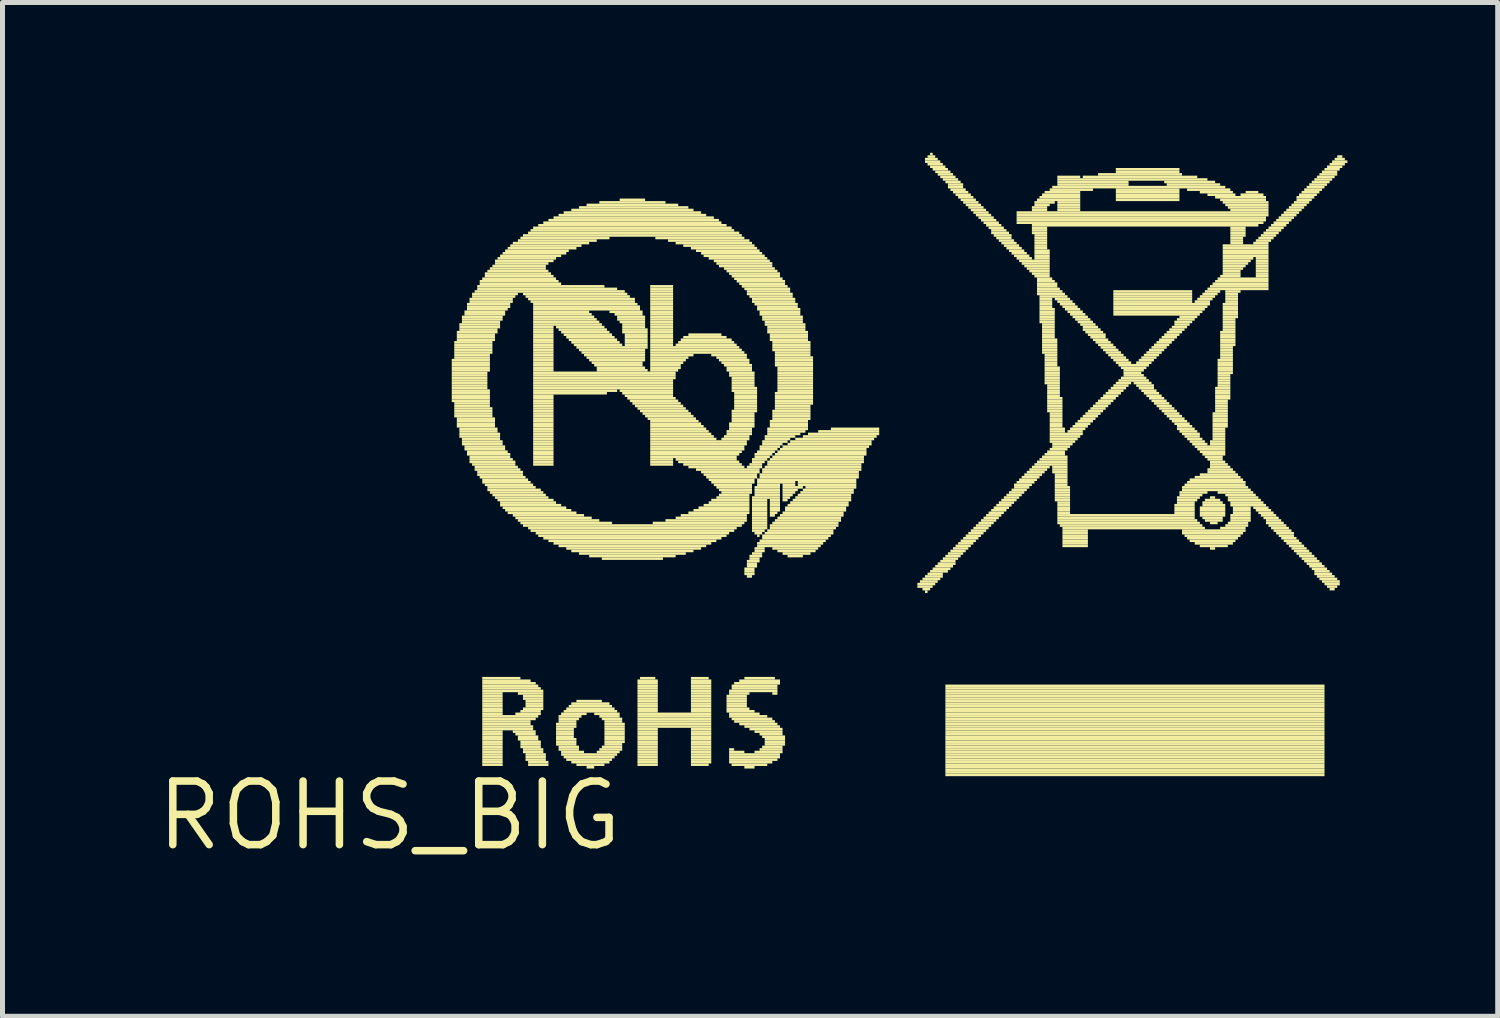
<source format=kicad_pcb>
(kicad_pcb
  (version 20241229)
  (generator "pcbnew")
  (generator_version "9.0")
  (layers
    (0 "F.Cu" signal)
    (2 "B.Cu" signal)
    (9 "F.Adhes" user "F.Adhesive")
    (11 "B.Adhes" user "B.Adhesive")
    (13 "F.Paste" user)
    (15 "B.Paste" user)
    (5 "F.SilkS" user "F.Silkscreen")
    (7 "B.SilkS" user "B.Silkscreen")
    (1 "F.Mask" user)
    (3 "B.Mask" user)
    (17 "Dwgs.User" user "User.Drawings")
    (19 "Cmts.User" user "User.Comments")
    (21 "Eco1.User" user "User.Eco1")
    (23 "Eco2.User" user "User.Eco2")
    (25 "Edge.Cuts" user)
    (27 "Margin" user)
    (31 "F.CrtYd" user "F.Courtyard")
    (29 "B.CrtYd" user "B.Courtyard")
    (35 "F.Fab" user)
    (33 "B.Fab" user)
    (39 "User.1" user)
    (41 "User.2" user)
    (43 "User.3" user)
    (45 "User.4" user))
  (footprint "ROHS_BIG"
    (layer "F.Cu")
    (at 4.724 13.233)
    (property "Reference" "ROHS_BIG" (at 0 0 0) (layer "F.SilkS") (effects (font (size 1.27 1.27) (thickness 0.15))))
    (attr through_hole)
    (fp_poly (pts (xy 1.245 -9.068) (xy 2.007 -9.068) (xy 2.007 -9.119) (xy 1.245 -9.119)) (stroke (width 0) (type solid)) (fill yes) (layer "F.SilkS"))
    (fp_poly (pts (xy 1.245 -9.017) (xy 2.007 -9.017) (xy 2.007 -9.068) (xy 1.245 -9.068)) (stroke (width 0) (type solid)) (fill yes) (layer "F.SilkS"))
    (fp_poly (pts (xy 1.245 -8.966) (xy 2.007 -8.966) (xy 2.007 -9.017) (xy 1.245 -9.017)) (stroke (width 0) (type solid)) (fill yes) (layer "F.SilkS"))
    (fp_poly (pts (xy 1.245 -8.915) (xy 2.007 -8.915) (xy 2.007 -8.966) (xy 1.245 -8.966)) (stroke (width 0) (type solid)) (fill yes) (layer "F.SilkS"))
    (fp_poly (pts (xy 1.245 -8.865) (xy 2.007 -8.865) (xy 2.007 -8.915) (xy 1.245 -8.915)) (stroke (width 0) (type solid)) (fill yes) (layer "F.SilkS"))
    (fp_poly (pts (xy 1.245 -8.814) (xy 1.956 -8.814) (xy 1.956 -8.865) (xy 1.245 -8.865)) (stroke (width 0) (type solid)) (fill yes) (layer "F.SilkS"))
    (fp_poly (pts (xy 1.245 -8.763) (xy 1.956 -8.763) (xy 1.956 -8.814) (xy 1.245 -8.814)) (stroke (width 0) (type solid)) (fill yes) (layer "F.SilkS"))
    (fp_poly (pts (xy 1.245 -8.712) (xy 1.956 -8.712) (xy 1.956 -8.763) (xy 1.245 -8.763)) (stroke (width 0) (type solid)) (fill yes) (layer "F.SilkS"))
    (fp_poly (pts (xy 1.245 -8.661) (xy 1.956 -8.661) (xy 1.956 -8.712) (xy 1.245 -8.712)) (stroke (width 0) (type solid)) (fill yes) (layer "F.SilkS"))
    (fp_poly (pts (xy 1.245 -8.611) (xy 1.956 -8.611) (xy 1.956 -8.661) (xy 1.245 -8.661)) (stroke (width 0) (type solid)) (fill yes) (layer "F.SilkS"))
    (fp_poly (pts (xy 1.245 -8.56) (xy 1.956 -8.56) (xy 1.956 -8.611) (xy 1.245 -8.611)) (stroke (width 0) (type solid)) (fill yes) (layer "F.SilkS"))
    (fp_poly (pts (xy 1.245 -8.509) (xy 1.956 -8.509) (xy 1.956 -8.56) (xy 1.245 -8.56)) (stroke (width 0) (type solid)) (fill yes) (layer "F.SilkS"))
    (fp_poly (pts (xy 1.245 -8.458) (xy 2.007 -8.458) (xy 2.007 -8.509) (xy 1.245 -8.509)) (stroke (width 0) (type solid)) (fill yes) (layer "F.SilkS"))
    (fp_poly (pts (xy 1.245 -8.407) (xy 2.007 -8.407) (xy 2.007 -8.458) (xy 1.245 -8.458)) (stroke (width 0) (type solid)) (fill yes) (layer "F.SilkS"))
    (fp_poly (pts (xy 1.245 -8.357) (xy 2.007 -8.357) (xy 2.007 -8.407) (xy 1.245 -8.407)) (stroke (width 0) (type solid)) (fill yes) (layer "F.SilkS"))
    (fp_poly (pts (xy 1.245 -8.306) (xy 2.007 -8.306) (xy 2.007 -8.357) (xy 1.245 -8.357)) (stroke (width 0) (type solid)) (fill yes) (layer "F.SilkS"))
    (fp_poly (pts (xy 1.245 -8.255) (xy 2.007 -8.255) (xy 2.007 -8.306) (xy 1.245 -8.306)) (stroke (width 0) (type solid)) (fill yes) (layer "F.SilkS"))
    (fp_poly (pts (xy 1.295 -9.423) (xy 2.057 -9.423) (xy 2.057 -9.474) (xy 1.295 -9.474)) (stroke (width 0) (type solid)) (fill yes) (layer "F.SilkS"))
    (fp_poly (pts (xy 1.295 -9.373) (xy 2.057 -9.373) (xy 2.057 -9.423) (xy 1.295 -9.423)) (stroke (width 0) (type solid)) (fill yes) (layer "F.SilkS"))
    (fp_poly (pts (xy 1.295 -9.322) (xy 2.057 -9.322) (xy 2.057 -9.373) (xy 1.295 -9.373)) (stroke (width 0) (type solid)) (fill yes) (layer "F.SilkS"))
    (fp_poly (pts (xy 1.295 -9.271) (xy 2.057 -9.271) (xy 2.057 -9.322) (xy 1.295 -9.322)) (stroke (width 0) (type solid)) (fill yes) (layer "F.SilkS"))
    (fp_poly (pts (xy 1.295 -9.22) (xy 2.057 -9.22) (xy 2.057 -9.271) (xy 1.295 -9.271)) (stroke (width 0) (type solid)) (fill yes) (layer "F.SilkS"))
    (fp_poly (pts (xy 1.295 -9.169) (xy 2.007 -9.169) (xy 2.007 -9.22) (xy 1.295 -9.22)) (stroke (width 0) (type solid)) (fill yes) (layer "F.SilkS"))
    (fp_poly (pts (xy 1.295 -9.119) (xy 2.007 -9.119) (xy 2.007 -9.169) (xy 1.295 -9.169)) (stroke (width 0) (type solid)) (fill yes) (layer "F.SilkS"))
    (fp_poly (pts (xy 1.295 -8.204) (xy 2.007 -8.204) (xy 2.007 -8.255) (xy 1.295 -8.255)) (stroke (width 0) (type solid)) (fill yes) (layer "F.SilkS"))
    (fp_poly (pts (xy 1.295 -8.153) (xy 2.007 -8.153) (xy 2.007 -8.204) (xy 1.295 -8.204)) (stroke (width 0) (type solid)) (fill yes) (layer "F.SilkS"))
    (fp_poly (pts (xy 1.295 -8.103) (xy 2.057 -8.103) (xy 2.057 -8.153) (xy 1.295 -8.153)) (stroke (width 0) (type solid)) (fill yes) (layer "F.SilkS"))
    (fp_poly (pts (xy 1.295 -8.052) (xy 2.057 -8.052) (xy 2.057 -8.103) (xy 1.295 -8.103)) (stroke (width 0) (type solid)) (fill yes) (layer "F.SilkS"))
    (fp_poly (pts (xy 1.295 -8.001) (xy 2.057 -8.001) (xy 2.057 -8.052) (xy 1.295 -8.052)) (stroke (width 0) (type solid)) (fill yes) (layer "F.SilkS"))
    (fp_poly (pts (xy 1.295 -7.95) (xy 2.057 -7.95) (xy 2.057 -8.001) (xy 1.295 -8.001)) (stroke (width 0) (type solid)) (fill yes) (layer "F.SilkS"))
    (fp_poly (pts (xy 1.346 -9.627) (xy 2.159 -9.627) (xy 2.159 -9.677) (xy 1.346 -9.677)) (stroke (width 0) (type solid)) (fill yes) (layer "F.SilkS"))
    (fp_poly (pts (xy 1.346 -9.576) (xy 2.108 -9.576) (xy 2.108 -9.627) (xy 1.346 -9.627)) (stroke (width 0) (type solid)) (fill yes) (layer "F.SilkS"))
    (fp_poly (pts (xy 1.346 -9.525) (xy 2.108 -9.525) (xy 2.108 -9.576) (xy 1.346 -9.576)) (stroke (width 0) (type solid)) (fill yes) (layer "F.SilkS"))
    (fp_poly (pts (xy 1.346 -9.474) (xy 2.108 -9.474) (xy 2.108 -9.525) (xy 1.346 -9.525)) (stroke (width 0) (type solid)) (fill yes) (layer "F.SilkS"))
    (fp_poly (pts (xy 1.346 -7.899) (xy 2.108 -7.899) (xy 2.108 -7.95) (xy 1.346 -7.95)) (stroke (width 0) (type solid)) (fill yes) (layer "F.SilkS"))
    (fp_poly (pts (xy 1.346 -7.849) (xy 2.108 -7.849) (xy 2.108 -7.899) (xy 1.346 -7.899)) (stroke (width 0) (type solid)) (fill yes) (layer "F.SilkS"))
    (fp_poly (pts (xy 1.346 -7.798) (xy 2.108 -7.798) (xy 2.108 -7.849) (xy 1.346 -7.849)) (stroke (width 0) (type solid)) (fill yes) (layer "F.SilkS"))
    (fp_poly (pts (xy 1.346 -7.747) (xy 2.108 -7.747) (xy 2.108 -7.798) (xy 1.346 -7.798)) (stroke (width 0) (type solid)) (fill yes) (layer "F.SilkS"))
    (fp_poly (pts (xy 1.397 -9.779) (xy 2.21 -9.779) (xy 2.21 -9.83) (xy 1.397 -9.83)) (stroke (width 0) (type solid)) (fill yes) (layer "F.SilkS"))
    (fp_poly (pts (xy 1.397 -9.728) (xy 2.21 -9.728) (xy 2.21 -9.779) (xy 1.397 -9.779)) (stroke (width 0) (type solid)) (fill yes) (layer "F.SilkS"))
    (fp_poly (pts (xy 1.397 -9.677) (xy 2.159 -9.677) (xy 2.159 -9.728) (xy 1.397 -9.728)) (stroke (width 0) (type solid)) (fill yes) (layer "F.SilkS"))
    (fp_poly (pts (xy 1.397 -7.696) (xy 2.159 -7.696) (xy 2.159 -7.747) (xy 1.397 -7.747)) (stroke (width 0) (type solid)) (fill yes) (layer "F.SilkS"))
    (fp_poly (pts (xy 1.397 -7.645) (xy 2.159 -7.645) (xy 2.159 -7.696) (xy 1.397 -7.696)) (stroke (width 0) (type solid)) (fill yes) (layer "F.SilkS"))
    (fp_poly (pts (xy 1.397 -7.595) (xy 2.21 -7.595) (xy 2.21 -7.645) (xy 1.397 -7.645)) (stroke (width 0) (type solid)) (fill yes) (layer "F.SilkS"))
    (fp_poly (pts (xy 1.397 -7.544) (xy 2.21 -7.544) (xy 2.21 -7.595) (xy 1.397 -7.595)) (stroke (width 0) (type solid)) (fill yes) (layer "F.SilkS"))
    (fp_poly (pts (xy 1.448 -9.931) (xy 2.261 -9.931) (xy 2.261 -9.982) (xy 1.448 -9.982)) (stroke (width 0) (type solid)) (fill yes) (layer "F.SilkS"))
    (fp_poly (pts (xy 1.448 -9.881) (xy 2.261 -9.881) (xy 2.261 -9.931) (xy 1.448 -9.931)) (stroke (width 0) (type solid)) (fill yes) (layer "F.SilkS"))
    (fp_poly (pts (xy 1.448 -9.83) (xy 2.21 -9.83) (xy 2.21 -9.881) (xy 1.448 -9.881)) (stroke (width 0) (type solid)) (fill yes) (layer "F.SilkS"))
    (fp_poly (pts (xy 1.448 -7.493) (xy 2.21 -7.493) (xy 2.21 -7.544) (xy 1.448 -7.544)) (stroke (width 0) (type solid)) (fill yes) (layer "F.SilkS"))
    (fp_poly (pts (xy 1.448 -7.442) (xy 2.261 -7.442) (xy 2.261 -7.493) (xy 1.448 -7.493)) (stroke (width 0) (type solid)) (fill yes) (layer "F.SilkS"))
    (fp_poly (pts (xy 1.448 -7.391) (xy 2.261 -7.391) (xy 2.261 -7.442) (xy 1.448 -7.442)) (stroke (width 0) (type solid)) (fill yes) (layer "F.SilkS"))
    (fp_poly (pts (xy 1.499 -10.033) (xy 2.311 -10.033) (xy 2.311 -10.084) (xy 1.499 -10.084)) (stroke (width 0) (type solid)) (fill yes) (layer "F.SilkS"))
    (fp_poly (pts (xy 1.499 -9.982) (xy 2.311 -9.982) (xy 2.311 -10.033) (xy 1.499 -10.033)) (stroke (width 0) (type solid)) (fill yes) (layer "F.SilkS"))
    (fp_poly (pts (xy 1.499 -7.341) (xy 2.311 -7.341) (xy 2.311 -7.391) (xy 1.499 -7.391)) (stroke (width 0) (type solid)) (fill yes) (layer "F.SilkS"))
    (fp_poly (pts (xy 1.499 -7.29) (xy 2.311 -7.29) (xy 2.311 -7.341) (xy 1.499 -7.341)) (stroke (width 0) (type solid)) (fill yes) (layer "F.SilkS"))
    (fp_poly (pts (xy 1.549 -10.185) (xy 2.413 -10.185) (xy 2.413 -10.236) (xy 1.549 -10.236)) (stroke (width 0) (type solid)) (fill yes) (layer "F.SilkS"))
    (fp_poly (pts (xy 1.549 -10.135) (xy 2.413 -10.135) (xy 2.413 -10.185) (xy 1.549 -10.185)) (stroke (width 0) (type solid)) (fill yes) (layer "F.SilkS"))
    (fp_poly (pts (xy 1.549 -10.084) (xy 2.362 -10.084) (xy 2.362 -10.135) (xy 1.549 -10.135)) (stroke (width 0) (type solid)) (fill yes) (layer "F.SilkS"))
    (fp_poly (pts (xy 1.549 -7.239) (xy 2.362 -7.239) (xy 2.362 -7.29) (xy 1.549 -7.29)) (stroke (width 0) (type solid)) (fill yes) (layer "F.SilkS"))
    (fp_poly (pts (xy 1.549 -7.188) (xy 2.413 -7.188) (xy 2.413 -7.239) (xy 1.549 -7.239)) (stroke (width 0) (type solid)) (fill yes) (layer "F.SilkS"))
    (fp_poly (pts (xy 1.6 -10.287) (xy 2.464 -10.287) (xy 2.464 -10.338) (xy 1.6 -10.338)) (stroke (width 0) (type solid)) (fill yes) (layer "F.SilkS"))
    (fp_poly (pts (xy 1.6 -10.236) (xy 2.464 -10.236) (xy 2.464 -10.287) (xy 1.6 -10.287)) (stroke (width 0) (type solid)) (fill yes) (layer "F.SilkS"))
    (fp_poly (pts (xy 1.6 -7.137) (xy 2.413 -7.137) (xy 2.413 -7.188) (xy 1.6 -7.188)) (stroke (width 0) (type solid)) (fill yes) (layer "F.SilkS"))
    (fp_poly (pts (xy 1.6 -7.087) (xy 2.464 -7.087) (xy 2.464 -7.137) (xy 1.6 -7.137)) (stroke (width 0) (type solid)) (fill yes) (layer "F.SilkS"))
    (fp_poly (pts (xy 1.6 -7.036) (xy 2.515 -7.036) (xy 2.515 -7.087) (xy 1.6 -7.087)) (stroke (width 0) (type solid)) (fill yes) (layer "F.SilkS"))
    (fp_poly (pts (xy 1.651 -10.389) (xy 2.565 -10.389) (xy 2.565 -10.439) (xy 1.651 -10.439)) (stroke (width 0) (type solid)) (fill yes) (layer "F.SilkS"))
    (fp_poly (pts (xy 1.651 -10.338) (xy 2.515 -10.338) (xy 2.515 -10.389) (xy 1.651 -10.389)) (stroke (width 0) (type solid)) (fill yes) (layer "F.SilkS"))
    (fp_poly (pts (xy 1.651 -6.985) (xy 2.515 -6.985) (xy 2.515 -7.036) (xy 1.651 -7.036)) (stroke (width 0) (type solid)) (fill yes) (layer "F.SilkS"))
    (fp_poly (pts (xy 1.702 -10.439) (xy 4.699 -10.439) (xy 4.699 -10.49) (xy 1.702 -10.49)) (stroke (width 0) (type solid)) (fill yes) (layer "F.SilkS"))
    (fp_poly (pts (xy 1.702 -6.934) (xy 2.565 -6.934) (xy 2.565 -6.985) (xy 1.702 -6.985)) (stroke (width 0) (type solid)) (fill yes) (layer "F.SilkS"))
    (fp_poly (pts (xy 1.702 -6.883) (xy 2.616 -6.883) (xy 2.616 -6.934) (xy 1.702 -6.934)) (stroke (width 0) (type solid)) (fill yes) (layer "F.SilkS"))
    (fp_poly (pts (xy 1.753 -10.541) (xy 4.293 -10.541) (xy 4.293 -10.592) (xy 1.753 -10.592)) (stroke (width 0) (type solid)) (fill yes) (layer "F.SilkS"))
    (fp_poly (pts (xy 1.753 -10.49) (xy 4.547 -10.49) (xy 4.547 -10.541) (xy 1.753 -10.541)) (stroke (width 0) (type solid)) (fill yes) (layer "F.SilkS"))
    (fp_poly (pts (xy 1.753 -6.833) (xy 2.667 -6.833) (xy 2.667 -6.883) (xy 1.753 -6.883)) (stroke (width 0) (type solid)) (fill yes) (layer "F.SilkS"))
    (fp_poly (pts (xy 1.753 -6.782) (xy 2.667 -6.782) (xy 2.667 -6.833) (xy 1.753 -6.833)) (stroke (width 0) (type solid)) (fill yes) (layer "F.SilkS"))
    (fp_poly (pts (xy 1.803 -10.643) (xy 3.378 -10.643) (xy 3.378 -10.693) (xy 1.803 -10.693)) (stroke (width 0) (type solid)) (fill yes) (layer "F.SilkS"))
    (fp_poly (pts (xy 1.803 -10.592) (xy 3.429 -10.592) (xy 3.429 -10.643) (xy 1.803 -10.643)) (stroke (width 0) (type solid)) (fill yes) (layer "F.SilkS"))
    (fp_poly (pts (xy 1.803 -6.731) (xy 2.718 -6.731) (xy 2.718 -6.782) (xy 1.803 -6.782)) (stroke (width 0) (type solid)) (fill yes) (layer "F.SilkS"))
    (fp_poly (pts (xy 1.854 -10.693) (xy 3.327 -10.693) (xy 3.327 -10.744) (xy 1.854 -10.744)) (stroke (width 0) (type solid)) (fill yes) (layer "F.SilkS"))
    (fp_poly (pts (xy 1.854 -6.68) (xy 2.769 -6.68) (xy 2.769 -6.731) (xy 1.854 -6.731)) (stroke (width 0) (type solid)) (fill yes) (layer "F.SilkS"))
    (fp_poly (pts (xy 1.854 -6.629) (xy 2.819 -6.629) (xy 2.819 -6.68) (xy 1.854 -6.68)) (stroke (width 0) (type solid)) (fill yes) (layer "F.SilkS"))
    (fp_poly (pts (xy 1.854 -2.718) (xy 2.616 -2.718) (xy 2.616 -2.769) (xy 1.854 -2.769)) (stroke (width 0) (type solid)) (fill yes) (layer "F.SilkS"))
    (fp_poly (pts (xy 1.854 -2.667) (xy 2.819 -2.667) (xy 2.819 -2.718) (xy 1.854 -2.718)) (stroke (width 0) (type solid)) (fill yes) (layer "F.SilkS"))
    (fp_poly (pts (xy 1.854 -2.616) (xy 2.921 -2.616) (xy 2.921 -2.667) (xy 1.854 -2.667)) (stroke (width 0) (type solid)) (fill yes) (layer "F.SilkS"))
    (fp_poly (pts (xy 1.854 -2.565) (xy 2.972 -2.565) (xy 2.972 -2.616) (xy 1.854 -2.616)) (stroke (width 0) (type solid)) (fill yes) (layer "F.SilkS"))
    (fp_poly (pts (xy 1.854 -2.515) (xy 3.023 -2.515) (xy 3.023 -2.565) (xy 1.854 -2.565)) (stroke (width 0) (type solid)) (fill yes) (layer "F.SilkS"))
    (fp_poly (pts (xy 1.854 -2.464) (xy 3.073 -2.464) (xy 3.073 -2.515) (xy 1.854 -2.515)) (stroke (width 0) (type solid)) (fill yes) (layer "F.SilkS"))
    (fp_poly (pts (xy 1.854 -2.413) (xy 2.261 -2.413) (xy 2.261 -2.464) (xy 1.854 -2.464)) (stroke (width 0) (type solid)) (fill yes) (layer "F.SilkS"))
    (fp_poly (pts (xy 1.854 -2.362) (xy 2.261 -2.362) (xy 2.261 -2.413) (xy 1.854 -2.413)) (stroke (width 0) (type solid)) (fill yes) (layer "F.SilkS"))
    (fp_poly (pts (xy 1.854 -2.311) (xy 2.261 -2.311) (xy 2.261 -2.362) (xy 1.854 -2.362)) (stroke (width 0) (type solid)) (fill yes) (layer "F.SilkS"))
    (fp_poly (pts (xy 1.854 -2.261) (xy 2.261 -2.261) (xy 2.261 -2.311) (xy 1.854 -2.311)) (stroke (width 0) (type solid)) (fill yes) (layer "F.SilkS"))
    (fp_poly (pts (xy 1.854 -2.21) (xy 2.261 -2.21) (xy 2.261 -2.261) (xy 1.854 -2.261)) (stroke (width 0) (type solid)) (fill yes) (layer "F.SilkS"))
    (fp_poly (pts (xy 1.854 -2.159) (xy 2.261 -2.159) (xy 2.261 -2.21) (xy 1.854 -2.21)) (stroke (width 0) (type solid)) (fill yes) (layer "F.SilkS"))
    (fp_poly (pts (xy 1.854 -2.108) (xy 2.261 -2.108) (xy 2.261 -2.159) (xy 1.854 -2.159)) (stroke (width 0) (type solid)) (fill yes) (layer "F.SilkS"))
    (fp_poly (pts (xy 1.854 -2.057) (xy 2.261 -2.057) (xy 2.261 -2.108) (xy 1.854 -2.108)) (stroke (width 0) (type solid)) (fill yes) (layer "F.SilkS"))
    (fp_poly (pts (xy 1.854 -2.007) (xy 2.261 -2.007) (xy 2.261 -2.057) (xy 1.854 -2.057)) (stroke (width 0) (type solid)) (fill yes) (layer "F.SilkS"))
    (fp_poly (pts (xy 1.854 -1.956) (xy 2.972 -1.956) (xy 2.972 -2.007) (xy 1.854 -2.007)) (stroke (width 0) (type solid)) (fill yes) (layer "F.SilkS"))
    (fp_poly (pts (xy 1.854 -1.905) (xy 2.921 -1.905) (xy 2.921 -1.956) (xy 1.854 -1.956)) (stroke (width 0) (type solid)) (fill yes) (layer "F.SilkS"))
    (fp_poly (pts (xy 1.854 -1.854) (xy 2.819 -1.854) (xy 2.819 -1.905) (xy 1.854 -1.905)) (stroke (width 0) (type solid)) (fill yes) (layer "F.SilkS"))
    (fp_poly (pts (xy 1.854 -1.803) (xy 2.819 -1.803) (xy 2.819 -1.854) (xy 1.854 -1.854)) (stroke (width 0) (type solid)) (fill yes) (layer "F.SilkS"))
    (fp_poly (pts (xy 1.854 -1.753) (xy 2.87 -1.753) (xy 2.87 -1.803) (xy 1.854 -1.803)) (stroke (width 0) (type solid)) (fill yes) (layer "F.SilkS"))
    (fp_poly (pts (xy 1.854 -1.702) (xy 2.87 -1.702) (xy 2.87 -1.753) (xy 1.854 -1.753)) (stroke (width 0) (type solid)) (fill yes) (layer "F.SilkS"))
    (fp_poly (pts (xy 1.854 -1.651) (xy 2.261 -1.651) (xy 2.261 -1.702) (xy 1.854 -1.702)) (stroke (width 0) (type solid)) (fill yes) (layer "F.SilkS"))
    (fp_poly (pts (xy 1.854 -1.6) (xy 2.261 -1.6) (xy 2.261 -1.651) (xy 1.854 -1.651)) (stroke (width 0) (type solid)) (fill yes) (layer "F.SilkS"))
    (fp_poly (pts (xy 1.854 -1.549) (xy 2.261 -1.549) (xy 2.261 -1.6) (xy 1.854 -1.6)) (stroke (width 0) (type solid)) (fill yes) (layer "F.SilkS"))
    (fp_poly (pts (xy 1.854 -1.499) (xy 2.261 -1.499) (xy 2.261 -1.549) (xy 1.854 -1.549)) (stroke (width 0) (type solid)) (fill yes) (layer "F.SilkS"))
    (fp_poly (pts (xy 1.854 -1.448) (xy 2.261 -1.448) (xy 2.261 -1.499) (xy 1.854 -1.499)) (stroke (width 0) (type solid)) (fill yes) (layer "F.SilkS"))
    (fp_poly (pts (xy 1.854 -1.397) (xy 2.261 -1.397) (xy 2.261 -1.448) (xy 1.854 -1.448)) (stroke (width 0) (type solid)) (fill yes) (layer "F.SilkS"))
    (fp_poly (pts (xy 1.854 -1.346) (xy 2.261 -1.346) (xy 2.261 -1.397) (xy 1.854 -1.397)) (stroke (width 0) (type solid)) (fill yes) (layer "F.SilkS"))
    (fp_poly (pts (xy 1.854 -1.295) (xy 2.261 -1.295) (xy 2.261 -1.346) (xy 1.854 -1.346)) (stroke (width 0) (type solid)) (fill yes) (layer "F.SilkS"))
    (fp_poly (pts (xy 1.854 -1.245) (xy 2.261 -1.245) (xy 2.261 -1.295) (xy 1.854 -1.295)) (stroke (width 0) (type solid)) (fill yes) (layer "F.SilkS"))
    (fp_poly (pts (xy 1.854 -1.194) (xy 2.261 -1.194) (xy 2.261 -1.245) (xy 1.854 -1.245)) (stroke (width 0) (type solid)) (fill yes) (layer "F.SilkS"))
    (fp_poly (pts (xy 1.854 -1.143) (xy 2.261 -1.143) (xy 2.261 -1.194) (xy 1.854 -1.194)) (stroke (width 0) (type solid)) (fill yes) (layer "F.SilkS"))
    (fp_poly (pts (xy 1.854 -1.092) (xy 2.261 -1.092) (xy 2.261 -1.143) (xy 1.854 -1.143)) (stroke (width 0) (type solid)) (fill yes) (layer "F.SilkS"))
    (fp_poly (pts (xy 1.854 -1.041) (xy 2.261 -1.041) (xy 2.261 -1.092) (xy 1.854 -1.092)) (stroke (width 0) (type solid)) (fill yes) (layer "F.SilkS"))
    (fp_poly (pts (xy 1.854 -0.991) (xy 2.261 -0.991) (xy 2.261 -1.041) (xy 1.854 -1.041)) (stroke (width 0) (type solid)) (fill yes) (layer "F.SilkS"))
    (fp_poly (pts (xy 1.905 -10.795) (xy 3.226 -10.795) (xy 3.226 -10.846) (xy 1.905 -10.846)) (stroke (width 0) (type solid)) (fill yes) (layer "F.SilkS"))
    (fp_poly (pts (xy 1.905 -10.744) (xy 3.277 -10.744) (xy 3.277 -10.795) (xy 1.905 -10.795)) (stroke (width 0) (type solid)) (fill yes) (layer "F.SilkS"))
    (fp_poly (pts (xy 1.905 -6.579) (xy 2.87 -6.579) (xy 2.87 -6.629) (xy 1.905 -6.629)) (stroke (width 0) (type solid)) (fill yes) (layer "F.SilkS"))
    (fp_poly (pts (xy 1.956 -10.846) (xy 3.175 -10.846) (xy 3.175 -10.897) (xy 1.956 -10.897)) (stroke (width 0) (type solid)) (fill yes) (layer "F.SilkS"))
    (fp_poly (pts (xy 1.956 -6.528) (xy 2.921 -6.528) (xy 2.921 -6.579) (xy 1.956 -6.579)) (stroke (width 0) (type solid)) (fill yes) (layer "F.SilkS"))
    (fp_poly (pts (xy 1.956 -6.477) (xy 3.023 -6.477) (xy 3.023 -6.528) (xy 1.956 -6.528)) (stroke (width 0) (type solid)) (fill yes) (layer "F.SilkS"))
    (fp_poly (pts (xy 2.007 -10.897) (xy 3.124 -10.897) (xy 3.124 -10.947) (xy 2.007 -10.947)) (stroke (width 0) (type solid)) (fill yes) (layer "F.SilkS"))
    (fp_poly (pts (xy 2.007 -6.426) (xy 3.073 -6.426) (xy 3.073 -6.477) (xy 2.007 -6.477)) (stroke (width 0) (type solid)) (fill yes) (layer "F.SilkS"))
    (fp_poly (pts (xy 2.057 -10.947) (xy 3.124 -10.947) (xy 3.124 -10.998) (xy 2.057 -10.998)) (stroke (width 0) (type solid)) (fill yes) (layer "F.SilkS"))
    (fp_poly (pts (xy 2.057 -6.375) (xy 3.124 -6.375) (xy 3.124 -6.426) (xy 2.057 -6.426)) (stroke (width 0) (type solid)) (fill yes) (layer "F.SilkS"))
    (fp_poly (pts (xy 2.108 -11.049) (xy 3.277 -11.049) (xy 3.277 -11.1) (xy 2.108 -11.1)) (stroke (width 0) (type solid)) (fill yes) (layer "F.SilkS"))
    (fp_poly (pts (xy 2.108 -10.998) (xy 3.175 -10.998) (xy 3.175 -11.049) (xy 2.108 -11.049)) (stroke (width 0) (type solid)) (fill yes) (layer "F.SilkS"))
    (fp_poly (pts (xy 2.108 -6.325) (xy 3.175 -6.325) (xy 3.175 -6.375) (xy 2.108 -6.375)) (stroke (width 0) (type solid)) (fill yes) (layer "F.SilkS"))
    (fp_poly (pts (xy 2.159 -11.1) (xy 3.327 -11.1) (xy 3.327 -11.151) (xy 2.159 -11.151)) (stroke (width 0) (type solid)) (fill yes) (layer "F.SilkS"))
    (fp_poly (pts (xy 2.159 -6.274) (xy 3.277 -6.274) (xy 3.277 -6.325) (xy 2.159 -6.325)) (stroke (width 0) (type solid)) (fill yes) (layer "F.SilkS"))
    (fp_poly (pts (xy 2.21 -11.151) (xy 3.429 -11.151) (xy 3.429 -11.201) (xy 2.21 -11.201)) (stroke (width 0) (type solid)) (fill yes) (layer "F.SilkS"))
    (fp_poly (pts (xy 2.21 -6.223) (xy 3.327 -6.223) (xy 3.327 -6.274) (xy 2.21 -6.274)) (stroke (width 0) (type solid)) (fill yes) (layer "F.SilkS"))
    (fp_poly (pts (xy 2.21 -6.172) (xy 3.429 -6.172) (xy 3.429 -6.223) (xy 2.21 -6.223)) (stroke (width 0) (type solid)) (fill yes) (layer "F.SilkS"))
    (fp_poly (pts (xy 2.261 -11.201) (xy 3.531 -11.201) (xy 3.531 -11.252) (xy 2.261 -11.252)) (stroke (width 0) (type solid)) (fill yes) (layer "F.SilkS"))
    (fp_poly (pts (xy 2.261 -6.121) (xy 3.531 -6.121) (xy 3.531 -6.172) (xy 2.261 -6.172)) (stroke (width 0) (type solid)) (fill yes) (layer "F.SilkS"))
    (fp_poly (pts (xy 2.311 -11.252) (xy 3.581 -11.252) (xy 3.581 -11.303) (xy 2.311 -11.303)) (stroke (width 0) (type solid)) (fill yes) (layer "F.SilkS"))
    (fp_poly (pts (xy 2.311 -6.071) (xy 3.632 -6.071) (xy 3.632 -6.121) (xy 2.311 -6.121)) (stroke (width 0) (type solid)) (fill yes) (layer "F.SilkS"))
    (fp_poly (pts (xy 2.362 -11.303) (xy 3.734 -11.303) (xy 3.734 -11.354) (xy 2.362 -11.354)) (stroke (width 0) (type solid)) (fill yes) (layer "F.SilkS"))
    (fp_poly (pts (xy 2.362 -6.02) (xy 3.734 -6.02) (xy 3.734 -6.071) (xy 2.362 -6.071)) (stroke (width 0) (type solid)) (fill yes) (layer "F.SilkS"))
    (fp_poly (pts (xy 2.413 -11.354) (xy 3.835 -11.354) (xy 3.835 -11.405) (xy 2.413 -11.405)) (stroke (width 0) (type solid)) (fill yes) (layer "F.SilkS"))
    (fp_poly (pts (xy 2.464 -11.405) (xy 3.988 -11.405) (xy 3.988 -11.455) (xy 2.464 -11.455)) (stroke (width 0) (type solid)) (fill yes) (layer "F.SilkS"))
    (fp_poly (pts (xy 2.464 -5.969) (xy 3.886 -5.969) (xy 3.886 -6.02) (xy 2.464 -6.02)) (stroke (width 0) (type solid)) (fill yes) (layer "F.SilkS"))
    (fp_poly (pts (xy 2.464 -1.651) (xy 2.921 -1.651) (xy 2.921 -1.702) (xy 2.464 -1.702)) (stroke (width 0) (type solid)) (fill yes) (layer "F.SilkS"))
    (fp_poly (pts (xy 2.515 -5.918) (xy 4.039 -5.918) (xy 4.039 -5.969) (xy 2.515 -5.969)) (stroke (width 0) (type solid)) (fill yes) (layer "F.SilkS"))
    (fp_poly (pts (xy 2.515 -2.007) (xy 3.023 -2.007) (xy 3.023 -2.057) (xy 2.515 -2.057)) (stroke (width 0) (type solid)) (fill yes) (layer "F.SilkS"))
    (fp_poly (pts (xy 2.515 -1.6) (xy 2.921 -1.6) (xy 2.921 -1.651) (xy 2.515 -1.651)) (stroke (width 0) (type solid)) (fill yes) (layer "F.SilkS"))
    (fp_poly (pts (xy 2.565 -11.455) (xy 4.14 -11.455) (xy 4.14 -11.506) (xy 2.565 -11.506)) (stroke (width 0) (type solid)) (fill yes) (layer "F.SilkS"))
    (fp_poly (pts (xy 2.565 -5.867) (xy 4.191 -5.867) (xy 4.191 -5.918) (xy 2.565 -5.918)) (stroke (width 0) (type solid)) (fill yes) (layer "F.SilkS"))
    (fp_poly (pts (xy 2.565 -2.413) (xy 3.073 -2.413) (xy 3.073 -2.464) (xy 2.565 -2.464)) (stroke (width 0) (type solid)) (fill yes) (layer "F.SilkS"))
    (fp_poly (pts (xy 2.565 -1.549) (xy 2.972 -1.549) (xy 2.972 -1.6) (xy 2.565 -1.6)) (stroke (width 0) (type solid)) (fill yes) (layer "F.SilkS"))
    (fp_poly (pts (xy 2.565 -1.499) (xy 2.972 -1.499) (xy 2.972 -1.549) (xy 2.565 -1.549)) (stroke (width 0) (type solid)) (fill yes) (layer "F.SilkS"))
    (fp_poly (pts (xy 2.616 -11.506) (xy 4.394 -11.506) (xy 4.394 -11.557) (xy 2.616 -11.557)) (stroke (width 0) (type solid)) (fill yes) (layer "F.SilkS"))
    (fp_poly (pts (xy 2.616 -5.817) (xy 4.445 -5.817) (xy 4.445 -5.867) (xy 2.616 -5.867)) (stroke (width 0) (type solid)) (fill yes) (layer "F.SilkS"))
    (fp_poly (pts (xy 2.616 -2.057) (xy 3.023 -2.057) (xy 3.023 -2.108) (xy 2.616 -2.108)) (stroke (width 0) (type solid)) (fill yes) (layer "F.SilkS"))
    (fp_poly (pts (xy 2.616 -1.448) (xy 3.023 -1.448) (xy 3.023 -1.499) (xy 2.616 -1.499)) (stroke (width 0) (type solid)) (fill yes) (layer "F.SilkS"))
    (fp_poly (pts (xy 2.616 -1.397) (xy 3.023 -1.397) (xy 3.023 -1.448) (xy 2.616 -1.448)) (stroke (width 0) (type solid)) (fill yes) (layer "F.SilkS"))
    (fp_poly (pts (xy 2.616 -1.346) (xy 3.023 -1.346) (xy 3.023 -1.397) (xy 2.616 -1.397)) (stroke (width 0) (type solid)) (fill yes) (layer "F.SilkS"))
    (fp_poly (pts (xy 2.667 -11.557) (xy 7.036 -11.557) (xy 7.036 -11.608) (xy 2.667 -11.608)) (stroke (width 0) (type solid)) (fill yes) (layer "F.SilkS"))
    (fp_poly (pts (xy 2.667 -10.389) (xy 4.75 -10.389) (xy 4.75 -10.439) (xy 2.667 -10.439)) (stroke (width 0) (type solid)) (fill yes) (layer "F.SilkS"))
    (fp_poly (pts (xy 2.667 -5.766) (xy 7.036 -5.766) (xy 7.036 -5.817) (xy 2.667 -5.817)) (stroke (width 0) (type solid)) (fill yes) (layer "F.SilkS"))
    (fp_poly (pts (xy 2.667 -2.362) (xy 3.073 -2.362) (xy 3.073 -2.413) (xy 2.667 -2.413)) (stroke (width 0) (type solid)) (fill yes) (layer "F.SilkS"))
    (fp_poly (pts (xy 2.667 -2.311) (xy 3.073 -2.311) (xy 3.073 -2.362) (xy 2.667 -2.362)) (stroke (width 0) (type solid)) (fill yes) (layer "F.SilkS"))
    (fp_poly (pts (xy 2.667 -2.108) (xy 3.073 -2.108) (xy 3.073 -2.159) (xy 2.667 -2.159)) (stroke (width 0) (type solid)) (fill yes) (layer "F.SilkS"))
    (fp_poly (pts (xy 2.667 -1.295) (xy 3.073 -1.295) (xy 3.073 -1.346) (xy 2.667 -1.346)) (stroke (width 0) (type solid)) (fill yes) (layer "F.SilkS"))
    (fp_poly (pts (xy 2.667 -1.245) (xy 3.073 -1.245) (xy 3.073 -1.295) (xy 2.667 -1.295)) (stroke (width 0) (type solid)) (fill yes) (layer "F.SilkS"))
    (fp_poly (pts (xy 2.718 -10.338) (xy 4.801 -10.338) (xy 4.801 -10.389) (xy 2.718 -10.389)) (stroke (width 0) (type solid)) (fill yes) (layer "F.SilkS"))
    (fp_poly (pts (xy 2.718 -2.261) (xy 3.073 -2.261) (xy 3.073 -2.311) (xy 2.718 -2.311)) (stroke (width 0) (type solid)) (fill yes) (layer "F.SilkS"))
    (fp_poly (pts (xy 2.718 -2.21) (xy 3.073 -2.21) (xy 3.073 -2.261) (xy 2.718 -2.261)) (stroke (width 0) (type solid)) (fill yes) (layer "F.SilkS"))
    (fp_poly (pts (xy 2.718 -2.159) (xy 3.073 -2.159) (xy 3.073 -2.21) (xy 2.718 -2.21)) (stroke (width 0) (type solid)) (fill yes) (layer "F.SilkS"))
    (fp_poly (pts (xy 2.718 -1.194) (xy 3.124 -1.194) (xy 3.124 -1.245) (xy 2.718 -1.245)) (stroke (width 0) (type solid)) (fill yes) (layer "F.SilkS"))
    (fp_poly (pts (xy 2.718 -1.143) (xy 3.124 -1.143) (xy 3.124 -1.194) (xy 2.718 -1.194)) (stroke (width 0) (type solid)) (fill yes) (layer "F.SilkS"))
    (fp_poly (pts (xy 2.718 -1.092) (xy 3.124 -1.092) (xy 3.124 -1.143) (xy 2.718 -1.143)) (stroke (width 0) (type solid)) (fill yes) (layer "F.SilkS"))
    (fp_poly (pts (xy 2.769 -11.608) (xy 6.985 -11.608) (xy 6.985 -11.659) (xy 2.769 -11.659)) (stroke (width 0) (type solid)) (fill yes) (layer "F.SilkS"))
    (fp_poly (pts (xy 2.769 -10.287) (xy 4.902 -10.287) (xy 4.902 -10.338) (xy 2.769 -10.338)) (stroke (width 0) (type solid)) (fill yes) (layer "F.SilkS"))
    (fp_poly (pts (xy 2.769 -5.715) (xy 6.934 -5.715) (xy 6.934 -5.766) (xy 2.769 -5.766)) (stroke (width 0) (type solid)) (fill yes) (layer "F.SilkS"))
    (fp_poly (pts (xy 2.769 -1.041) (xy 3.175 -1.041) (xy 3.175 -1.092) (xy 2.769 -1.092)) (stroke (width 0) (type solid)) (fill yes) (layer "F.SilkS"))
    (fp_poly (pts (xy 2.769 -0.991) (xy 3.175 -0.991) (xy 3.175 -1.041) (xy 2.769 -1.041)) (stroke (width 0) (type solid)) (fill yes) (layer "F.SilkS"))
    (fp_poly (pts (xy 2.819 -11.659) (xy 6.883 -11.659) (xy 6.883 -11.709) (xy 2.819 -11.709)) (stroke (width 0) (type solid)) (fill yes) (layer "F.SilkS"))
    (fp_poly (pts (xy 2.819 -10.236) (xy 4.902 -10.236) (xy 4.902 -10.287) (xy 2.819 -10.287)) (stroke (width 0) (type solid)) (fill yes) (layer "F.SilkS"))
    (fp_poly (pts (xy 2.819 -5.664) (xy 6.883 -5.664) (xy 6.883 -5.715) (xy 2.819 -5.715)) (stroke (width 0) (type solid)) (fill yes) (layer "F.SilkS"))
    (fp_poly (pts (xy 2.87 -11.709) (xy 6.833 -11.709) (xy 6.833 -11.76) (xy 2.87 -11.76)) (stroke (width 0) (type solid)) (fill yes) (layer "F.SilkS"))
    (fp_poly (pts (xy 2.87 -10.185) (xy 4.953 -10.185) (xy 4.953 -10.236) (xy 2.87 -10.236)) (stroke (width 0) (type solid)) (fill yes) (layer "F.SilkS"))
    (fp_poly (pts (xy 2.87 -10.135) (xy 5.004 -10.135) (xy 5.004 -10.185) (xy 2.87 -10.185)) (stroke (width 0) (type solid)) (fill yes) (layer "F.SilkS"))
    (fp_poly (pts (xy 2.87 -10.084) (xy 5.004 -10.084) (xy 5.004 -10.135) (xy 2.87 -10.135)) (stroke (width 0) (type solid)) (fill yes) (layer "F.SilkS"))
    (fp_poly (pts (xy 2.87 -10.033) (xy 3.988 -10.033) (xy 3.988 -10.084) (xy 2.87 -10.084)) (stroke (width 0) (type solid)) (fill yes) (layer "F.SilkS"))
    (fp_poly (pts (xy 2.87 -9.982) (xy 4.039 -9.982) (xy 4.039 -10.033) (xy 2.87 -10.033)) (stroke (width 0) (type solid)) (fill yes) (layer "F.SilkS"))
    (fp_poly (pts (xy 2.87 -9.931) (xy 4.089 -9.931) (xy 4.089 -9.982) (xy 2.87 -9.982)) (stroke (width 0) (type solid)) (fill yes) (layer "F.SilkS"))
    (fp_poly (pts (xy 2.87 -9.881) (xy 4.14 -9.881) (xy 4.14 -9.931) (xy 2.87 -9.931)) (stroke (width 0) (type solid)) (fill yes) (layer "F.SilkS"))
    (fp_poly (pts (xy 2.87 -9.83) (xy 4.191 -9.83) (xy 4.191 -9.881) (xy 2.87 -9.881)) (stroke (width 0) (type solid)) (fill yes) (layer "F.SilkS"))
    (fp_poly (pts (xy 2.87 -9.779) (xy 4.242 -9.779) (xy 4.242 -9.83) (xy 2.87 -9.83)) (stroke (width 0) (type solid)) (fill yes) (layer "F.SilkS"))
    (fp_poly (pts (xy 2.87 -9.728) (xy 3.277 -9.728) (xy 3.277 -9.779) (xy 2.87 -9.779)) (stroke (width 0) (type solid)) (fill yes) (layer "F.SilkS"))
    (fp_poly (pts (xy 2.87 -9.677) (xy 3.277 -9.677) (xy 3.277 -9.728) (xy 2.87 -9.728)) (stroke (width 0) (type solid)) (fill yes) (layer "F.SilkS"))
    (fp_poly (pts (xy 2.87 -9.627) (xy 3.277 -9.627) (xy 3.277 -9.677) (xy 2.87 -9.677)) (stroke (width 0) (type solid)) (fill yes) (layer "F.SilkS"))
    (fp_poly (pts (xy 2.87 -9.576) (xy 3.277 -9.576) (xy 3.277 -9.627) (xy 2.87 -9.627)) (stroke (width 0) (type solid)) (fill yes) (layer "F.SilkS"))
    (fp_poly (pts (xy 2.87 -9.525) (xy 3.277 -9.525) (xy 3.277 -9.576) (xy 2.87 -9.576)) (stroke (width 0) (type solid)) (fill yes) (layer "F.SilkS"))
    (fp_poly (pts (xy 2.87 -9.474) (xy 3.277 -9.474) (xy 3.277 -9.525) (xy 2.87 -9.525)) (stroke (width 0) (type solid)) (fill yes) (layer "F.SilkS"))
    (fp_poly (pts (xy 2.87 -9.423) (xy 3.277 -9.423) (xy 3.277 -9.474) (xy 2.87 -9.474)) (stroke (width 0) (type solid)) (fill yes) (layer "F.SilkS"))
    (fp_poly (pts (xy 2.87 -9.373) (xy 3.277 -9.373) (xy 3.277 -9.423) (xy 2.87 -9.423)) (stroke (width 0) (type solid)) (fill yes) (layer "F.SilkS"))
    (fp_poly (pts (xy 2.87 -9.322) (xy 3.277 -9.322) (xy 3.277 -9.373) (xy 2.87 -9.373)) (stroke (width 0) (type solid)) (fill yes) (layer "F.SilkS"))
    (fp_poly (pts (xy 2.87 -9.271) (xy 3.277 -9.271) (xy 3.277 -9.322) (xy 2.87 -9.322)) (stroke (width 0) (type solid)) (fill yes) (layer "F.SilkS"))
    (fp_poly (pts (xy 2.87 -9.22) (xy 3.277 -9.22) (xy 3.277 -9.271) (xy 2.87 -9.271)) (stroke (width 0) (type solid)) (fill yes) (layer "F.SilkS"))
    (fp_poly (pts (xy 2.87 -9.169) (xy 3.277 -9.169) (xy 3.277 -9.22) (xy 2.87 -9.22)) (stroke (width 0) (type solid)) (fill yes) (layer "F.SilkS"))
    (fp_poly (pts (xy 2.87 -9.119) (xy 3.277 -9.119) (xy 3.277 -9.169) (xy 2.87 -9.169)) (stroke (width 0) (type solid)) (fill yes) (layer "F.SilkS"))
    (fp_poly (pts (xy 2.87 -9.068) (xy 3.277 -9.068) (xy 3.277 -9.119) (xy 2.87 -9.119)) (stroke (width 0) (type solid)) (fill yes) (layer "F.SilkS"))
    (fp_poly (pts (xy 2.87 -9.017) (xy 3.277 -9.017) (xy 3.277 -9.068) (xy 2.87 -9.068)) (stroke (width 0) (type solid)) (fill yes) (layer "F.SilkS"))
    (fp_poly (pts (xy 2.87 -8.966) (xy 3.277 -8.966) (xy 3.277 -9.017) (xy 2.87 -9.017)) (stroke (width 0) (type solid)) (fill yes) (layer "F.SilkS"))
    (fp_poly (pts (xy 2.87 -8.915) (xy 3.277 -8.915) (xy 3.277 -8.966) (xy 2.87 -8.966)) (stroke (width 0) (type solid)) (fill yes) (layer "F.SilkS"))
    (fp_poly (pts (xy 2.87 -8.865) (xy 3.277 -8.865) (xy 3.277 -8.915) (xy 2.87 -8.915)) (stroke (width 0) (type solid)) (fill yes) (layer "F.SilkS"))
    (fp_poly (pts (xy 2.87 -8.814) (xy 5.715 -8.814) (xy 5.715 -8.865) (xy 2.87 -8.865)) (stroke (width 0) (type solid)) (fill yes) (layer "F.SilkS"))
    (fp_poly (pts (xy 2.87 -8.763) (xy 5.715 -8.763) (xy 5.715 -8.814) (xy 2.87 -8.814)) (stroke (width 0) (type solid)) (fill yes) (layer "F.SilkS"))
    (fp_poly (pts (xy 2.87 -8.712) (xy 5.715 -8.712) (xy 5.715 -8.763) (xy 2.87 -8.763)) (stroke (width 0) (type solid)) (fill yes) (layer "F.SilkS"))
    (fp_poly (pts (xy 2.87 -8.661) (xy 5.664 -8.661) (xy 5.664 -8.712) (xy 2.87 -8.712)) (stroke (width 0) (type solid)) (fill yes) (layer "F.SilkS"))
    (fp_poly (pts (xy 2.87 -8.611) (xy 5.664 -8.611) (xy 5.664 -8.661) (xy 2.87 -8.661)) (stroke (width 0) (type solid)) (fill yes) (layer "F.SilkS"))
    (fp_poly (pts (xy 2.87 -8.56) (xy 5.664 -8.56) (xy 5.664 -8.611) (xy 2.87 -8.611)) (stroke (width 0) (type solid)) (fill yes) (layer "F.SilkS"))
    (fp_poly (pts (xy 2.87 -8.509) (xy 5.664 -8.509) (xy 5.664 -8.56) (xy 2.87 -8.56)) (stroke (width 0) (type solid)) (fill yes) (layer "F.SilkS"))
    (fp_poly (pts (xy 2.87 -8.458) (xy 4.547 -8.458) (xy 4.547 -8.509) (xy 2.87 -8.509)) (stroke (width 0) (type solid)) (fill yes) (layer "F.SilkS"))
    (fp_poly (pts (xy 2.87 -8.407) (xy 4.343 -8.407) (xy 4.343 -8.458) (xy 2.87 -8.458)) (stroke (width 0) (type solid)) (fill yes) (layer "F.SilkS"))
    (fp_poly (pts (xy 2.87 -8.357) (xy 3.277 -8.357) (xy 3.277 -8.407) (xy 2.87 -8.407)) (stroke (width 0) (type solid)) (fill yes) (layer "F.SilkS"))
    (fp_poly (pts (xy 2.87 -8.306) (xy 3.277 -8.306) (xy 3.277 -8.357) (xy 2.87 -8.357)) (stroke (width 0) (type solid)) (fill yes) (layer "F.SilkS"))
    (fp_poly (pts (xy 2.87 -8.255) (xy 3.277 -8.255) (xy 3.277 -8.306) (xy 2.87 -8.306)) (stroke (width 0) (type solid)) (fill yes) (layer "F.SilkS"))
    (fp_poly (pts (xy 2.87 -8.204) (xy 3.277 -8.204) (xy 3.277 -8.255) (xy 2.87 -8.255)) (stroke (width 0) (type solid)) (fill yes) (layer "F.SilkS"))
    (fp_poly (pts (xy 2.87 -8.153) (xy 3.277 -8.153) (xy 3.277 -8.204) (xy 2.87 -8.204)) (stroke (width 0) (type solid)) (fill yes) (layer "F.SilkS"))
    (fp_poly (pts (xy 2.87 -8.103) (xy 3.277 -8.103) (xy 3.277 -8.153) (xy 2.87 -8.153)) (stroke (width 0) (type solid)) (fill yes) (layer "F.SilkS"))
    (fp_poly (pts (xy 2.87 -8.052) (xy 3.277 -8.052) (xy 3.277 -8.103) (xy 2.87 -8.103)) (stroke (width 0) (type solid)) (fill yes) (layer "F.SilkS"))
    (fp_poly (pts (xy 2.87 -8.001) (xy 3.277 -8.001) (xy 3.277 -8.052) (xy 2.87 -8.052)) (stroke (width 0) (type solid)) (fill yes) (layer "F.SilkS"))
    (fp_poly (pts (xy 2.87 -7.95) (xy 3.277 -7.95) (xy 3.277 -8.001) (xy 2.87 -8.001)) (stroke (width 0) (type solid)) (fill yes) (layer "F.SilkS"))
    (fp_poly (pts (xy 2.87 -7.899) (xy 3.277 -7.899) (xy 3.277 -7.95) (xy 2.87 -7.95)) (stroke (width 0) (type solid)) (fill yes) (layer "F.SilkS"))
    (fp_poly (pts (xy 2.87 -7.849) (xy 3.277 -7.849) (xy 3.277 -7.899) (xy 2.87 -7.899)) (stroke (width 0) (type solid)) (fill yes) (layer "F.SilkS"))
    (fp_poly (pts (xy 2.87 -7.798) (xy 3.277 -7.798) (xy 3.277 -7.849) (xy 2.87 -7.849)) (stroke (width 0) (type solid)) (fill yes) (layer "F.SilkS"))
    (fp_poly (pts (xy 2.87 -7.747) (xy 3.277 -7.747) (xy 3.277 -7.798) (xy 2.87 -7.798)) (stroke (width 0) (type solid)) (fill yes) (layer "F.SilkS"))
    (fp_poly (pts (xy 2.87 -7.696) (xy 3.277 -7.696) (xy 3.277 -7.747) (xy 2.87 -7.747)) (stroke (width 0) (type solid)) (fill yes) (layer "F.SilkS"))
    (fp_poly (pts (xy 2.87 -7.645) (xy 3.277 -7.645) (xy 3.277 -7.696) (xy 2.87 -7.696)) (stroke (width 0) (type solid)) (fill yes) (layer "F.SilkS"))
    (fp_poly (pts (xy 2.87 -7.595) (xy 3.277 -7.595) (xy 3.277 -7.645) (xy 2.87 -7.645)) (stroke (width 0) (type solid)) (fill yes) (layer "F.SilkS"))
    (fp_poly (pts (xy 2.87 -7.544) (xy 3.277 -7.544) (xy 3.277 -7.595) (xy 2.87 -7.595)) (stroke (width 0) (type solid)) (fill yes) (layer "F.SilkS"))
    (fp_poly (pts (xy 2.87 -7.493) (xy 3.277 -7.493) (xy 3.277 -7.544) (xy 2.87 -7.544)) (stroke (width 0) (type solid)) (fill yes) (layer "F.SilkS"))
    (fp_poly (pts (xy 2.87 -7.442) (xy 3.277 -7.442) (xy 3.277 -7.493) (xy 2.87 -7.493)) (stroke (width 0) (type solid)) (fill yes) (layer "F.SilkS"))
    (fp_poly (pts (xy 2.87 -7.391) (xy 3.277 -7.391) (xy 3.277 -7.442) (xy 2.87 -7.442)) (stroke (width 0) (type solid)) (fill yes) (layer "F.SilkS"))
    (fp_poly (pts (xy 2.87 -7.341) (xy 3.277 -7.341) (xy 3.277 -7.391) (xy 2.87 -7.391)) (stroke (width 0) (type solid)) (fill yes) (layer "F.SilkS"))
    (fp_poly (pts (xy 2.87 -7.29) (xy 3.277 -7.29) (xy 3.277 -7.341) (xy 2.87 -7.341)) (stroke (width 0) (type solid)) (fill yes) (layer "F.SilkS"))
    (fp_poly (pts (xy 2.87 -7.239) (xy 3.277 -7.239) (xy 3.277 -7.29) (xy 2.87 -7.29)) (stroke (width 0) (type solid)) (fill yes) (layer "F.SilkS"))
    (fp_poly (pts (xy 2.87 -7.188) (xy 3.277 -7.188) (xy 3.277 -7.239) (xy 2.87 -7.239)) (stroke (width 0) (type solid)) (fill yes) (layer "F.SilkS"))
    (fp_poly (pts (xy 2.87 -7.137) (xy 3.277 -7.137) (xy 3.277 -7.188) (xy 2.87 -7.188)) (stroke (width 0) (type solid)) (fill yes) (layer "F.SilkS"))
    (fp_poly (pts (xy 2.87 -7.087) (xy 3.277 -7.087) (xy 3.277 -7.137) (xy 2.87 -7.137)) (stroke (width 0) (type solid)) (fill yes) (layer "F.SilkS"))
    (fp_poly (pts (xy 2.87 -7.036) (xy 3.277 -7.036) (xy 3.277 -7.087) (xy 2.87 -7.087)) (stroke (width 0) (type solid)) (fill yes) (layer "F.SilkS"))
    (fp_poly (pts (xy 2.87 -6.985) (xy 3.277 -6.985) (xy 3.277 -7.036) (xy 2.87 -7.036)) (stroke (width 0) (type solid)) (fill yes) (layer "F.SilkS"))
    (fp_poly (pts (xy 2.921 -5.613) (xy 6.782 -5.613) (xy 6.782 -5.664) (xy 2.921 -5.664)) (stroke (width 0) (type solid)) (fill yes) (layer "F.SilkS"))
    (fp_poly (pts (xy 2.972 -11.76) (xy 6.731 -11.76) (xy 6.731 -11.811) (xy 2.972 -11.811)) (stroke (width 0) (type solid)) (fill yes) (layer "F.SilkS"))
    (fp_poly (pts (xy 2.972 -5.563) (xy 6.731 -5.563) (xy 6.731 -5.613) (xy 2.972 -5.613)) (stroke (width 0) (type solid)) (fill yes) (layer "F.SilkS"))
    (fp_poly (pts (xy 3.073 -11.811) (xy 6.629 -11.811) (xy 6.629 -11.862) (xy 3.073 -11.862)) (stroke (width 0) (type solid)) (fill yes) (layer "F.SilkS"))
    (fp_poly (pts (xy 3.073 -5.512) (xy 6.629 -5.512) (xy 6.629 -5.563) (xy 3.073 -5.563)) (stroke (width 0) (type solid)) (fill yes) (layer "F.SilkS"))
    (fp_poly (pts (xy 3.175 -11.862) (xy 6.579 -11.862) (xy 6.579 -11.913) (xy 3.175 -11.913)) (stroke (width 0) (type solid)) (fill yes) (layer "F.SilkS"))
    (fp_poly (pts (xy 3.175 -5.461) (xy 6.528 -5.461) (xy 6.528 -5.512) (xy 3.175 -5.512)) (stroke (width 0) (type solid)) (fill yes) (layer "F.SilkS"))
    (fp_poly (pts (xy 3.277 -11.913) (xy 6.477 -11.913) (xy 6.477 -11.963) (xy 3.277 -11.963)) (stroke (width 0) (type solid)) (fill yes) (layer "F.SilkS"))
    (fp_poly (pts (xy 3.277 -5.41) (xy 6.426 -5.41) (xy 6.426 -5.461) (xy 3.277 -5.461)) (stroke (width 0) (type solid)) (fill yes) (layer "F.SilkS"))
    (fp_poly (pts (xy 3.327 -9.728) (xy 4.293 -9.728) (xy 4.293 -9.779) (xy 3.327 -9.779)) (stroke (width 0) (type solid)) (fill yes) (layer "F.SilkS"))
    (fp_poly (pts (xy 3.327 -1.803) (xy 3.734 -1.803) (xy 3.734 -1.854) (xy 3.327 -1.854)) (stroke (width 0) (type solid)) (fill yes) (layer "F.SilkS"))
    (fp_poly (pts (xy 3.327 -1.753) (xy 3.734 -1.753) (xy 3.734 -1.803) (xy 3.327 -1.803)) (stroke (width 0) (type solid)) (fill yes) (layer "F.SilkS"))
    (fp_poly (pts (xy 3.327 -1.702) (xy 3.683 -1.702) (xy 3.683 -1.753) (xy 3.327 -1.753)) (stroke (width 0) (type solid)) (fill yes) (layer "F.SilkS"))
    (fp_poly (pts (xy 3.327 -1.651) (xy 3.683 -1.651) (xy 3.683 -1.702) (xy 3.327 -1.702)) (stroke (width 0) (type solid)) (fill yes) (layer "F.SilkS"))
    (fp_poly (pts (xy 3.327 -1.6) (xy 3.683 -1.6) (xy 3.683 -1.651) (xy 3.327 -1.651)) (stroke (width 0) (type solid)) (fill yes) (layer "F.SilkS"))
    (fp_poly (pts (xy 3.327 -1.549) (xy 3.683 -1.549) (xy 3.683 -1.6) (xy 3.327 -1.6)) (stroke (width 0) (type solid)) (fill yes) (layer "F.SilkS"))
    (fp_poly (pts (xy 3.327 -1.499) (xy 3.734 -1.499) (xy 3.734 -1.549) (xy 3.327 -1.549)) (stroke (width 0) (type solid)) (fill yes) (layer "F.SilkS"))
    (fp_poly (pts (xy 3.327 -1.448) (xy 3.734 -1.448) (xy 3.734 -1.499) (xy 3.327 -1.499)) (stroke (width 0) (type solid)) (fill yes) (layer "F.SilkS"))
    (fp_poly (pts (xy 3.327 -1.397) (xy 3.734 -1.397) (xy 3.734 -1.448) (xy 3.327 -1.448)) (stroke (width 0) (type solid)) (fill yes) (layer "F.SilkS"))
    (fp_poly (pts (xy 3.378 -11.963) (xy 6.325 -11.963) (xy 6.325 -12.014) (xy 3.378 -12.014)) (stroke (width 0) (type solid)) (fill yes) (layer "F.SilkS"))
    (fp_poly (pts (xy 3.378 -9.677) (xy 4.343 -9.677) (xy 4.343 -9.728) (xy 3.378 -9.728)) (stroke (width 0) (type solid)) (fill yes) (layer "F.SilkS"))
    (fp_poly (pts (xy 3.378 -5.359) (xy 6.325 -5.359) (xy 6.325 -5.41) (xy 3.378 -5.41)) (stroke (width 0) (type solid)) (fill yes) (layer "F.SilkS"))
    (fp_poly (pts (xy 3.378 -1.956) (xy 3.835 -1.956) (xy 3.835 -2.007) (xy 3.378 -2.007)) (stroke (width 0) (type solid)) (fill yes) (layer "F.SilkS"))
    (fp_poly (pts (xy 3.378 -1.905) (xy 3.785 -1.905) (xy 3.785 -1.956) (xy 3.378 -1.956)) (stroke (width 0) (type solid)) (fill yes) (layer "F.SilkS"))
    (fp_poly (pts (xy 3.378 -1.854) (xy 3.734 -1.854) (xy 3.734 -1.905) (xy 3.378 -1.905)) (stroke (width 0) (type solid)) (fill yes) (layer "F.SilkS"))
    (fp_poly (pts (xy 3.378 -1.346) (xy 3.785 -1.346) (xy 3.785 -1.397) (xy 3.378 -1.397)) (stroke (width 0) (type solid)) (fill yes) (layer "F.SilkS"))
    (fp_poly (pts (xy 3.378 -1.295) (xy 3.785 -1.295) (xy 3.785 -1.346) (xy 3.378 -1.346)) (stroke (width 0) (type solid)) (fill yes) (layer "F.SilkS"))
    (fp_poly (pts (xy 3.429 -9.627) (xy 4.394 -9.627) (xy 4.394 -9.677) (xy 3.429 -9.677)) (stroke (width 0) (type solid)) (fill yes) (layer "F.SilkS"))
    (fp_poly (pts (xy 3.429 -2.007) (xy 3.937 -2.007) (xy 3.937 -2.057) (xy 3.429 -2.057)) (stroke (width 0) (type solid)) (fill yes) (layer "F.SilkS"))
    (fp_poly (pts (xy 3.429 -1.245) (xy 3.886 -1.245) (xy 3.886 -1.295) (xy 3.429 -1.295)) (stroke (width 0) (type solid)) (fill yes) (layer "F.SilkS"))
    (fp_poly (pts (xy 3.429 -1.194) (xy 4.547 -1.194) (xy 4.547 -1.245) (xy 3.429 -1.245)) (stroke (width 0) (type solid)) (fill yes) (layer "F.SilkS"))
    (fp_poly (pts (xy 3.48 -12.014) (xy 6.223 -12.014) (xy 6.223 -12.065) (xy 3.48 -12.065)) (stroke (width 0) (type solid)) (fill yes) (layer "F.SilkS"))
    (fp_poly (pts (xy 3.48 -9.576) (xy 4.445 -9.576) (xy 4.445 -9.627) (xy 3.48 -9.627)) (stroke (width 0) (type solid)) (fill yes) (layer "F.SilkS"))
    (fp_poly (pts (xy 3.48 -2.057) (xy 4.547 -2.057) (xy 4.547 -2.108) (xy 3.48 -2.108)) (stroke (width 0) (type solid)) (fill yes) (layer "F.SilkS"))
    (fp_poly (pts (xy 3.48 -1.143) (xy 4.496 -1.143) (xy 4.496 -1.194) (xy 3.48 -1.194)) (stroke (width 0) (type solid)) (fill yes) (layer "F.SilkS"))
    (fp_poly (pts (xy 3.531 -9.525) (xy 4.496 -9.525) (xy 4.496 -9.576) (xy 3.531 -9.576)) (stroke (width 0) (type solid)) (fill yes) (layer "F.SilkS"))
    (fp_poly (pts (xy 3.531 -5.309) (xy 6.223 -5.309) (xy 6.223 -5.359) (xy 3.531 -5.359)) (stroke (width 0) (type solid)) (fill yes) (layer "F.SilkS"))
    (fp_poly (pts (xy 3.531 -2.108) (xy 4.496 -2.108) (xy 4.496 -2.159) (xy 3.531 -2.159)) (stroke (width 0) (type solid)) (fill yes) (layer "F.SilkS"))
    (fp_poly (pts (xy 3.531 -1.092) (xy 4.445 -1.092) (xy 4.445 -1.143) (xy 3.531 -1.143)) (stroke (width 0) (type solid)) (fill yes) (layer "F.SilkS"))
    (fp_poly (pts (xy 3.581 -9.474) (xy 4.547 -9.474) (xy 4.547 -9.525) (xy 3.581 -9.525)) (stroke (width 0) (type solid)) (fill yes) (layer "F.SilkS"))
    (fp_poly (pts (xy 3.581 -2.159) (xy 4.445 -2.159) (xy 4.445 -2.21) (xy 3.581 -2.21)) (stroke (width 0) (type solid)) (fill yes) (layer "F.SilkS"))
    (fp_poly (pts (xy 3.632 -12.065) (xy 6.071 -12.065) (xy 6.071 -12.116) (xy 3.632 -12.116)) (stroke (width 0) (type solid)) (fill yes) (layer "F.SilkS"))
    (fp_poly (pts (xy 3.632 -9.423) (xy 4.597 -9.423) (xy 4.597 -9.474) (xy 3.632 -9.474)) (stroke (width 0) (type solid)) (fill yes) (layer "F.SilkS"))
    (fp_poly (pts (xy 3.632 -5.258) (xy 6.071 -5.258) (xy 6.071 -5.309) (xy 3.632 -5.309)) (stroke (width 0) (type solid)) (fill yes) (layer "F.SilkS"))
    (fp_poly (pts (xy 3.632 -2.21) (xy 4.394 -2.21) (xy 4.394 -2.261) (xy 3.632 -2.261)) (stroke (width 0) (type solid)) (fill yes) (layer "F.SilkS"))
    (fp_poly (pts (xy 3.632 -1.041) (xy 4.394 -1.041) (xy 4.394 -1.092) (xy 3.632 -1.092)) (stroke (width 0) (type solid)) (fill yes) (layer "F.SilkS"))
    (fp_poly (pts (xy 3.683 -9.373) (xy 4.648 -9.373) (xy 4.648 -9.423) (xy 3.683 -9.423)) (stroke (width 0) (type solid)) (fill yes) (layer "F.SilkS"))
    (fp_poly (pts (xy 3.734 -9.322) (xy 5.156 -9.322) (xy 5.156 -9.373) (xy 3.734 -9.373)) (stroke (width 0) (type solid)) (fill yes) (layer "F.SilkS"))
    (fp_poly (pts (xy 3.734 -2.261) (xy 4.242 -2.261) (xy 4.242 -2.311) (xy 3.734 -2.311)) (stroke (width 0) (type solid)) (fill yes) (layer "F.SilkS"))
    (fp_poly (pts (xy 3.734 -0.991) (xy 4.293 -0.991) (xy 4.293 -1.041) (xy 3.734 -1.041)) (stroke (width 0) (type solid)) (fill yes) (layer "F.SilkS"))
    (fp_poly (pts (xy 3.785 -12.116) (xy 5.969 -12.116) (xy 5.969 -12.167) (xy 3.785 -12.167)) (stroke (width 0) (type solid)) (fill yes) (layer "F.SilkS"))
    (fp_poly (pts (xy 3.785 -9.271) (xy 5.105 -9.271) (xy 5.105 -9.322) (xy 3.785 -9.322)) (stroke (width 0) (type solid)) (fill yes) (layer "F.SilkS"))
    (fp_poly (pts (xy 3.785 -5.207) (xy 5.918 -5.207) (xy 5.918 -5.258) (xy 3.785 -5.258)) (stroke (width 0) (type solid)) (fill yes) (layer "F.SilkS"))
    (fp_poly (pts (xy 3.835 -9.22) (xy 5.105 -9.22) (xy 5.105 -9.271) (xy 3.835 -9.271)) (stroke (width 0) (type solid)) (fill yes) (layer "F.SilkS"))
    (fp_poly (pts (xy 3.886 -9.169) (xy 5.105 -9.169) (xy 5.105 -9.22) (xy 3.886 -9.22)) (stroke (width 0) (type solid)) (fill yes) (layer "F.SilkS"))
    (fp_poly (pts (xy 3.937 -12.167) (xy 5.766 -12.167) (xy 5.766 -12.217) (xy 3.937 -12.217)) (stroke (width 0) (type solid)) (fill yes) (layer "F.SilkS"))
    (fp_poly (pts (xy 3.937 -9.119) (xy 5.105 -9.119) (xy 5.105 -9.169) (xy 3.937 -9.169)) (stroke (width 0) (type solid)) (fill yes) (layer "F.SilkS"))
    (fp_poly (pts (xy 3.937 -0.94) (xy 4.089 -0.94) (xy 4.089 -0.991) (xy 3.937 -0.991)) (stroke (width 0) (type solid)) (fill yes) (layer "F.SilkS"))
    (fp_poly (pts (xy 3.988 -9.068) (xy 5.105 -9.068) (xy 5.105 -9.119) (xy 3.988 -9.119)) (stroke (width 0) (type solid)) (fill yes) (layer "F.SilkS"))
    (fp_poly (pts (xy 3.988 -5.156) (xy 5.715 -5.156) (xy 5.715 -5.207) (xy 3.988 -5.207)) (stroke (width 0) (type solid)) (fill yes) (layer "F.SilkS"))
    (fp_poly (pts (xy 4.039 -9.017) (xy 5.055 -9.017) (xy 5.055 -9.068) (xy 4.039 -9.068)) (stroke (width 0) (type solid)) (fill yes) (layer "F.SilkS"))
    (fp_poly (pts (xy 4.089 -8.966) (xy 5.055 -8.966) (xy 5.055 -9.017) (xy 4.089 -9.017)) (stroke (width 0) (type solid)) (fill yes) (layer "F.SilkS"))
    (fp_poly (pts (xy 4.089 -2.007) (xy 4.597 -2.007) (xy 4.597 -2.057) (xy 4.089 -2.057)) (stroke (width 0) (type solid)) (fill yes) (layer "F.SilkS"))
    (fp_poly (pts (xy 4.14 -8.915) (xy 5.105 -8.915) (xy 5.105 -8.966) (xy 4.14 -8.966)) (stroke (width 0) (type solid)) (fill yes) (layer "F.SilkS"))
    (fp_poly (pts (xy 4.14 -8.865) (xy 5.156 -8.865) (xy 5.156 -8.915) (xy 4.14 -8.915)) (stroke (width 0) (type solid)) (fill yes) (layer "F.SilkS"))
    (fp_poly (pts (xy 4.14 -1.245) (xy 4.597 -1.245) (xy 4.597 -1.295) (xy 4.14 -1.295)) (stroke (width 0) (type solid)) (fill yes) (layer "F.SilkS"))
    (fp_poly (pts (xy 4.191 -12.217) (xy 5.512 -12.217) (xy 5.512 -12.268) (xy 4.191 -12.268)) (stroke (width 0) (type solid)) (fill yes) (layer "F.SilkS"))
    (fp_poly (pts (xy 4.191 -1.956) (xy 4.597 -1.956) (xy 4.597 -2.007) (xy 4.191 -2.007)) (stroke (width 0) (type solid)) (fill yes) (layer "F.SilkS"))
    (fp_poly (pts (xy 4.191 -1.295) (xy 4.648 -1.295) (xy 4.648 -1.346) (xy 4.191 -1.346)) (stroke (width 0) (type solid)) (fill yes) (layer "F.SilkS"))
    (fp_poly (pts (xy 4.242 -5.105) (xy 5.461 -5.105) (xy 5.461 -5.156) (xy 4.242 -5.156)) (stroke (width 0) (type solid)) (fill yes) (layer "F.SilkS"))
    (fp_poly (pts (xy 4.242 -1.905) (xy 4.648 -1.905) (xy 4.648 -1.956) (xy 4.242 -1.956)) (stroke (width 0) (type solid)) (fill yes) (layer "F.SilkS"))
    (fp_poly (pts (xy 4.242 -1.346) (xy 4.648 -1.346) (xy 4.648 -1.397) (xy 4.242 -1.397)) (stroke (width 0) (type solid)) (fill yes) (layer "F.SilkS"))
    (fp_poly (pts (xy 4.293 -1.854) (xy 4.648 -1.854) (xy 4.648 -1.905) (xy 4.293 -1.905)) (stroke (width 0) (type solid)) (fill yes) (layer "F.SilkS"))
    (fp_poly (pts (xy 4.293 -1.803) (xy 4.699 -1.803) (xy 4.699 -1.854) (xy 4.293 -1.854)) (stroke (width 0) (type solid)) (fill yes) (layer "F.SilkS"))
    (fp_poly (pts (xy 4.293 -1.753) (xy 4.699 -1.753) (xy 4.699 -1.803) (xy 4.293 -1.803)) (stroke (width 0) (type solid)) (fill yes) (layer "F.SilkS"))
    (fp_poly (pts (xy 4.293 -1.702) (xy 4.699 -1.702) (xy 4.699 -1.753) (xy 4.293 -1.753)) (stroke (width 0) (type solid)) (fill yes) (layer "F.SilkS"))
    (fp_poly (pts (xy 4.293 -1.651) (xy 4.699 -1.651) (xy 4.699 -1.702) (xy 4.293 -1.702)) (stroke (width 0) (type solid)) (fill yes) (layer "F.SilkS"))
    (fp_poly (pts (xy 4.293 -1.6) (xy 4.699 -1.6) (xy 4.699 -1.651) (xy 4.293 -1.651)) (stroke (width 0) (type solid)) (fill yes) (layer "F.SilkS"))
    (fp_poly (pts (xy 4.293 -1.549) (xy 4.699 -1.549) (xy 4.699 -1.6) (xy 4.293 -1.6)) (stroke (width 0) (type solid)) (fill yes) (layer "F.SilkS"))
    (fp_poly (pts (xy 4.293 -1.499) (xy 4.699 -1.499) (xy 4.699 -1.549) (xy 4.293 -1.549)) (stroke (width 0) (type solid)) (fill yes) (layer "F.SilkS"))
    (fp_poly (pts (xy 4.293 -1.448) (xy 4.699 -1.448) (xy 4.699 -1.499) (xy 4.293 -1.499)) (stroke (width 0) (type solid)) (fill yes) (layer "F.SilkS"))
    (fp_poly (pts (xy 4.293 -1.397) (xy 4.648 -1.397) (xy 4.648 -1.448) (xy 4.293 -1.448)) (stroke (width 0) (type solid)) (fill yes) (layer "F.SilkS"))
    (fp_poly (pts (xy 4.394 -10.033) (xy 5.055 -10.033) (xy 5.055 -10.084) (xy 4.394 -10.084)) (stroke (width 0) (type solid)) (fill yes) (layer "F.SilkS"))
    (fp_poly (pts (xy 4.496 -9.982) (xy 5.055 -9.982) (xy 5.055 -10.033) (xy 4.496 -10.033)) (stroke (width 0) (type solid)) (fill yes) (layer "F.SilkS"))
    (fp_poly (pts (xy 4.547 -9.931) (xy 5.105 -9.931) (xy 5.105 -9.982) (xy 4.547 -9.982)) (stroke (width 0) (type solid)) (fill yes) (layer "F.SilkS"))
    (fp_poly (pts (xy 4.547 -9.881) (xy 5.105 -9.881) (xy 5.105 -9.931) (xy 4.547 -9.931)) (stroke (width 0) (type solid)) (fill yes) (layer "F.SilkS"))
    (fp_poly (pts (xy 4.597 -12.268) (xy 5.105 -12.268) (xy 5.105 -12.319) (xy 4.597 -12.319)) (stroke (width 0) (type solid)) (fill yes) (layer "F.SilkS"))
    (fp_poly (pts (xy 4.597 -9.83) (xy 5.105 -9.83) (xy 5.105 -9.881) (xy 4.597 -9.881)) (stroke (width 0) (type solid)) (fill yes) (layer "F.SilkS"))
    (fp_poly (pts (xy 4.597 -8.458) (xy 5.664 -8.458) (xy 5.664 -8.509) (xy 4.597 -8.509)) (stroke (width 0) (type solid)) (fill yes) (layer "F.SilkS"))
    (fp_poly (pts (xy 4.648 -9.779) (xy 5.105 -9.779) (xy 5.105 -9.83) (xy 4.648 -9.83)) (stroke (width 0) (type solid)) (fill yes) (layer "F.SilkS"))
    (fp_poly (pts (xy 4.648 -9.728) (xy 5.105 -9.728) (xy 5.105 -9.779) (xy 4.648 -9.779)) (stroke (width 0) (type solid)) (fill yes) (layer "F.SilkS"))
    (fp_poly (pts (xy 4.648 -9.677) (xy 5.156 -9.677) (xy 5.156 -9.728) (xy 4.648 -9.728)) (stroke (width 0) (type solid)) (fill yes) (layer "F.SilkS"))
    (fp_poly (pts (xy 4.648 -9.627) (xy 5.156 -9.627) (xy 5.156 -9.677) (xy 4.648 -9.677)) (stroke (width 0) (type solid)) (fill yes) (layer "F.SilkS"))
    (fp_poly (pts (xy 4.648 -8.407) (xy 5.664 -8.407) (xy 5.664 -8.458) (xy 4.648 -8.458)) (stroke (width 0) (type solid)) (fill yes) (layer "F.SilkS"))
    (fp_poly (pts (xy 4.699 -9.576) (xy 5.156 -9.576) (xy 5.156 -9.627) (xy 4.699 -9.627)) (stroke (width 0) (type solid)) (fill yes) (layer "F.SilkS"))
    (fp_poly (pts (xy 4.699 -9.525) (xy 5.156 -9.525) (xy 5.156 -9.576) (xy 4.699 -9.576)) (stroke (width 0) (type solid)) (fill yes) (layer "F.SilkS"))
    (fp_poly (pts (xy 4.699 -9.474) (xy 5.156 -9.474) (xy 5.156 -9.525) (xy 4.699 -9.525)) (stroke (width 0) (type solid)) (fill yes) (layer "F.SilkS"))
    (fp_poly (pts (xy 4.699 -9.423) (xy 5.156 -9.423) (xy 5.156 -9.474) (xy 4.699 -9.474)) (stroke (width 0) (type solid)) (fill yes) (layer "F.SilkS"))
    (fp_poly (pts (xy 4.699 -9.373) (xy 5.156 -9.373) (xy 5.156 -9.423) (xy 4.699 -9.423)) (stroke (width 0) (type solid)) (fill yes) (layer "F.SilkS"))
    (fp_poly (pts (xy 4.699 -8.357) (xy 5.664 -8.357) (xy 5.664 -8.407) (xy 4.699 -8.407)) (stroke (width 0) (type solid)) (fill yes) (layer "F.SilkS"))
    (fp_poly (pts (xy 4.75 -8.306) (xy 5.715 -8.306) (xy 5.715 -8.357) (xy 4.75 -8.357)) (stroke (width 0) (type solid)) (fill yes) (layer "F.SilkS"))
    (fp_poly (pts (xy 4.801 -8.255) (xy 5.766 -8.255) (xy 5.766 -8.306) (xy 4.801 -8.306)) (stroke (width 0) (type solid)) (fill yes) (layer "F.SilkS"))
    (fp_poly (pts (xy 4.851 -8.204) (xy 5.817 -8.204) (xy 5.817 -8.255) (xy 4.851 -8.255)) (stroke (width 0) (type solid)) (fill yes) (layer "F.SilkS"))
    (fp_poly (pts (xy 4.902 -8.153) (xy 5.867 -8.153) (xy 5.867 -8.204) (xy 4.902 -8.204)) (stroke (width 0) (type solid)) (fill yes) (layer "F.SilkS"))
    (fp_poly (pts (xy 4.953 -8.103) (xy 5.918 -8.103) (xy 5.918 -8.153) (xy 4.953 -8.153)) (stroke (width 0) (type solid)) (fill yes) (layer "F.SilkS"))
    (fp_poly (pts (xy 4.953 -2.667) (xy 5.359 -2.667) (xy 5.359 -2.718) (xy 4.953 -2.718)) (stroke (width 0) (type solid)) (fill yes) (layer "F.SilkS"))
    (fp_poly (pts (xy 4.953 -2.616) (xy 5.359 -2.616) (xy 5.359 -2.667) (xy 4.953 -2.667)) (stroke (width 0) (type solid)) (fill yes) (layer "F.SilkS"))
    (fp_poly (pts (xy 4.953 -2.565) (xy 5.359 -2.565) (xy 5.359 -2.616) (xy 4.953 -2.616)) (stroke (width 0) (type solid)) (fill yes) (layer "F.SilkS"))
    (fp_poly (pts (xy 4.953 -2.515) (xy 5.359 -2.515) (xy 5.359 -2.565) (xy 4.953 -2.565)) (stroke (width 0) (type solid)) (fill yes) (layer "F.SilkS"))
    (fp_poly (pts (xy 4.953 -2.464) (xy 5.359 -2.464) (xy 5.359 -2.515) (xy 4.953 -2.515)) (stroke (width 0) (type solid)) (fill yes) (layer "F.SilkS"))
    (fp_poly (pts (xy 4.953 -2.413) (xy 5.359 -2.413) (xy 5.359 -2.464) (xy 4.953 -2.464)) (stroke (width 0) (type solid)) (fill yes) (layer "F.SilkS"))
    (fp_poly (pts (xy 4.953 -2.362) (xy 5.359 -2.362) (xy 5.359 -2.413) (xy 4.953 -2.413)) (stroke (width 0) (type solid)) (fill yes) (layer "F.SilkS"))
    (fp_poly (pts (xy 4.953 -2.311) (xy 5.359 -2.311) (xy 5.359 -2.362) (xy 4.953 -2.362)) (stroke (width 0) (type solid)) (fill yes) (layer "F.SilkS"))
    (fp_poly (pts (xy 4.953 -2.261) (xy 5.359 -2.261) (xy 5.359 -2.311) (xy 4.953 -2.311)) (stroke (width 0) (type solid)) (fill yes) (layer "F.SilkS"))
    (fp_poly (pts (xy 4.953 -2.21) (xy 5.359 -2.21) (xy 5.359 -2.261) (xy 4.953 -2.261)) (stroke (width 0) (type solid)) (fill yes) (layer "F.SilkS"))
    (fp_poly (pts (xy 4.953 -2.159) (xy 5.359 -2.159) (xy 5.359 -2.21) (xy 4.953 -2.21)) (stroke (width 0) (type solid)) (fill yes) (layer "F.SilkS"))
    (fp_poly (pts (xy 4.953 -2.108) (xy 5.359 -2.108) (xy 5.359 -2.159) (xy 4.953 -2.159)) (stroke (width 0) (type solid)) (fill yes) (layer "F.SilkS"))
    (fp_poly (pts (xy 4.953 -2.057) (xy 5.359 -2.057) (xy 5.359 -2.108) (xy 4.953 -2.108)) (stroke (width 0) (type solid)) (fill yes) (layer "F.SilkS"))
    (fp_poly (pts (xy 4.953 -2.007) (xy 6.426 -2.007) (xy 6.426 -2.057) (xy 4.953 -2.057)) (stroke (width 0) (type solid)) (fill yes) (layer "F.SilkS"))
    (fp_poly (pts (xy 4.953 -1.956) (xy 6.426 -1.956) (xy 6.426 -2.007) (xy 4.953 -2.007)) (stroke (width 0) (type solid)) (fill yes) (layer "F.SilkS"))
    (fp_poly (pts (xy 4.953 -1.905) (xy 6.426 -1.905) (xy 6.426 -1.956) (xy 4.953 -1.956)) (stroke (width 0) (type solid)) (fill yes) (layer "F.SilkS"))
    (fp_poly (pts (xy 4.953 -1.854) (xy 6.426 -1.854) (xy 6.426 -1.905) (xy 4.953 -1.905)) (stroke (width 0) (type solid)) (fill yes) (layer "F.SilkS"))
    (fp_poly (pts (xy 4.953 -1.803) (xy 6.426 -1.803) (xy 6.426 -1.854) (xy 4.953 -1.854)) (stroke (width 0) (type solid)) (fill yes) (layer "F.SilkS"))
    (fp_poly (pts (xy 4.953 -1.753) (xy 6.426 -1.753) (xy 6.426 -1.803) (xy 4.953 -1.803)) (stroke (width 0) (type solid)) (fill yes) (layer "F.SilkS"))
    (fp_poly (pts (xy 4.953 -1.702) (xy 5.359 -1.702) (xy 5.359 -1.753) (xy 4.953 -1.753)) (stroke (width 0) (type solid)) (fill yes) (layer "F.SilkS"))
    (fp_poly (pts (xy 4.953 -1.651) (xy 5.359 -1.651) (xy 5.359 -1.702) (xy 4.953 -1.702)) (stroke (width 0) (type solid)) (fill yes) (layer "F.SilkS"))
    (fp_poly (pts (xy 4.953 -1.6) (xy 5.359 -1.6) (xy 5.359 -1.651) (xy 4.953 -1.651)) (stroke (width 0) (type solid)) (fill yes) (layer "F.SilkS"))
    (fp_poly (pts (xy 4.953 -1.549) (xy 5.359 -1.549) (xy 5.359 -1.6) (xy 4.953 -1.6)) (stroke (width 0) (type solid)) (fill yes) (layer "F.SilkS"))
    (fp_poly (pts (xy 4.953 -1.499) (xy 5.359 -1.499) (xy 5.359 -1.549) (xy 4.953 -1.549)) (stroke (width 0) (type solid)) (fill yes) (layer "F.SilkS"))
    (fp_poly (pts (xy 4.953 -1.448) (xy 5.359 -1.448) (xy 5.359 -1.499) (xy 4.953 -1.499)) (stroke (width 0) (type solid)) (fill yes) (layer "F.SilkS"))
    (fp_poly (pts (xy 4.953 -1.397) (xy 5.359 -1.397) (xy 5.359 -1.448) (xy 4.953 -1.448)) (stroke (width 0) (type solid)) (fill yes) (layer "F.SilkS"))
    (fp_poly (pts (xy 4.953 -1.346) (xy 5.359 -1.346) (xy 5.359 -1.397) (xy 4.953 -1.397)) (stroke (width 0) (type solid)) (fill yes) (layer "F.SilkS"))
    (fp_poly (pts (xy 4.953 -1.295) (xy 5.359 -1.295) (xy 5.359 -1.346) (xy 4.953 -1.346)) (stroke (width 0) (type solid)) (fill yes) (layer "F.SilkS"))
    (fp_poly (pts (xy 4.953 -1.245) (xy 5.359 -1.245) (xy 5.359 -1.295) (xy 4.953 -1.295)) (stroke (width 0) (type solid)) (fill yes) (layer "F.SilkS"))
    (fp_poly (pts (xy 4.953 -1.194) (xy 5.359 -1.194) (xy 5.359 -1.245) (xy 4.953 -1.245)) (stroke (width 0) (type solid)) (fill yes) (layer "F.SilkS"))
    (fp_poly (pts (xy 4.953 -1.143) (xy 5.359 -1.143) (xy 5.359 -1.194) (xy 4.953 -1.194)) (stroke (width 0) (type solid)) (fill yes) (layer "F.SilkS"))
    (fp_poly (pts (xy 4.953 -1.092) (xy 5.359 -1.092) (xy 5.359 -1.143) (xy 4.953 -1.143)) (stroke (width 0) (type solid)) (fill yes) (layer "F.SilkS"))
    (fp_poly (pts (xy 4.953 -1.041) (xy 5.359 -1.041) (xy 5.359 -1.092) (xy 4.953 -1.092)) (stroke (width 0) (type solid)) (fill yes) (layer "F.SilkS"))
    (fp_poly (pts (xy 4.953 -0.991) (xy 5.359 -0.991) (xy 5.359 -1.041) (xy 4.953 -1.041)) (stroke (width 0) (type solid)) (fill yes) (layer "F.SilkS"))
    (fp_poly (pts (xy 5.004 -8.052) (xy 5.969 -8.052) (xy 5.969 -8.103) (xy 5.004 -8.103)) (stroke (width 0) (type solid)) (fill yes) (layer "F.SilkS"))
    (fp_poly (pts (xy 5.004 -2.718) (xy 5.309 -2.718) (xy 5.309 -2.769) (xy 5.004 -2.769)) (stroke (width 0) (type solid)) (fill yes) (layer "F.SilkS"))
    (fp_poly (pts (xy 5.055 -8.001) (xy 6.02 -8.001) (xy 6.02 -8.052) (xy 5.055 -8.052)) (stroke (width 0) (type solid)) (fill yes) (layer "F.SilkS"))
    (fp_poly (pts (xy 5.105 -7.95) (xy 6.071 -7.95) (xy 6.071 -8.001) (xy 5.105 -8.001)) (stroke (width 0) (type solid)) (fill yes) (layer "F.SilkS"))
    (fp_poly (pts (xy 5.156 -7.899) (xy 6.121 -7.899) (xy 6.121 -7.95) (xy 5.156 -7.95)) (stroke (width 0) (type solid)) (fill yes) (layer "F.SilkS"))
    (fp_poly (pts (xy 5.207 -10.541) (xy 5.664 -10.541) (xy 5.664 -10.592) (xy 5.207 -10.592)) (stroke (width 0) (type solid)) (fill yes) (layer "F.SilkS"))
    (fp_poly (pts (xy 5.207 -10.49) (xy 5.664 -10.49) (xy 5.664 -10.541) (xy 5.207 -10.541)) (stroke (width 0) (type solid)) (fill yes) (layer "F.SilkS"))
    (fp_poly (pts (xy 5.207 -10.439) (xy 5.664 -10.439) (xy 5.664 -10.49) (xy 5.207 -10.49)) (stroke (width 0) (type solid)) (fill yes) (layer "F.SilkS"))
    (fp_poly (pts (xy 5.207 -10.389) (xy 5.664 -10.389) (xy 5.664 -10.439) (xy 5.207 -10.439)) (stroke (width 0) (type solid)) (fill yes) (layer "F.SilkS"))
    (fp_poly (pts (xy 5.207 -10.338) (xy 5.664 -10.338) (xy 5.664 -10.389) (xy 5.207 -10.389)) (stroke (width 0) (type solid)) (fill yes) (layer "F.SilkS"))
    (fp_poly (pts (xy 5.207 -10.287) (xy 5.664 -10.287) (xy 5.664 -10.338) (xy 5.207 -10.338)) (stroke (width 0) (type solid)) (fill yes) (layer "F.SilkS"))
    (fp_poly (pts (xy 5.207 -10.236) (xy 5.664 -10.236) (xy 5.664 -10.287) (xy 5.207 -10.287)) (stroke (width 0) (type solid)) (fill yes) (layer "F.SilkS"))
    (fp_poly (pts (xy 5.207 -10.185) (xy 5.664 -10.185) (xy 5.664 -10.236) (xy 5.207 -10.236)) (stroke (width 0) (type solid)) (fill yes) (layer "F.SilkS"))
    (fp_poly (pts (xy 5.207 -10.135) (xy 5.664 -10.135) (xy 5.664 -10.185) (xy 5.207 -10.185)) (stroke (width 0) (type solid)) (fill yes) (layer "F.SilkS"))
    (fp_poly (pts (xy 5.207 -10.084) (xy 5.664 -10.084) (xy 5.664 -10.135) (xy 5.207 -10.135)) (stroke (width 0) (type solid)) (fill yes) (layer "F.SilkS"))
    (fp_poly (pts (xy 5.207 -10.033) (xy 5.664 -10.033) (xy 5.664 -10.084) (xy 5.207 -10.084)) (stroke (width 0) (type solid)) (fill yes) (layer "F.SilkS"))
    (fp_poly (pts (xy 5.207 -9.982) (xy 5.664 -9.982) (xy 5.664 -10.033) (xy 5.207 -10.033)) (stroke (width 0) (type solid)) (fill yes) (layer "F.SilkS"))
    (fp_poly (pts (xy 5.207 -9.931) (xy 5.664 -9.931) (xy 5.664 -9.982) (xy 5.207 -9.982)) (stroke (width 0) (type solid)) (fill yes) (layer "F.SilkS"))
    (fp_poly (pts (xy 5.207 -9.881) (xy 5.664 -9.881) (xy 5.664 -9.931) (xy 5.207 -9.931)) (stroke (width 0) (type solid)) (fill yes) (layer "F.SilkS"))
    (fp_poly (pts (xy 5.207 -9.83) (xy 5.664 -9.83) (xy 5.664 -9.881) (xy 5.207 -9.881)) (stroke (width 0) (type solid)) (fill yes) (layer "F.SilkS"))
    (fp_poly (pts (xy 5.207 -9.779) (xy 5.664 -9.779) (xy 5.664 -9.83) (xy 5.207 -9.83)) (stroke (width 0) (type solid)) (fill yes) (layer "F.SilkS"))
    (fp_poly (pts (xy 5.207 -9.728) (xy 5.664 -9.728) (xy 5.664 -9.779) (xy 5.207 -9.779)) (stroke (width 0) (type solid)) (fill yes) (layer "F.SilkS"))
    (fp_poly (pts (xy 5.207 -9.677) (xy 5.664 -9.677) (xy 5.664 -9.728) (xy 5.207 -9.728)) (stroke (width 0) (type solid)) (fill yes) (layer "F.SilkS"))
    (fp_poly (pts (xy 5.207 -9.627) (xy 5.664 -9.627) (xy 5.664 -9.677) (xy 5.207 -9.677)) (stroke (width 0) (type solid)) (fill yes) (layer "F.SilkS"))
    (fp_poly (pts (xy 5.207 -9.576) (xy 5.664 -9.576) (xy 5.664 -9.627) (xy 5.207 -9.627)) (stroke (width 0) (type solid)) (fill yes) (layer "F.SilkS"))
    (fp_poly (pts (xy 5.207 -9.525) (xy 5.664 -9.525) (xy 5.664 -9.576) (xy 5.207 -9.576)) (stroke (width 0) (type solid)) (fill yes) (layer "F.SilkS"))
    (fp_poly (pts (xy 5.207 -9.474) (xy 5.664 -9.474) (xy 5.664 -9.525) (xy 5.207 -9.525)) (stroke (width 0) (type solid)) (fill yes) (layer "F.SilkS"))
    (fp_poly (pts (xy 5.207 -9.423) (xy 5.664 -9.423) (xy 5.664 -9.474) (xy 5.207 -9.474)) (stroke (width 0) (type solid)) (fill yes) (layer "F.SilkS"))
    (fp_poly (pts (xy 5.207 -9.373) (xy 5.664 -9.373) (xy 5.664 -9.423) (xy 5.207 -9.423)) (stroke (width 0) (type solid)) (fill yes) (layer "F.SilkS"))
    (fp_poly (pts (xy 5.207 -9.322) (xy 6.985 -9.322) (xy 6.985 -9.373) (xy 5.207 -9.373)) (stroke (width 0) (type solid)) (fill yes) (layer "F.SilkS"))
    (fp_poly (pts (xy 5.207 -9.271) (xy 7.036 -9.271) (xy 7.036 -9.322) (xy 5.207 -9.322)) (stroke (width 0) (type solid)) (fill yes) (layer "F.SilkS"))
    (fp_poly (pts (xy 5.207 -9.22) (xy 7.087 -9.22) (xy 7.087 -9.271) (xy 5.207 -9.271)) (stroke (width 0) (type solid)) (fill yes) (layer "F.SilkS"))
    (fp_poly (pts (xy 5.207 -9.169) (xy 6.071 -9.169) (xy 6.071 -9.22) (xy 5.207 -9.22)) (stroke (width 0) (type solid)) (fill yes) (layer "F.SilkS"))
    (fp_poly (pts (xy 5.207 -9.119) (xy 5.969 -9.119) (xy 5.969 -9.169) (xy 5.207 -9.169)) (stroke (width 0) (type solid)) (fill yes) (layer "F.SilkS"))
    (fp_poly (pts (xy 5.207 -9.068) (xy 5.918 -9.068) (xy 5.918 -9.119) (xy 5.207 -9.119)) (stroke (width 0) (type solid)) (fill yes) (layer "F.SilkS"))
    (fp_poly (pts (xy 5.207 -9.017) (xy 5.867 -9.017) (xy 5.867 -9.068) (xy 5.207 -9.068)) (stroke (width 0) (type solid)) (fill yes) (layer "F.SilkS"))
    (fp_poly (pts (xy 5.207 -8.966) (xy 5.817 -8.966) (xy 5.817 -9.017) (xy 5.207 -9.017)) (stroke (width 0) (type solid)) (fill yes) (layer "F.SilkS"))
    (fp_poly (pts (xy 5.207 -8.915) (xy 5.817 -8.915) (xy 5.817 -8.966) (xy 5.207 -8.966)) (stroke (width 0) (type solid)) (fill yes) (layer "F.SilkS"))
    (fp_poly (pts (xy 5.207 -8.865) (xy 5.766 -8.865) (xy 5.766 -8.915) (xy 5.207 -8.915)) (stroke (width 0) (type solid)) (fill yes) (layer "F.SilkS"))
    (fp_poly (pts (xy 5.207 -7.849) (xy 6.172 -7.849) (xy 6.172 -7.899) (xy 5.207 -7.899)) (stroke (width 0) (type solid)) (fill yes) (layer "F.SilkS"))
    (fp_poly (pts (xy 5.207 -7.798) (xy 6.223 -7.798) (xy 6.223 -7.849) (xy 5.207 -7.849)) (stroke (width 0) (type solid)) (fill yes) (layer "F.SilkS"))
    (fp_poly (pts (xy 5.207 -7.747) (xy 6.274 -7.747) (xy 6.274 -7.798) (xy 5.207 -7.798)) (stroke (width 0) (type solid)) (fill yes) (layer "F.SilkS"))
    (fp_poly (pts (xy 5.207 -7.696) (xy 6.325 -7.696) (xy 6.325 -7.747) (xy 5.207 -7.747)) (stroke (width 0) (type solid)) (fill yes) (layer "F.SilkS"))
    (fp_poly (pts (xy 5.207 -7.645) (xy 6.375 -7.645) (xy 6.375 -7.696) (xy 5.207 -7.696)) (stroke (width 0) (type solid)) (fill yes) (layer "F.SilkS"))
    (fp_poly (pts (xy 5.207 -7.595) (xy 6.426 -7.595) (xy 6.426 -7.645) (xy 5.207 -7.645)) (stroke (width 0) (type solid)) (fill yes) (layer "F.SilkS"))
    (fp_poly (pts (xy 5.207 -7.544) (xy 6.477 -7.544) (xy 6.477 -7.595) (xy 5.207 -7.595)) (stroke (width 0) (type solid)) (fill yes) (layer "F.SilkS"))
    (fp_poly (pts (xy 5.207 -7.493) (xy 6.528 -7.493) (xy 6.528 -7.544) (xy 5.207 -7.544)) (stroke (width 0) (type solid)) (fill yes) (layer "F.SilkS"))
    (fp_poly (pts (xy 5.207 -7.442) (xy 7.137 -7.442) (xy 7.137 -7.493) (xy 5.207 -7.493)) (stroke (width 0) (type solid)) (fill yes) (layer "F.SilkS"))
    (fp_poly (pts (xy 5.207 -7.391) (xy 7.137 -7.391) (xy 7.137 -7.442) (xy 5.207 -7.442)) (stroke (width 0) (type solid)) (fill yes) (layer "F.SilkS"))
    (fp_poly (pts (xy 5.207 -7.341) (xy 7.087 -7.341) (xy 7.087 -7.391) (xy 5.207 -7.391)) (stroke (width 0) (type solid)) (fill yes) (layer "F.SilkS"))
    (fp_poly (pts (xy 5.207 -7.29) (xy 7.087 -7.29) (xy 7.087 -7.341) (xy 5.207 -7.341)) (stroke (width 0) (type solid)) (fill yes) (layer "F.SilkS"))
    (fp_poly (pts (xy 5.207 -7.239) (xy 7.036 -7.239) (xy 7.036 -7.29) (xy 5.207 -7.29)) (stroke (width 0) (type solid)) (fill yes) (layer "F.SilkS"))
    (fp_poly (pts (xy 5.207 -7.188) (xy 6.985 -7.188) (xy 6.985 -7.239) (xy 5.207 -7.239)) (stroke (width 0) (type solid)) (fill yes) (layer "F.SilkS"))
    (fp_poly (pts (xy 5.207 -7.137) (xy 6.934 -7.137) (xy 6.934 -7.188) (xy 5.207 -7.188)) (stroke (width 0) (type solid)) (fill yes) (layer "F.SilkS"))
    (fp_poly (pts (xy 5.207 -7.087) (xy 5.664 -7.087) (xy 5.664 -7.137) (xy 5.207 -7.137)) (stroke (width 0) (type solid)) (fill yes) (layer "F.SilkS"))
    (fp_poly (pts (xy 5.207 -7.036) (xy 5.664 -7.036) (xy 5.664 -7.087) (xy 5.207 -7.087)) (stroke (width 0) (type solid)) (fill yes) (layer "F.SilkS"))
    (fp_poly (pts (xy 5.207 -6.985) (xy 5.664 -6.985) (xy 5.664 -7.036) (xy 5.207 -7.036)) (stroke (width 0) (type solid)) (fill yes) (layer "F.SilkS"))
    (fp_poly (pts (xy 5.258 -5.817) (xy 7.087 -5.817) (xy 7.087 -5.867) (xy 5.258 -5.867)) (stroke (width 0) (type solid)) (fill yes) (layer "F.SilkS"))
    (fp_poly (pts (xy 5.309 -11.506) (xy 7.087 -11.506) (xy 7.087 -11.557) (xy 5.309 -11.557)) (stroke (width 0) (type solid)) (fill yes) (layer "F.SilkS"))
    (fp_poly (pts (xy 5.512 -5.867) (xy 7.137 -5.867) (xy 7.137 -5.918) (xy 5.512 -5.918)) (stroke (width 0) (type solid)) (fill yes) (layer "F.SilkS"))
    (fp_poly (pts (xy 5.563 -11.455) (xy 7.188 -11.455) (xy 7.188 -11.506) (xy 5.563 -11.506)) (stroke (width 0) (type solid)) (fill yes) (layer "F.SilkS"))
    (fp_poly (pts (xy 5.715 -11.405) (xy 7.239 -11.405) (xy 7.239 -11.455) (xy 5.715 -11.455)) (stroke (width 0) (type solid)) (fill yes) (layer "F.SilkS"))
    (fp_poly (pts (xy 5.715 -9.373) (xy 6.934 -9.373) (xy 6.934 -9.423) (xy 5.715 -9.423)) (stroke (width 0) (type solid)) (fill yes) (layer "F.SilkS"))
    (fp_poly (pts (xy 5.715 -7.087) (xy 6.934 -7.087) (xy 6.934 -7.137) (xy 5.715 -7.137)) (stroke (width 0) (type solid)) (fill yes) (layer "F.SilkS"))
    (fp_poly (pts (xy 5.715 -5.918) (xy 7.137 -5.918) (xy 7.137 -5.969) (xy 5.715 -5.969)) (stroke (width 0) (type solid)) (fill yes) (layer "F.SilkS"))
    (fp_poly (pts (xy 5.766 -9.423) (xy 6.883 -9.423) (xy 6.883 -9.474) (xy 5.766 -9.474)) (stroke (width 0) (type solid)) (fill yes) (layer "F.SilkS"))
    (fp_poly (pts (xy 5.766 -7.036) (xy 6.985 -7.036) (xy 6.985 -7.087) (xy 5.766 -7.087)) (stroke (width 0) (type solid)) (fill yes) (layer "F.SilkS"))
    (fp_poly (pts (xy 5.817 -9.474) (xy 6.833 -9.474) (xy 6.833 -9.525) (xy 5.817 -9.525)) (stroke (width 0) (type solid)) (fill yes) (layer "F.SilkS"))
    (fp_poly (pts (xy 5.817 -5.969) (xy 7.137 -5.969) (xy 7.137 -6.02) (xy 5.817 -6.02)) (stroke (width 0) (type solid)) (fill yes) (layer "F.SilkS"))
    (fp_poly (pts (xy 5.867 -11.354) (xy 7.29 -11.354) (xy 7.29 -11.405) (xy 5.867 -11.405)) (stroke (width 0) (type solid)) (fill yes) (layer "F.SilkS"))
    (fp_poly (pts (xy 5.867 -9.525) (xy 6.731 -9.525) (xy 6.731 -9.576) (xy 5.867 -9.576)) (stroke (width 0) (type solid)) (fill yes) (layer "F.SilkS"))
    (fp_poly (pts (xy 5.867 -6.985) (xy 7.036 -6.985) (xy 7.036 -7.036) (xy 5.867 -7.036)) (stroke (width 0) (type solid)) (fill yes) (layer "F.SilkS"))
    (fp_poly (pts (xy 5.969 -9.576) (xy 6.629 -9.576) (xy 6.629 -9.627) (xy 5.969 -9.627)) (stroke (width 0) (type solid)) (fill yes) (layer "F.SilkS"))
    (fp_poly (pts (xy 5.969 -6.934) (xy 7.087 -6.934) (xy 7.087 -6.985) (xy 5.969 -6.985)) (stroke (width 0) (type solid)) (fill yes) (layer "F.SilkS"))
    (fp_poly (pts (xy 5.969 -6.02) (xy 7.188 -6.02) (xy 7.188 -6.071) (xy 5.969 -6.071)) (stroke (width 0) (type solid)) (fill yes) (layer "F.SilkS"))
    (fp_poly (pts (xy 6.02 -11.303) (xy 7.341 -11.303) (xy 7.341 -11.354) (xy 6.02 -11.354)) (stroke (width 0) (type solid)) (fill yes) (layer "F.SilkS"))
    (fp_poly (pts (xy 6.02 -2.718) (xy 6.375 -2.718) (xy 6.375 -2.769) (xy 6.02 -2.769)) (stroke (width 0) (type solid)) (fill yes) (layer "F.SilkS"))
    (fp_poly (pts (xy 6.02 -2.667) (xy 6.426 -2.667) (xy 6.426 -2.718) (xy 6.02 -2.718)) (stroke (width 0) (type solid)) (fill yes) (layer "F.SilkS"))
    (fp_poly (pts (xy 6.02 -2.616) (xy 6.426 -2.616) (xy 6.426 -2.667) (xy 6.02 -2.667)) (stroke (width 0) (type solid)) (fill yes) (layer "F.SilkS"))
    (fp_poly (pts (xy 6.02 -2.565) (xy 6.426 -2.565) (xy 6.426 -2.616) (xy 6.02 -2.616)) (stroke (width 0) (type solid)) (fill yes) (layer "F.SilkS"))
    (fp_poly (pts (xy 6.02 -2.515) (xy 6.426 -2.515) (xy 6.426 -2.565) (xy 6.02 -2.565)) (stroke (width 0) (type solid)) (fill yes) (layer "F.SilkS"))
    (fp_poly (pts (xy 6.02 -2.464) (xy 6.426 -2.464) (xy 6.426 -2.515) (xy 6.02 -2.515)) (stroke (width 0) (type solid)) (fill yes) (layer "F.SilkS"))
    (fp_poly (pts (xy 6.02 -2.413) (xy 6.426 -2.413) (xy 6.426 -2.464) (xy 6.02 -2.464)) (stroke (width 0) (type solid)) (fill yes) (layer "F.SilkS"))
    (fp_poly (pts (xy 6.02 -2.362) (xy 6.426 -2.362) (xy 6.426 -2.413) (xy 6.02 -2.413)) (stroke (width 0) (type solid)) (fill yes) (layer "F.SilkS"))
    (fp_poly (pts (xy 6.02 -2.311) (xy 6.426 -2.311) (xy 6.426 -2.362) (xy 6.02 -2.362)) (stroke (width 0) (type solid)) (fill yes) (layer "F.SilkS"))
    (fp_poly (pts (xy 6.02 -2.261) (xy 6.426 -2.261) (xy 6.426 -2.311) (xy 6.02 -2.311)) (stroke (width 0) (type solid)) (fill yes) (layer "F.SilkS"))
    (fp_poly (pts (xy 6.02 -2.21) (xy 6.426 -2.21) (xy 6.426 -2.261) (xy 6.02 -2.261)) (stroke (width 0) (type solid)) (fill yes) (layer "F.SilkS"))
    (fp_poly (pts (xy 6.02 -2.159) (xy 6.426 -2.159) (xy 6.426 -2.21) (xy 6.02 -2.21)) (stroke (width 0) (type solid)) (fill yes) (layer "F.SilkS"))
    (fp_poly (pts (xy 6.02 -2.108) (xy 6.426 -2.108) (xy 6.426 -2.159) (xy 6.02 -2.159)) (stroke (width 0) (type solid)) (fill yes) (layer "F.SilkS"))
    (fp_poly (pts (xy 6.02 -2.057) (xy 6.426 -2.057) (xy 6.426 -2.108) (xy 6.02 -2.108)) (stroke (width 0) (type solid)) (fill yes) (layer "F.SilkS"))
    (fp_poly (pts (xy 6.02 -1.702) (xy 6.426 -1.702) (xy 6.426 -1.753) (xy 6.02 -1.753)) (stroke (width 0) (type solid)) (fill yes) (layer "F.SilkS"))
    (fp_poly (pts (xy 6.02 -1.651) (xy 6.426 -1.651) (xy 6.426 -1.702) (xy 6.02 -1.702)) (stroke (width 0) (type solid)) (fill yes) (layer "F.SilkS"))
    (fp_poly (pts (xy 6.02 -1.6) (xy 6.426 -1.6) (xy 6.426 -1.651) (xy 6.02 -1.651)) (stroke (width 0) (type solid)) (fill yes) (layer "F.SilkS"))
    (fp_poly (pts (xy 6.02 -1.549) (xy 6.426 -1.549) (xy 6.426 -1.6) (xy 6.02 -1.6)) (stroke (width 0) (type solid)) (fill yes) (layer "F.SilkS"))
    (fp_poly (pts (xy 6.02 -1.499) (xy 6.426 -1.499) (xy 6.426 -1.549) (xy 6.02 -1.549)) (stroke (width 0) (type solid)) (fill yes) (layer "F.SilkS"))
    (fp_poly (pts (xy 6.02 -1.448) (xy 6.426 -1.448) (xy 6.426 -1.499) (xy 6.02 -1.499)) (stroke (width 0) (type solid)) (fill yes) (layer "F.SilkS"))
    (fp_poly (pts (xy 6.02 -1.397) (xy 6.426 -1.397) (xy 6.426 -1.448) (xy 6.02 -1.448)) (stroke (width 0) (type solid)) (fill yes) (layer "F.SilkS"))
    (fp_poly (pts (xy 6.02 -1.346) (xy 6.426 -1.346) (xy 6.426 -1.397) (xy 6.02 -1.397)) (stroke (width 0) (type solid)) (fill yes) (layer "F.SilkS"))
    (fp_poly (pts (xy 6.02 -1.295) (xy 6.426 -1.295) (xy 6.426 -1.346) (xy 6.02 -1.346)) (stroke (width 0) (type solid)) (fill yes) (layer "F.SilkS"))
    (fp_poly (pts (xy 6.02 -1.245) (xy 6.426 -1.245) (xy 6.426 -1.295) (xy 6.02 -1.295)) (stroke (width 0) (type solid)) (fill yes) (layer "F.SilkS"))
    (fp_poly (pts (xy 6.02 -1.194) (xy 6.426 -1.194) (xy 6.426 -1.245) (xy 6.02 -1.245)) (stroke (width 0) (type solid)) (fill yes) (layer "F.SilkS"))
    (fp_poly (pts (xy 6.02 -1.143) (xy 6.426 -1.143) (xy 6.426 -1.194) (xy 6.02 -1.194)) (stroke (width 0) (type solid)) (fill yes) (layer "F.SilkS"))
    (fp_poly (pts (xy 6.02 -1.092) (xy 6.426 -1.092) (xy 6.426 -1.143) (xy 6.02 -1.143)) (stroke (width 0) (type solid)) (fill yes) (layer "F.SilkS"))
    (fp_poly (pts (xy 6.02 -1.041) (xy 6.426 -1.041) (xy 6.426 -1.092) (xy 6.02 -1.092)) (stroke (width 0) (type solid)) (fill yes) (layer "F.SilkS"))
    (fp_poly (pts (xy 6.02 -0.991) (xy 6.375 -0.991) (xy 6.375 -1.041) (xy 6.02 -1.041)) (stroke (width 0) (type solid)) (fill yes) (layer "F.SilkS"))
    (fp_poly (pts (xy 6.071 -6.071) (xy 7.188 -6.071) (xy 7.188 -6.121) (xy 6.071 -6.121)) (stroke (width 0) (type solid)) (fill yes) (layer "F.SilkS"))
    (fp_poly (pts (xy 6.121 -11.252) (xy 7.391 -11.252) (xy 7.391 -11.303) (xy 6.121 -11.303)) (stroke (width 0) (type solid)) (fill yes) (layer "F.SilkS"))
    (fp_poly (pts (xy 6.121 -6.883) (xy 7.391 -6.883) (xy 7.391 -6.934) (xy 6.121 -6.934)) (stroke (width 0) (type solid)) (fill yes) (layer "F.SilkS"))
    (fp_poly (pts (xy 6.172 -6.121) (xy 7.188 -6.121) (xy 7.188 -6.172) (xy 6.172 -6.172)) (stroke (width 0) (type solid)) (fill yes) (layer "F.SilkS"))
    (fp_poly (pts (xy 6.223 -11.201) (xy 7.442 -11.201) (xy 7.442 -11.252) (xy 6.223 -11.252)) (stroke (width 0) (type solid)) (fill yes) (layer "F.SilkS"))
    (fp_poly (pts (xy 6.223 -6.833) (xy 7.391 -6.833) (xy 7.391 -6.883) (xy 6.223 -6.883)) (stroke (width 0) (type solid)) (fill yes) (layer "F.SilkS"))
    (fp_poly (pts (xy 6.274 -11.151) (xy 7.493 -11.151) (xy 7.493 -11.201) (xy 6.274 -11.201)) (stroke (width 0) (type solid)) (fill yes) (layer "F.SilkS"))
    (fp_poly (pts (xy 6.274 -6.782) (xy 7.341 -6.782) (xy 7.341 -6.833) (xy 6.274 -6.833)) (stroke (width 0) (type solid)) (fill yes) (layer "F.SilkS"))
    (fp_poly (pts (xy 6.274 -6.172) (xy 7.188 -6.172) (xy 7.188 -6.223) (xy 6.274 -6.223)) (stroke (width 0) (type solid)) (fill yes) (layer "F.SilkS"))
    (fp_poly (pts (xy 6.325 -6.731) (xy 7.341 -6.731) (xy 7.341 -6.782) (xy 6.325 -6.782)) (stroke (width 0) (type solid)) (fill yes) (layer "F.SilkS"))
    (fp_poly (pts (xy 6.375 -11.1) (xy 7.544 -11.1) (xy 7.544 -11.151) (xy 6.375 -11.151)) (stroke (width 0) (type solid)) (fill yes) (layer "F.SilkS"))
    (fp_poly (pts (xy 6.375 -6.68) (xy 7.29 -6.68) (xy 7.29 -6.731) (xy 6.375 -6.731)) (stroke (width 0) (type solid)) (fill yes) (layer "F.SilkS"))
    (fp_poly (pts (xy 6.375 -6.223) (xy 7.188 -6.223) (xy 7.188 -6.274) (xy 6.375 -6.274)) (stroke (width 0) (type solid)) (fill yes) (layer "F.SilkS"))
    (fp_poly (pts (xy 6.426 -9.169) (xy 7.137 -9.169) (xy 7.137 -9.22) (xy 6.426 -9.22)) (stroke (width 0) (type solid)) (fill yes) (layer "F.SilkS"))
    (fp_poly (pts (xy 6.426 -6.629) (xy 7.29 -6.629) (xy 7.29 -6.68) (xy 6.426 -6.68)) (stroke (width 0) (type solid)) (fill yes) (layer "F.SilkS"))
    (fp_poly (pts (xy 6.426 -6.274) (xy 7.188 -6.274) (xy 7.188 -6.325) (xy 6.426 -6.325)) (stroke (width 0) (type solid)) (fill yes) (layer "F.SilkS"))
    (fp_poly (pts (xy 6.477 -11.049) (xy 7.595 -11.049) (xy 7.595 -11.1) (xy 6.477 -11.1)) (stroke (width 0) (type solid)) (fill yes) (layer "F.SilkS"))
    (fp_poly (pts (xy 6.477 -6.579) (xy 7.239 -6.579) (xy 7.239 -6.629) (xy 6.477 -6.629)) (stroke (width 0) (type solid)) (fill yes) (layer "F.SilkS"))
    (fp_poly (pts (xy 6.528 -10.998) (xy 7.645 -10.998) (xy 7.645 -11.049) (xy 6.528 -11.049)) (stroke (width 0) (type solid)) (fill yes) (layer "F.SilkS"))
    (fp_poly (pts (xy 6.528 -9.119) (xy 7.137 -9.119) (xy 7.137 -9.169) (xy 6.528 -9.169)) (stroke (width 0) (type solid)) (fill yes) (layer "F.SilkS"))
    (fp_poly (pts (xy 6.528 -6.528) (xy 7.239 -6.528) (xy 7.239 -6.579) (xy 6.528 -6.579)) (stroke (width 0) (type solid)) (fill yes) (layer "F.SilkS"))
    (fp_poly (pts (xy 6.528 -6.325) (xy 7.188 -6.325) (xy 7.188 -6.375) (xy 6.528 -6.375)) (stroke (width 0) (type solid)) (fill yes) (layer "F.SilkS"))
    (fp_poly (pts (xy 6.579 -10.947) (xy 7.645 -10.947) (xy 7.645 -10.998) (xy 6.579 -10.998)) (stroke (width 0) (type solid)) (fill yes) (layer "F.SilkS"))
    (fp_poly (pts (xy 6.579 -9.068) (xy 7.188 -9.068) (xy 7.188 -9.119) (xy 6.579 -9.119)) (stroke (width 0) (type solid)) (fill yes) (layer "F.SilkS"))
    (fp_poly (pts (xy 6.579 -6.477) (xy 7.239 -6.477) (xy 7.239 -6.528) (xy 6.579 -6.528)) (stroke (width 0) (type solid)) (fill yes) (layer "F.SilkS"))
    (fp_poly (pts (xy 6.579 -6.375) (xy 7.188 -6.375) (xy 7.188 -6.426) (xy 6.579 -6.426)) (stroke (width 0) (type solid)) (fill yes) (layer "F.SilkS"))
    (fp_poly (pts (xy 6.629 -9.017) (xy 7.188 -9.017) (xy 7.188 -9.068) (xy 6.629 -9.068)) (stroke (width 0) (type solid)) (fill yes) (layer "F.SilkS"))
    (fp_poly (pts (xy 6.629 -7.493) (xy 7.188 -7.493) (xy 7.188 -7.544) (xy 6.629 -7.544)) (stroke (width 0) (type solid)) (fill yes) (layer "F.SilkS"))
    (fp_poly (pts (xy 6.629 -6.426) (xy 7.239 -6.426) (xy 7.239 -6.477) (xy 6.629 -6.477)) (stroke (width 0) (type solid)) (fill yes) (layer "F.SilkS"))
    (fp_poly (pts (xy 6.68 -10.897) (xy 7.696 -10.897) (xy 7.696 -10.947) (xy 6.68 -10.947)) (stroke (width 0) (type solid)) (fill yes) (layer "F.SilkS"))
    (fp_poly (pts (xy 6.68 -8.966) (xy 7.239 -8.966) (xy 7.239 -9.017) (xy 6.68 -9.017)) (stroke (width 0) (type solid)) (fill yes) (layer "F.SilkS"))
    (fp_poly (pts (xy 6.68 -7.544) (xy 7.188 -7.544) (xy 7.188 -7.595) (xy 6.68 -7.595)) (stroke (width 0) (type solid)) (fill yes) (layer "F.SilkS"))
    (fp_poly (pts (xy 6.731 -10.846) (xy 7.747 -10.846) (xy 7.747 -10.897) (xy 6.731 -10.897)) (stroke (width 0) (type solid)) (fill yes) (layer "F.SilkS"))
    (fp_poly (pts (xy 6.731 -8.915) (xy 7.239 -8.915) (xy 7.239 -8.966) (xy 6.731 -8.966)) (stroke (width 0) (type solid)) (fill yes) (layer "F.SilkS"))
    (fp_poly (pts (xy 6.731 -8.865) (xy 7.239 -8.865) (xy 7.239 -8.915) (xy 6.731 -8.915)) (stroke (width 0) (type solid)) (fill yes) (layer "F.SilkS"))
    (fp_poly (pts (xy 6.731 -7.645) (xy 7.239 -7.645) (xy 7.239 -7.696) (xy 6.731 -7.696)) (stroke (width 0) (type solid)) (fill yes) (layer "F.SilkS"))
    (fp_poly (pts (xy 6.731 -7.595) (xy 7.239 -7.595) (xy 7.239 -7.645) (xy 6.731 -7.645)) (stroke (width 0) (type solid)) (fill yes) (layer "F.SilkS"))
    (fp_poly (pts (xy 6.731 -2.362) (xy 7.137 -2.362) (xy 7.137 -2.413) (xy 6.731 -2.413)) (stroke (width 0) (type solid)) (fill yes) (layer "F.SilkS"))
    (fp_poly (pts (xy 6.731 -2.311) (xy 7.137 -2.311) (xy 7.137 -2.362) (xy 6.731 -2.362)) (stroke (width 0) (type solid)) (fill yes) (layer "F.SilkS"))
    (fp_poly (pts (xy 6.731 -2.261) (xy 7.137 -2.261) (xy 7.137 -2.311) (xy 6.731 -2.311)) (stroke (width 0) (type solid)) (fill yes) (layer "F.SilkS"))
    (fp_poly (pts (xy 6.731 -2.21) (xy 7.137 -2.21) (xy 7.137 -2.261) (xy 6.731 -2.261)) (stroke (width 0) (type solid)) (fill yes) (layer "F.SilkS"))
    (fp_poly (pts (xy 6.731 -2.159) (xy 7.137 -2.159) (xy 7.137 -2.21) (xy 6.731 -2.21)) (stroke (width 0) (type solid)) (fill yes) (layer "F.SilkS"))
    (fp_poly (pts (xy 6.731 -2.108) (xy 7.188 -2.108) (xy 7.188 -2.159) (xy 6.731 -2.159)) (stroke (width 0) (type solid)) (fill yes) (layer "F.SilkS"))
    (fp_poly (pts (xy 6.731 -2.057) (xy 7.29 -2.057) (xy 7.29 -2.108) (xy 6.731 -2.108)) (stroke (width 0) (type solid)) (fill yes) (layer "F.SilkS"))
    (fp_poly (pts (xy 6.782 -10.795) (xy 7.798 -10.795) (xy 7.798 -10.846) (xy 6.782 -10.846)) (stroke (width 0) (type solid)) (fill yes) (layer "F.SilkS"))
    (fp_poly (pts (xy 6.782 -8.814) (xy 7.29 -8.814) (xy 7.29 -8.865) (xy 6.782 -8.865)) (stroke (width 0) (type solid)) (fill yes) (layer "F.SilkS"))
    (fp_poly (pts (xy 6.782 -8.763) (xy 7.29 -8.763) (xy 7.29 -8.814) (xy 6.782 -8.814)) (stroke (width 0) (type solid)) (fill yes) (layer "F.SilkS"))
    (fp_poly (pts (xy 6.782 -7.798) (xy 7.29 -7.798) (xy 7.29 -7.849) (xy 6.782 -7.849)) (stroke (width 0) (type solid)) (fill yes) (layer "F.SilkS"))
    (fp_poly (pts (xy 6.782 -7.747) (xy 7.29 -7.747) (xy 7.29 -7.798) (xy 6.782 -7.798)) (stroke (width 0) (type solid)) (fill yes) (layer "F.SilkS"))
    (fp_poly (pts (xy 6.782 -7.696) (xy 7.239 -7.696) (xy 7.239 -7.747) (xy 6.782 -7.747)) (stroke (width 0) (type solid)) (fill yes) (layer "F.SilkS"))
    (fp_poly (pts (xy 6.782 -2.464) (xy 7.747 -2.464) (xy 7.747 -2.515) (xy 6.782 -2.515)) (stroke (width 0) (type solid)) (fill yes) (layer "F.SilkS"))
    (fp_poly (pts (xy 6.782 -2.413) (xy 7.188 -2.413) (xy 7.188 -2.464) (xy 6.782 -2.464)) (stroke (width 0) (type solid)) (fill yes) (layer "F.SilkS"))
    (fp_poly (pts (xy 6.782 -2.007) (xy 7.391 -2.007) (xy 7.391 -2.057) (xy 6.782 -2.057)) (stroke (width 0) (type solid)) (fill yes) (layer "F.SilkS"))
    (fp_poly (pts (xy 6.782 -1.956) (xy 7.544 -1.956) (xy 7.544 -2.007) (xy 6.782 -2.007)) (stroke (width 0) (type solid)) (fill yes) (layer "F.SilkS"))
    (fp_poly (pts (xy 6.782 -1.295) (xy 6.883 -1.295) (xy 6.883 -1.346) (xy 6.782 -1.346)) (stroke (width 0) (type solid)) (fill yes) (layer "F.SilkS"))
    (fp_poly (pts (xy 6.782 -1.245) (xy 7.087 -1.245) (xy 7.087 -1.295) (xy 6.782 -1.295)) (stroke (width 0) (type solid)) (fill yes) (layer "F.SilkS"))
    (fp_poly (pts (xy 6.782 -1.194) (xy 7.798 -1.194) (xy 7.798 -1.245) (xy 6.782 -1.245)) (stroke (width 0) (type solid)) (fill yes) (layer "F.SilkS"))
    (fp_poly (pts (xy 6.782 -1.143) (xy 7.798 -1.143) (xy 7.798 -1.194) (xy 6.782 -1.194)) (stroke (width 0) (type solid)) (fill yes) (layer "F.SilkS"))
    (fp_poly (pts (xy 6.782 -1.092) (xy 7.747 -1.092) (xy 7.747 -1.143) (xy 6.782 -1.143)) (stroke (width 0) (type solid)) (fill yes) (layer "F.SilkS"))
    (fp_poly (pts (xy 6.782 -1.041) (xy 7.645 -1.041) (xy 7.645 -1.092) (xy 6.782 -1.092)) (stroke (width 0) (type solid)) (fill yes) (layer "F.SilkS"))
    (fp_poly (pts (xy 6.833 -10.744) (xy 7.798 -10.744) (xy 7.798 -10.795) (xy 6.833 -10.795)) (stroke (width 0) (type solid)) (fill yes) (layer "F.SilkS"))
    (fp_poly (pts (xy 6.833 -8.712) (xy 7.29 -8.712) (xy 7.29 -8.763) (xy 6.833 -8.763)) (stroke (width 0) (type solid)) (fill yes) (layer "F.SilkS"))
    (fp_poly (pts (xy 6.833 -8.661) (xy 7.29 -8.661) (xy 7.29 -8.712) (xy 6.833 -8.712)) (stroke (width 0) (type solid)) (fill yes) (layer "F.SilkS"))
    (fp_poly (pts (xy 6.833 -8.611) (xy 7.29 -8.611) (xy 7.29 -8.661) (xy 6.833 -8.661)) (stroke (width 0) (type solid)) (fill yes) (layer "F.SilkS"))
    (fp_poly (pts (xy 6.833 -8.56) (xy 7.29 -8.56) (xy 7.29 -8.611) (xy 6.833 -8.611)) (stroke (width 0) (type solid)) (fill yes) (layer "F.SilkS"))
    (fp_poly (pts (xy 6.833 -8.509) (xy 7.341 -8.509) (xy 7.341 -8.56) (xy 6.833 -8.56)) (stroke (width 0) (type solid)) (fill yes) (layer "F.SilkS"))
    (fp_poly (pts (xy 6.833 -8.458) (xy 7.341 -8.458) (xy 7.341 -8.509) (xy 6.833 -8.509)) (stroke (width 0) (type solid)) (fill yes) (layer "F.SilkS"))
    (fp_poly (pts (xy 6.833 -8.052) (xy 7.341 -8.052) (xy 7.341 -8.103) (xy 6.833 -8.103)) (stroke (width 0) (type solid)) (fill yes) (layer "F.SilkS"))
    (fp_poly (pts (xy 6.833 -8.001) (xy 7.29 -8.001) (xy 7.29 -8.052) (xy 6.833 -8.052)) (stroke (width 0) (type solid)) (fill yes) (layer "F.SilkS"))
    (fp_poly (pts (xy 6.833 -7.95) (xy 7.29 -7.95) (xy 7.29 -8.001) (xy 6.833 -8.001)) (stroke (width 0) (type solid)) (fill yes) (layer "F.SilkS"))
    (fp_poly (pts (xy 6.833 -7.899) (xy 7.29 -7.899) (xy 7.29 -7.95) (xy 6.833 -7.95)) (stroke (width 0) (type solid)) (fill yes) (layer "F.SilkS"))
    (fp_poly (pts (xy 6.833 -7.849) (xy 7.29 -7.849) (xy 7.29 -7.899) (xy 6.833 -7.899)) (stroke (width 0) (type solid)) (fill yes) (layer "F.SilkS"))
    (fp_poly (pts (xy 6.833 -2.565) (xy 7.747 -2.565) (xy 7.747 -2.616) (xy 6.833 -2.616)) (stroke (width 0) (type solid)) (fill yes) (layer "F.SilkS"))
    (fp_poly (pts (xy 6.833 -2.515) (xy 7.747 -2.515) (xy 7.747 -2.565) (xy 6.833 -2.565)) (stroke (width 0) (type solid)) (fill yes) (layer "F.SilkS"))
    (fp_poly (pts (xy 6.833 -1.905) (xy 7.645 -1.905) (xy 7.645 -1.956) (xy 6.833 -1.956)) (stroke (width 0) (type solid)) (fill yes) (layer "F.SilkS"))
    (fp_poly (pts (xy 6.833 -0.991) (xy 7.544 -0.991) (xy 7.544 -1.041) (xy 6.833 -1.041)) (stroke (width 0) (type solid)) (fill yes) (layer "F.SilkS"))
    (fp_poly (pts (xy 6.883 -10.693) (xy 7.849 -10.693) (xy 7.849 -10.744) (xy 6.883 -10.744)) (stroke (width 0) (type solid)) (fill yes) (layer "F.SilkS"))
    (fp_poly (pts (xy 6.883 -8.407) (xy 7.341 -8.407) (xy 7.341 -8.458) (xy 6.883 -8.458)) (stroke (width 0) (type solid)) (fill yes) (layer "F.SilkS"))
    (fp_poly (pts (xy 6.883 -8.357) (xy 7.341 -8.357) (xy 7.341 -8.407) (xy 6.883 -8.407)) (stroke (width 0) (type solid)) (fill yes) (layer "F.SilkS"))
    (fp_poly (pts (xy 6.883 -8.306) (xy 7.341 -8.306) (xy 7.341 -8.357) (xy 6.883 -8.357)) (stroke (width 0) (type solid)) (fill yes) (layer "F.SilkS"))
    (fp_poly (pts (xy 6.883 -8.255) (xy 7.341 -8.255) (xy 7.341 -8.306) (xy 6.883 -8.306)) (stroke (width 0) (type solid)) (fill yes) (layer "F.SilkS"))
    (fp_poly (pts (xy 6.883 -8.204) (xy 7.341 -8.204) (xy 7.341 -8.255) (xy 6.883 -8.255)) (stroke (width 0) (type solid)) (fill yes) (layer "F.SilkS"))
    (fp_poly (pts (xy 6.883 -8.153) (xy 7.341 -8.153) (xy 7.341 -8.204) (xy 6.883 -8.204)) (stroke (width 0) (type solid)) (fill yes) (layer "F.SilkS"))
    (fp_poly (pts (xy 6.883 -8.103) (xy 7.341 -8.103) (xy 7.341 -8.153) (xy 6.883 -8.153)) (stroke (width 0) (type solid)) (fill yes) (layer "F.SilkS"))
    (fp_poly (pts (xy 6.883 -2.616) (xy 7.798 -2.616) (xy 7.798 -2.667) (xy 6.883 -2.667)) (stroke (width 0) (type solid)) (fill yes) (layer "F.SilkS"))
    (fp_poly (pts (xy 6.883 -1.854) (xy 7.696 -1.854) (xy 7.696 -1.905) (xy 6.883 -1.905)) (stroke (width 0) (type solid)) (fill yes) (layer "F.SilkS"))
    (fp_poly (pts (xy 6.934 -10.643) (xy 7.899 -10.643) (xy 7.899 -10.693) (xy 6.934 -10.693)) (stroke (width 0) (type solid)) (fill yes) (layer "F.SilkS"))
    (fp_poly (pts (xy 6.985 -10.592) (xy 7.899 -10.592) (xy 7.899 -10.643) (xy 6.985 -10.643)) (stroke (width 0) (type solid)) (fill yes) (layer "F.SilkS"))
    (fp_poly (pts (xy 6.985 -2.667) (xy 7.798 -2.667) (xy 7.798 -2.718) (xy 6.985 -2.718)) (stroke (width 0) (type solid)) (fill yes) (layer "F.SilkS"))
    (fp_poly (pts (xy 6.985 -1.803) (xy 7.747 -1.803) (xy 7.747 -1.854) (xy 6.985 -1.854)) (stroke (width 0) (type solid)) (fill yes) (layer "F.SilkS"))
    (fp_poly (pts (xy 7.036 -10.541) (xy 7.95 -10.541) (xy 7.95 -10.592) (xy 7.036 -10.592)) (stroke (width 0) (type solid)) (fill yes) (layer "F.SilkS"))
    (fp_poly (pts (xy 7.087 -10.49) (xy 8.001 -10.49) (xy 8.001 -10.541) (xy 7.087 -10.541)) (stroke (width 0) (type solid)) (fill yes) (layer "F.SilkS"))
    (fp_poly (pts (xy 7.087 -4.902) (xy 7.29 -4.902) (xy 7.29 -4.953) (xy 7.087 -4.953)) (stroke (width 0) (type solid)) (fill yes) (layer "F.SilkS"))
    (fp_poly (pts (xy 7.087 -4.851) (xy 7.29 -4.851) (xy 7.29 -4.902) (xy 7.087 -4.902)) (stroke (width 0) (type solid)) (fill yes) (layer "F.SilkS"))
    (fp_poly (pts (xy 7.087 -4.801) (xy 7.29 -4.801) (xy 7.29 -4.851) (xy 7.087 -4.851)) (stroke (width 0) (type solid)) (fill yes) (layer "F.SilkS"))
    (fp_poly (pts (xy 7.087 -2.718) (xy 7.696 -2.718) (xy 7.696 -2.769) (xy 7.087 -2.769)) (stroke (width 0) (type solid)) (fill yes) (layer "F.SilkS"))
    (fp_poly (pts (xy 7.087 -1.753) (xy 7.798 -1.753) (xy 7.798 -1.803) (xy 7.087 -1.803)) (stroke (width 0) (type solid)) (fill yes) (layer "F.SilkS"))
    (fp_poly (pts (xy 7.087 -0.94) (xy 7.29 -0.94) (xy 7.29 -0.991) (xy 7.087 -0.991)) (stroke (width 0) (type solid)) (fill yes) (layer "F.SilkS"))
    (fp_poly (pts (xy 7.137 -10.439) (xy 8.001 -10.439) (xy 8.001 -10.49) (xy 7.137 -10.49)) (stroke (width 0) (type solid)) (fill yes) (layer "F.SilkS"))
    (fp_poly (pts (xy 7.137 -10.389) (xy 8.052 -10.389) (xy 8.052 -10.439) (xy 7.137 -10.439)) (stroke (width 0) (type solid)) (fill yes) (layer "F.SilkS"))
    (fp_poly (pts (xy 7.137 -6.934) (xy 7.442 -6.934) (xy 7.442 -6.985) (xy 7.137 -6.985)) (stroke (width 0) (type solid)) (fill yes) (layer "F.SilkS"))
    (fp_poly (pts (xy 7.137 -5.055) (xy 7.391 -5.055) (xy 7.391 -5.105) (xy 7.137 -5.105)) (stroke (width 0) (type solid)) (fill yes) (layer "F.SilkS"))
    (fp_poly (pts (xy 7.137 -5.004) (xy 7.341 -5.004) (xy 7.341 -5.055) (xy 7.137 -5.055)) (stroke (width 0) (type solid)) (fill yes) (layer "F.SilkS"))
    (fp_poly (pts (xy 7.137 -4.953) (xy 7.341 -4.953) (xy 7.341 -5.004) (xy 7.137 -5.004)) (stroke (width 0) (type solid)) (fill yes) (layer "F.SilkS"))
    (fp_poly (pts (xy 7.137 -4.75) (xy 7.239 -4.75) (xy 7.239 -4.801) (xy 7.137 -4.801)) (stroke (width 0) (type solid)) (fill yes) (layer "F.SilkS"))
    (fp_poly (pts (xy 7.188 -10.338) (xy 8.052 -10.338) (xy 8.052 -10.389) (xy 7.188 -10.389)) (stroke (width 0) (type solid)) (fill yes) (layer "F.SilkS"))
    (fp_poly (pts (xy 7.188 -6.985) (xy 7.442 -6.985) (xy 7.442 -7.036) (xy 7.188 -7.036)) (stroke (width 0) (type solid)) (fill yes) (layer "F.SilkS"))
    (fp_poly (pts (xy 7.188 -5.156) (xy 7.442 -5.156) (xy 7.442 -5.207) (xy 7.188 -5.207)) (stroke (width 0) (type solid)) (fill yes) (layer "F.SilkS"))
    (fp_poly (pts (xy 7.188 -5.105) (xy 7.391 -5.105) (xy 7.391 -5.156) (xy 7.188 -5.156)) (stroke (width 0) (type solid)) (fill yes) (layer "F.SilkS"))
    (fp_poly (pts (xy 7.188 -1.702) (xy 7.849 -1.702) (xy 7.849 -1.753) (xy 7.188 -1.753)) (stroke (width 0) (type solid)) (fill yes) (layer "F.SilkS"))
    (fp_poly (pts (xy 7.239 -10.287) (xy 8.103 -10.287) (xy 8.103 -10.338) (xy 7.239 -10.338)) (stroke (width 0) (type solid)) (fill yes) (layer "F.SilkS"))
    (fp_poly (pts (xy 7.239 -10.236) (xy 8.103 -10.236) (xy 8.103 -10.287) (xy 7.239 -10.287)) (stroke (width 0) (type solid)) (fill yes) (layer "F.SilkS"))
    (fp_poly (pts (xy 7.239 -7.087) (xy 7.544 -7.087) (xy 7.544 -7.137) (xy 7.239 -7.137)) (stroke (width 0) (type solid)) (fill yes) (layer "F.SilkS"))
    (fp_poly (pts (xy 7.239 -7.036) (xy 7.493 -7.036) (xy 7.493 -7.087) (xy 7.239 -7.087)) (stroke (width 0) (type solid)) (fill yes) (layer "F.SilkS"))
    (fp_poly (pts (xy 7.239 -6.325) (xy 7.798 -6.325) (xy 7.798 -6.375) (xy 7.239 -6.375)) (stroke (width 0) (type solid)) (fill yes) (layer "F.SilkS"))
    (fp_poly (pts (xy 7.239 -6.274) (xy 7.544 -6.274) (xy 7.544 -6.325) (xy 7.239 -6.325)) (stroke (width 0) (type solid)) (fill yes) (layer "F.SilkS"))
    (fp_poly (pts (xy 7.239 -6.223) (xy 7.544 -6.223) (xy 7.544 -6.274) (xy 7.239 -6.274)) (stroke (width 0) (type solid)) (fill yes) (layer "F.SilkS"))
    (fp_poly (pts (xy 7.239 -6.172) (xy 7.544 -6.172) (xy 7.544 -6.223) (xy 7.239 -6.223)) (stroke (width 0) (type solid)) (fill yes) (layer "F.SilkS"))
    (fp_poly (pts (xy 7.239 -6.121) (xy 7.544 -6.121) (xy 7.544 -6.172) (xy 7.239 -6.172)) (stroke (width 0) (type solid)) (fill yes) (layer "F.SilkS"))
    (fp_poly (pts (xy 7.239 -6.071) (xy 7.544 -6.071) (xy 7.544 -6.121) (xy 7.239 -6.121)) (stroke (width 0) (type solid)) (fill yes) (layer "F.SilkS"))
    (fp_poly (pts (xy 7.239 -6.02) (xy 7.544 -6.02) (xy 7.544 -6.071) (xy 7.239 -6.071)) (stroke (width 0) (type solid)) (fill yes) (layer "F.SilkS"))
    (fp_poly (pts (xy 7.239 -5.969) (xy 7.544 -5.969) (xy 7.544 -6.02) (xy 7.239 -6.02)) (stroke (width 0) (type solid)) (fill yes) (layer "F.SilkS"))
    (fp_poly (pts (xy 7.239 -5.918) (xy 7.544 -5.918) (xy 7.544 -5.969) (xy 7.239 -5.969)) (stroke (width 0) (type solid)) (fill yes) (layer "F.SilkS"))
    (fp_poly (pts (xy 7.239 -5.867) (xy 7.544 -5.867) (xy 7.544 -5.918) (xy 7.239 -5.918)) (stroke (width 0) (type solid)) (fill yes) (layer "F.SilkS"))
    (fp_poly (pts (xy 7.239 -5.817) (xy 7.544 -5.817) (xy 7.544 -5.867) (xy 7.239 -5.867)) (stroke (width 0) (type solid)) (fill yes) (layer "F.SilkS"))
    (fp_poly (pts (xy 7.239 -5.766) (xy 7.544 -5.766) (xy 7.544 -5.817) (xy 7.239 -5.817)) (stroke (width 0) (type solid)) (fill yes) (layer "F.SilkS"))
    (fp_poly (pts (xy 7.239 -5.715) (xy 7.544 -5.715) (xy 7.544 -5.766) (xy 7.239 -5.766)) (stroke (width 0) (type solid)) (fill yes) (layer "F.SilkS"))
    (fp_poly (pts (xy 7.239 -5.664) (xy 7.493 -5.664) (xy 7.493 -5.715) (xy 7.239 -5.715)) (stroke (width 0) (type solid)) (fill yes) (layer "F.SilkS"))
    (fp_poly (pts (xy 7.239 -5.207) (xy 7.442 -5.207) (xy 7.442 -5.258) (xy 7.239 -5.258)) (stroke (width 0) (type solid)) (fill yes) (layer "F.SilkS"))
    (fp_poly (pts (xy 7.29 -10.185) (xy 8.153 -10.185) (xy 8.153 -10.236) (xy 7.29 -10.236)) (stroke (width 0) (type solid)) (fill yes) (layer "F.SilkS"))
    (fp_poly (pts (xy 7.29 -7.188) (xy 7.645 -7.188) (xy 7.645 -7.239) (xy 7.29 -7.239)) (stroke (width 0) (type solid)) (fill yes) (layer "F.SilkS"))
    (fp_poly (pts (xy 7.29 -7.137) (xy 7.595 -7.137) (xy 7.595 -7.188) (xy 7.29 -7.188)) (stroke (width 0) (type solid)) (fill yes) (layer "F.SilkS"))
    (fp_poly (pts (xy 7.29 -6.528) (xy 7.798 -6.528) (xy 7.798 -6.579) (xy 7.29 -6.579)) (stroke (width 0) (type solid)) (fill yes) (layer "F.SilkS"))
    (fp_poly (pts (xy 7.29 -6.477) (xy 7.798 -6.477) (xy 7.798 -6.528) (xy 7.29 -6.528)) (stroke (width 0) (type solid)) (fill yes) (layer "F.SilkS"))
    (fp_poly (pts (xy 7.29 -6.426) (xy 7.798 -6.426) (xy 7.798 -6.477) (xy 7.29 -6.477)) (stroke (width 0) (type solid)) (fill yes) (layer "F.SilkS"))
    (fp_poly (pts (xy 7.29 -6.375) (xy 7.798 -6.375) (xy 7.798 -6.426) (xy 7.29 -6.426)) (stroke (width 0) (type solid)) (fill yes) (layer "F.SilkS"))
    (fp_poly (pts (xy 7.29 -5.613) (xy 7.442 -5.613) (xy 7.442 -5.664) (xy 7.29 -5.664)) (stroke (width 0) (type solid)) (fill yes) (layer "F.SilkS"))
    (fp_poly (pts (xy 7.29 -5.309) (xy 7.493 -5.309) (xy 7.493 -5.359) (xy 7.29 -5.359)) (stroke (width 0) (type solid)) (fill yes) (layer "F.SilkS"))
    (fp_poly (pts (xy 7.29 -5.258) (xy 7.493 -5.258) (xy 7.493 -5.309) (xy 7.29 -5.309)) (stroke (width 0) (type solid)) (fill yes) (layer "F.SilkS"))
    (fp_poly (pts (xy 7.29 -1.651) (xy 7.849 -1.651) (xy 7.849 -1.702) (xy 7.29 -1.702)) (stroke (width 0) (type solid)) (fill yes) (layer "F.SilkS"))
    (fp_poly (pts (xy 7.29 -1.245) (xy 7.849 -1.245) (xy 7.849 -1.295) (xy 7.29 -1.295)) (stroke (width 0) (type solid)) (fill yes) (layer "F.SilkS"))
    (fp_poly (pts (xy 7.341 -10.135) (xy 8.153 -10.135) (xy 8.153 -10.185) (xy 7.341 -10.185)) (stroke (width 0) (type solid)) (fill yes) (layer "F.SilkS"))
    (fp_poly (pts (xy 7.341 -10.084) (xy 8.204 -10.084) (xy 8.204 -10.135) (xy 7.341 -10.135)) (stroke (width 0) (type solid)) (fill yes) (layer "F.SilkS"))
    (fp_poly (pts (xy 7.341 -7.239) (xy 7.696 -7.239) (xy 7.696 -7.29) (xy 7.341 -7.29)) (stroke (width 0) (type solid)) (fill yes) (layer "F.SilkS"))
    (fp_poly (pts (xy 7.341 -6.68) (xy 9.322 -6.68) (xy 9.322 -6.731) (xy 7.341 -6.731)) (stroke (width 0) (type solid)) (fill yes) (layer "F.SilkS"))
    (fp_poly (pts (xy 7.341 -6.629) (xy 8.103 -6.629) (xy 8.103 -6.68) (xy 7.341 -6.68)) (stroke (width 0) (type solid)) (fill yes) (layer "F.SilkS"))
    (fp_poly (pts (xy 7.341 -6.579) (xy 7.798 -6.579) (xy 7.798 -6.629) (xy 7.341 -6.629)) (stroke (width 0) (type solid)) (fill yes) (layer "F.SilkS"))
    (fp_poly (pts (xy 7.341 -5.563) (xy 7.391 -5.563) (xy 7.391 -5.613) (xy 7.341 -5.613)) (stroke (width 0) (type solid)) (fill yes) (layer "F.SilkS"))
    (fp_poly (pts (xy 7.341 -5.41) (xy 8.661 -5.41) (xy 8.661 -5.461) (xy 7.341 -5.461)) (stroke (width 0) (type solid)) (fill yes) (layer "F.SilkS"))
    (fp_poly (pts (xy 7.341 -5.359) (xy 8.611 -5.359) (xy 8.611 -5.41) (xy 7.341 -5.41)) (stroke (width 0) (type solid)) (fill yes) (layer "F.SilkS"))
    (fp_poly (pts (xy 7.391 -10.033) (xy 8.204 -10.033) (xy 8.204 -10.084) (xy 7.391 -10.084)) (stroke (width 0) (type solid)) (fill yes) (layer "F.SilkS"))
    (fp_poly (pts (xy 7.391 -9.982) (xy 8.204 -9.982) (xy 8.204 -10.033) (xy 7.391 -10.033)) (stroke (width 0) (type solid)) (fill yes) (layer "F.SilkS"))
    (fp_poly (pts (xy 7.391 -7.341) (xy 7.798 -7.341) (xy 7.798 -7.391) (xy 7.391 -7.391)) (stroke (width 0) (type solid)) (fill yes) (layer "F.SilkS"))
    (fp_poly (pts (xy 7.391 -7.29) (xy 7.747 -7.29) (xy 7.747 -7.341) (xy 7.391 -7.341)) (stroke (width 0) (type solid)) (fill yes) (layer "F.SilkS"))
    (fp_poly (pts (xy 7.391 -6.782) (xy 9.373 -6.782) (xy 9.373 -6.833) (xy 7.391 -6.833)) (stroke (width 0) (type solid)) (fill yes) (layer "F.SilkS"))
    (fp_poly (pts (xy 7.391 -6.731) (xy 9.373 -6.731) (xy 9.373 -6.782) (xy 7.391 -6.782)) (stroke (width 0) (type solid)) (fill yes) (layer "F.SilkS"))
    (fp_poly (pts (xy 7.391 -5.461) (xy 8.712 -5.461) (xy 8.712 -5.512) (xy 7.391 -5.512)) (stroke (width 0) (type solid)) (fill yes) (layer "F.SilkS"))
    (fp_poly (pts (xy 7.391 -1.6) (xy 7.849 -1.6) (xy 7.849 -1.651) (xy 7.391 -1.651)) (stroke (width 0) (type solid)) (fill yes) (layer "F.SilkS"))
    (fp_poly (pts (xy 7.391 -1.295) (xy 7.849 -1.295) (xy 7.849 -1.346) (xy 7.391 -1.346)) (stroke (width 0) (type solid)) (fill yes) (layer "F.SilkS"))
    (fp_poly (pts (xy 7.442 -9.931) (xy 8.255 -9.931) (xy 8.255 -9.982) (xy 7.442 -9.982)) (stroke (width 0) (type solid)) (fill yes) (layer "F.SilkS"))
    (fp_poly (pts (xy 7.442 -9.881) (xy 8.255 -9.881) (xy 8.255 -9.931) (xy 7.442 -9.931)) (stroke (width 0) (type solid)) (fill yes) (layer "F.SilkS"))
    (fp_poly (pts (xy 7.442 -7.442) (xy 7.95 -7.442) (xy 7.95 -7.493) (xy 7.442 -7.493)) (stroke (width 0) (type solid)) (fill yes) (layer "F.SilkS"))
    (fp_poly (pts (xy 7.442 -7.391) (xy 7.849 -7.391) (xy 7.849 -7.442) (xy 7.442 -7.442)) (stroke (width 0) (type solid)) (fill yes) (layer "F.SilkS"))
    (fp_poly (pts (xy 7.442 -6.883) (xy 9.423 -6.883) (xy 9.423 -6.934) (xy 7.442 -6.934)) (stroke (width 0) (type solid)) (fill yes) (layer "F.SilkS"))
    (fp_poly (pts (xy 7.442 -6.833) (xy 9.373 -6.833) (xy 9.373 -6.883) (xy 7.442 -6.883)) (stroke (width 0) (type solid)) (fill yes) (layer "F.SilkS"))
    (fp_poly (pts (xy 7.442 -5.563) (xy 8.814 -5.563) (xy 8.814 -5.613) (xy 7.442 -5.613)) (stroke (width 0) (type solid)) (fill yes) (layer "F.SilkS"))
    (fp_poly (pts (xy 7.442 -5.512) (xy 8.763 -5.512) (xy 8.763 -5.563) (xy 7.442 -5.563)) (stroke (width 0) (type solid)) (fill yes) (layer "F.SilkS"))
    (fp_poly (pts (xy 7.442 -1.549) (xy 7.899 -1.549) (xy 7.899 -1.6) (xy 7.442 -1.6)) (stroke (width 0) (type solid)) (fill yes) (layer "F.SilkS"))
    (fp_poly (pts (xy 7.442 -1.346) (xy 7.849 -1.346) (xy 7.849 -1.397) (xy 7.442 -1.397)) (stroke (width 0) (type solid)) (fill yes) (layer "F.SilkS"))
    (fp_poly (pts (xy 7.493 -9.83) (xy 8.255 -9.83) (xy 8.255 -9.881) (xy 7.493 -9.881)) (stroke (width 0) (type solid)) (fill yes) (layer "F.SilkS"))
    (fp_poly (pts (xy 7.493 -9.779) (xy 8.306 -9.779) (xy 8.306 -9.83) (xy 7.493 -9.83)) (stroke (width 0) (type solid)) (fill yes) (layer "F.SilkS"))
    (fp_poly (pts (xy 7.493 -7.544) (xy 8.103 -7.544) (xy 8.103 -7.595) (xy 7.493 -7.595)) (stroke (width 0) (type solid)) (fill yes) (layer "F.SilkS"))
    (fp_poly (pts (xy 7.493 -7.493) (xy 8.001 -7.493) (xy 8.001 -7.544) (xy 7.493 -7.544)) (stroke (width 0) (type solid)) (fill yes) (layer "F.SilkS"))
    (fp_poly (pts (xy 7.493 -6.934) (xy 9.423 -6.934) (xy 9.423 -6.985) (xy 7.493 -6.985)) (stroke (width 0) (type solid)) (fill yes) (layer "F.SilkS"))
    (fp_poly (pts (xy 7.493 -5.613) (xy 8.865 -5.613) (xy 8.865 -5.664) (xy 7.493 -5.664)) (stroke (width 0) (type solid)) (fill yes) (layer "F.SilkS"))
    (fp_poly (pts (xy 7.493 -1.499) (xy 7.899 -1.499) (xy 7.899 -1.549) (xy 7.493 -1.549)) (stroke (width 0) (type solid)) (fill yes) (layer "F.SilkS"))
    (fp_poly (pts (xy 7.493 -1.448) (xy 7.899 -1.448) (xy 7.899 -1.499) (xy 7.493 -1.499)) (stroke (width 0) (type solid)) (fill yes) (layer "F.SilkS"))
    (fp_poly (pts (xy 7.493 -1.397) (xy 7.899 -1.397) (xy 7.899 -1.448) (xy 7.493 -1.448)) (stroke (width 0) (type solid)) (fill yes) (layer "F.SilkS"))
    (fp_poly (pts (xy 7.544 -9.728) (xy 8.306 -9.728) (xy 8.306 -9.779) (xy 7.544 -9.779)) (stroke (width 0) (type solid)) (fill yes) (layer "F.SilkS"))
    (fp_poly (pts (xy 7.544 -9.677) (xy 8.306 -9.677) (xy 8.306 -9.728) (xy 7.544 -9.728)) (stroke (width 0) (type solid)) (fill yes) (layer "F.SilkS"))
    (fp_poly (pts (xy 7.544 -9.627) (xy 8.357 -9.627) (xy 8.357 -9.677) (xy 7.544 -9.677)) (stroke (width 0) (type solid)) (fill yes) (layer "F.SilkS"))
    (fp_poly (pts (xy 7.544 -7.696) (xy 8.357 -7.696) (xy 8.357 -7.747) (xy 7.544 -7.747)) (stroke (width 0) (type solid)) (fill yes) (layer "F.SilkS"))
    (fp_poly (pts (xy 7.544 -7.645) (xy 8.306 -7.645) (xy 8.306 -7.696) (xy 7.544 -7.696)) (stroke (width 0) (type solid)) (fill yes) (layer "F.SilkS"))
    (fp_poly (pts (xy 7.544 -7.595) (xy 8.204 -7.595) (xy 8.204 -7.645) (xy 7.544 -7.645)) (stroke (width 0) (type solid)) (fill yes) (layer "F.SilkS"))
    (fp_poly (pts (xy 7.544 -7.036) (xy 9.474 -7.036) (xy 9.474 -7.087) (xy 7.544 -7.087)) (stroke (width 0) (type solid)) (fill yes) (layer "F.SilkS"))
    (fp_poly (pts (xy 7.544 -6.985) (xy 9.423 -6.985) (xy 9.423 -7.036) (xy 7.544 -7.036)) (stroke (width 0) (type solid)) (fill yes) (layer "F.SilkS"))
    (fp_poly (pts (xy 7.544 -5.664) (xy 8.865 -5.664) (xy 8.865 -5.715) (xy 7.544 -5.715)) (stroke (width 0) (type solid)) (fill yes) (layer "F.SilkS"))
    (fp_poly (pts (xy 7.595 -9.576) (xy 8.357 -9.576) (xy 8.357 -9.627) (xy 7.595 -9.627)) (stroke (width 0) (type solid)) (fill yes) (layer "F.SilkS"))
    (fp_poly (pts (xy 7.595 -9.525) (xy 8.357 -9.525) (xy 8.357 -9.576) (xy 7.595 -9.576)) (stroke (width 0) (type solid)) (fill yes) (layer "F.SilkS"))
    (fp_poly (pts (xy 7.595 -9.474) (xy 8.357 -9.474) (xy 8.357 -9.525) (xy 7.595 -9.525)) (stroke (width 0) (type solid)) (fill yes) (layer "F.SilkS"))
    (fp_poly (pts (xy 7.595 -7.849) (xy 8.357 -7.849) (xy 8.357 -7.899) (xy 7.595 -7.899)) (stroke (width 0) (type solid)) (fill yes) (layer "F.SilkS"))
    (fp_poly (pts (xy 7.595 -7.798) (xy 8.357 -7.798) (xy 8.357 -7.849) (xy 7.595 -7.849)) (stroke (width 0) (type solid)) (fill yes) (layer "F.SilkS"))
    (fp_poly (pts (xy 7.595 -7.747) (xy 8.357 -7.747) (xy 8.357 -7.798) (xy 7.595 -7.798)) (stroke (width 0) (type solid)) (fill yes) (layer "F.SilkS"))
    (fp_poly (pts (xy 7.595 -7.087) (xy 9.474 -7.087) (xy 9.474 -7.137) (xy 7.595 -7.137)) (stroke (width 0) (type solid)) (fill yes) (layer "F.SilkS"))
    (fp_poly (pts (xy 7.595 -6.274) (xy 7.798 -6.274) (xy 7.798 -6.325) (xy 7.595 -6.325)) (stroke (width 0) (type solid)) (fill yes) (layer "F.SilkS"))
    (fp_poly (pts (xy 7.595 -6.223) (xy 7.798 -6.223) (xy 7.798 -6.274) (xy 7.595 -6.274)) (stroke (width 0) (type solid)) (fill yes) (layer "F.SilkS"))
    (fp_poly (pts (xy 7.595 -6.172) (xy 7.798 -6.172) (xy 7.798 -6.223) (xy 7.595 -6.223)) (stroke (width 0) (type solid)) (fill yes) (layer "F.SilkS"))
    (fp_poly (pts (xy 7.595 -6.121) (xy 7.798 -6.121) (xy 7.798 -6.172) (xy 7.595 -6.172)) (stroke (width 0) (type solid)) (fill yes) (layer "F.SilkS"))
    (fp_poly (pts (xy 7.595 -6.071) (xy 7.798 -6.071) (xy 7.798 -6.121) (xy 7.595 -6.121)) (stroke (width 0) (type solid)) (fill yes) (layer "F.SilkS"))
    (fp_poly (pts (xy 7.595 -6.02) (xy 7.747 -6.02) (xy 7.747 -6.071) (xy 7.595 -6.071)) (stroke (width 0) (type solid)) (fill yes) (layer "F.SilkS"))
    (fp_poly (pts (xy 7.595 -5.969) (xy 7.696 -5.969) (xy 7.696 -6.02) (xy 7.595 -6.02)) (stroke (width 0) (type solid)) (fill yes) (layer "F.SilkS"))
    (fp_poly (pts (xy 7.595 -5.766) (xy 8.966 -5.766) (xy 8.966 -5.817) (xy 7.595 -5.817)) (stroke (width 0) (type solid)) (fill yes) (layer "F.SilkS"))
    (fp_poly (pts (xy 7.595 -5.715) (xy 8.915 -5.715) (xy 8.915 -5.766) (xy 7.595 -5.766)) (stroke (width 0) (type solid)) (fill yes) (layer "F.SilkS"))
    (fp_poly (pts (xy 7.645 -9.423) (xy 8.407 -9.423) (xy 8.407 -9.474) (xy 7.645 -9.474)) (stroke (width 0) (type solid)) (fill yes) (layer "F.SilkS"))
    (fp_poly (pts (xy 7.645 -9.373) (xy 8.407 -9.373) (xy 8.407 -9.423) (xy 7.645 -9.423)) (stroke (width 0) (type solid)) (fill yes) (layer "F.SilkS"))
    (fp_poly (pts (xy 7.645 -9.322) (xy 8.407 -9.322) (xy 8.407 -9.373) (xy 7.645 -9.373)) (stroke (width 0) (type solid)) (fill yes) (layer "F.SilkS"))
    (fp_poly (pts (xy 7.645 -9.271) (xy 8.407 -9.271) (xy 8.407 -9.322) (xy 7.645 -9.322)) (stroke (width 0) (type solid)) (fill yes) (layer "F.SilkS"))
    (fp_poly (pts (xy 7.645 -8.052) (xy 8.407 -8.052) (xy 8.407 -8.103) (xy 7.645 -8.103)) (stroke (width 0) (type solid)) (fill yes) (layer "F.SilkS"))
    (fp_poly (pts (xy 7.645 -8.001) (xy 8.407 -8.001) (xy 8.407 -8.052) (xy 7.645 -8.052)) (stroke (width 0) (type solid)) (fill yes) (layer "F.SilkS"))
    (fp_poly (pts (xy 7.645 -7.95) (xy 8.407 -7.95) (xy 8.407 -8.001) (xy 7.645 -8.001)) (stroke (width 0) (type solid)) (fill yes) (layer "F.SilkS"))
    (fp_poly (pts (xy 7.645 -7.899) (xy 8.407 -7.899) (xy 8.407 -7.95) (xy 7.645 -7.95)) (stroke (width 0) (type solid)) (fill yes) (layer "F.SilkS"))
    (fp_poly (pts (xy 7.645 -7.137) (xy 9.474 -7.137) (xy 9.474 -7.188) (xy 7.645 -7.188)) (stroke (width 0) (type solid)) (fill yes) (layer "F.SilkS"))
    (fp_poly (pts (xy 7.645 -5.817) (xy 8.966 -5.817) (xy 8.966 -5.867) (xy 7.645 -5.867)) (stroke (width 0) (type solid)) (fill yes) (layer "F.SilkS"))
    (fp_poly (pts (xy 7.645 -5.309) (xy 8.56 -5.309) (xy 8.56 -5.359) (xy 7.645 -5.359)) (stroke (width 0) (type solid)) (fill yes) (layer "F.SilkS"))
    (fp_poly (pts (xy 7.645 -2.413) (xy 7.747 -2.413) (xy 7.747 -2.464) (xy 7.645 -2.464)) (stroke (width 0) (type solid)) (fill yes) (layer "F.SilkS"))
    (fp_poly (pts (xy 7.696 -9.22) (xy 8.407 -9.22) (xy 8.407 -9.271) (xy 7.696 -9.271)) (stroke (width 0) (type solid)) (fill yes) (layer "F.SilkS"))
    (fp_poly (pts (xy 7.696 -9.169) (xy 8.407 -9.169) (xy 8.407 -9.22) (xy 7.696 -9.22)) (stroke (width 0) (type solid)) (fill yes) (layer "F.SilkS"))
    (fp_poly (pts (xy 7.696 -9.119) (xy 8.458 -9.119) (xy 8.458 -9.169) (xy 7.696 -9.169)) (stroke (width 0) (type solid)) (fill yes) (layer "F.SilkS"))
    (fp_poly (pts (xy 7.696 -9.068) (xy 8.458 -9.068) (xy 8.458 -9.119) (xy 7.696 -9.119)) (stroke (width 0) (type solid)) (fill yes) (layer "F.SilkS"))
    (fp_poly (pts (xy 7.696 -9.017) (xy 8.458 -9.017) (xy 8.458 -9.068) (xy 7.696 -9.068)) (stroke (width 0) (type solid)) (fill yes) (layer "F.SilkS"))
    (fp_poly (pts (xy 7.696 -8.966) (xy 8.458 -8.966) (xy 8.458 -9.017) (xy 7.696 -9.017)) (stroke (width 0) (type solid)) (fill yes) (layer "F.SilkS"))
    (fp_poly (pts (xy 7.696 -8.407) (xy 8.458 -8.407) (xy 8.458 -8.458) (xy 7.696 -8.458)) (stroke (width 0) (type solid)) (fill yes) (layer "F.SilkS"))
    (fp_poly (pts (xy 7.696 -8.357) (xy 8.458 -8.357) (xy 8.458 -8.407) (xy 7.696 -8.407)) (stroke (width 0) (type solid)) (fill yes) (layer "F.SilkS"))
    (fp_poly (pts (xy 7.696 -8.306) (xy 8.458 -8.306) (xy 8.458 -8.357) (xy 7.696 -8.357)) (stroke (width 0) (type solid)) (fill yes) (layer "F.SilkS"))
    (fp_poly (pts (xy 7.696 -8.255) (xy 8.458 -8.255) (xy 8.458 -8.306) (xy 7.696 -8.306)) (stroke (width 0) (type solid)) (fill yes) (layer "F.SilkS"))
    (fp_poly (pts (xy 7.696 -8.204) (xy 8.458 -8.204) (xy 8.458 -8.255) (xy 7.696 -8.255)) (stroke (width 0) (type solid)) (fill yes) (layer "F.SilkS"))
    (fp_poly (pts (xy 7.696 -8.153) (xy 8.407 -8.153) (xy 8.407 -8.204) (xy 7.696 -8.204)) (stroke (width 0) (type solid)) (fill yes) (layer "F.SilkS"))
    (fp_poly (pts (xy 7.696 -8.103) (xy 8.407 -8.103) (xy 8.407 -8.153) (xy 7.696 -8.153)) (stroke (width 0) (type solid)) (fill yes) (layer "F.SilkS"))
    (fp_poly (pts (xy 7.696 -7.188) (xy 9.525 -7.188) (xy 9.525 -7.239) (xy 7.696 -7.239)) (stroke (width 0) (type solid)) (fill yes) (layer "F.SilkS"))
    (fp_poly (pts (xy 7.696 -5.867) (xy 9.017 -5.867) (xy 9.017 -5.918) (xy 7.696 -5.918)) (stroke (width 0) (type solid)) (fill yes) (layer "F.SilkS"))
    (fp_poly (pts (xy 7.747 -8.915) (xy 8.458 -8.915) (xy 8.458 -8.966) (xy 7.747 -8.966)) (stroke (width 0) (type solid)) (fill yes) (layer "F.SilkS"))
    (fp_poly (pts (xy 7.747 -8.865) (xy 8.458 -8.865) (xy 8.458 -8.915) (xy 7.747 -8.915)) (stroke (width 0) (type solid)) (fill yes) (layer "F.SilkS"))
    (fp_poly (pts (xy 7.747 -8.814) (xy 8.458 -8.814) (xy 8.458 -8.865) (xy 7.747 -8.865)) (stroke (width 0) (type solid)) (fill yes) (layer "F.SilkS"))
    (fp_poly (pts (xy 7.747 -8.763) (xy 8.458 -8.763) (xy 8.458 -8.814) (xy 7.747 -8.814)) (stroke (width 0) (type solid)) (fill yes) (layer "F.SilkS"))
    (fp_poly (pts (xy 7.747 -8.712) (xy 8.458 -8.712) (xy 8.458 -8.763) (xy 7.747 -8.763)) (stroke (width 0) (type solid)) (fill yes) (layer "F.SilkS"))
    (fp_poly (pts (xy 7.747 -8.661) (xy 8.458 -8.661) (xy 8.458 -8.712) (xy 7.747 -8.712)) (stroke (width 0) (type solid)) (fill yes) (layer "F.SilkS"))
    (fp_poly (pts (xy 7.747 -8.611) (xy 8.458 -8.611) (xy 8.458 -8.661) (xy 7.747 -8.661)) (stroke (width 0) (type solid)) (fill yes) (layer "F.SilkS"))
    (fp_poly (pts (xy 7.747 -8.56) (xy 8.458 -8.56) (xy 8.458 -8.611) (xy 7.747 -8.611)) (stroke (width 0) (type solid)) (fill yes) (layer "F.SilkS"))
    (fp_poly (pts (xy 7.747 -8.509) (xy 8.458 -8.509) (xy 8.458 -8.56) (xy 7.747 -8.56)) (stroke (width 0) (type solid)) (fill yes) (layer "F.SilkS"))
    (fp_poly (pts (xy 7.747 -8.458) (xy 8.458 -8.458) (xy 8.458 -8.509) (xy 7.747 -8.509)) (stroke (width 0) (type solid)) (fill yes) (layer "F.SilkS"))
    (fp_poly (pts (xy 7.747 -7.239) (xy 9.525 -7.239) (xy 9.525 -7.29) (xy 7.747 -7.29)) (stroke (width 0) (type solid)) (fill yes) (layer "F.SilkS"))
    (fp_poly (pts (xy 7.747 -5.918) (xy 9.017 -5.918) (xy 9.017 -5.969) (xy 7.747 -5.969)) (stroke (width 0) (type solid)) (fill yes) (layer "F.SilkS"))
    (fp_poly (pts (xy 7.747 -5.258) (xy 8.509 -5.258) (xy 8.509 -5.309) (xy 7.747 -5.309)) (stroke (width 0) (type solid)) (fill yes) (layer "F.SilkS"))
    (fp_poly (pts (xy 7.798 -7.29) (xy 9.525 -7.29) (xy 9.525 -7.341) (xy 7.798 -7.341)) (stroke (width 0) (type solid)) (fill yes) (layer "F.SilkS"))
    (fp_poly (pts (xy 7.798 -5.969) (xy 9.068 -5.969) (xy 9.068 -6.02) (xy 7.798 -6.02)) (stroke (width 0) (type solid)) (fill yes) (layer "F.SilkS"))
    (fp_poly (pts (xy 7.849 -7.341) (xy 9.576 -7.341) (xy 9.576 -7.391) (xy 7.849 -7.391)) (stroke (width 0) (type solid)) (fill yes) (layer "F.SilkS"))
    (fp_poly (pts (xy 7.849 -6.579) (xy 8.103 -6.579) (xy 8.103 -6.629) (xy 7.849 -6.629)) (stroke (width 0) (type solid)) (fill yes) (layer "F.SilkS"))
    (fp_poly (pts (xy 7.849 -6.528) (xy 8.255 -6.528) (xy 8.255 -6.579) (xy 7.849 -6.579)) (stroke (width 0) (type solid)) (fill yes) (layer "F.SilkS"))
    (fp_poly (pts (xy 7.849 -6.477) (xy 8.153 -6.477) (xy 8.153 -6.528) (xy 7.849 -6.528)) (stroke (width 0) (type solid)) (fill yes) (layer "F.SilkS"))
    (fp_poly (pts (xy 7.849 -6.426) (xy 8.103 -6.426) (xy 8.103 -6.477) (xy 7.849 -6.477)) (stroke (width 0) (type solid)) (fill yes) (layer "F.SilkS"))
    (fp_poly (pts (xy 7.849 -6.375) (xy 8.052 -6.375) (xy 8.052 -6.426) (xy 7.849 -6.426)) (stroke (width 0) (type solid)) (fill yes) (layer "F.SilkS"))
    (fp_poly (pts (xy 7.849 -6.325) (xy 8.001 -6.325) (xy 8.001 -6.375) (xy 7.849 -6.375)) (stroke (width 0) (type solid)) (fill yes) (layer "F.SilkS"))
    (fp_poly (pts (xy 7.849 -6.274) (xy 7.95 -6.274) (xy 7.95 -6.325) (xy 7.849 -6.325)) (stroke (width 0) (type solid)) (fill yes) (layer "F.SilkS"))
    (fp_poly (pts (xy 7.849 -6.02) (xy 9.068 -6.02) (xy 9.068 -6.071) (xy 7.849 -6.071)) (stroke (width 0) (type solid)) (fill yes) (layer "F.SilkS"))
    (fp_poly (pts (xy 7.849 -5.207) (xy 8.407 -5.207) (xy 8.407 -5.258) (xy 7.849 -5.258)) (stroke (width 0) (type solid)) (fill yes) (layer "F.SilkS"))
    (fp_poly (pts (xy 7.899 -6.121) (xy 9.119 -6.121) (xy 9.119 -6.172) (xy 7.899 -6.172)) (stroke (width 0) (type solid)) (fill yes) (layer "F.SilkS"))
    (fp_poly (pts (xy 7.899 -6.071) (xy 9.119 -6.071) (xy 9.119 -6.121) (xy 7.899 -6.121)) (stroke (width 0) (type solid)) (fill yes) (layer "F.SilkS"))
    (fp_poly (pts (xy 7.95 -7.391) (xy 9.627 -7.391) (xy 9.627 -7.442) (xy 7.95 -7.442)) (stroke (width 0) (type solid)) (fill yes) (layer "F.SilkS"))
    (fp_poly (pts (xy 7.95 -6.172) (xy 9.169 -6.172) (xy 9.169 -6.223) (xy 7.95 -6.223)) (stroke (width 0) (type solid)) (fill yes) (layer "F.SilkS"))
    (fp_poly (pts (xy 7.95 -5.156) (xy 8.255 -5.156) (xy 8.255 -5.207) (xy 7.95 -5.207)) (stroke (width 0) (type solid)) (fill yes) (layer "F.SilkS"))
    (fp_poly (pts (xy 8.001 -7.442) (xy 9.627 -7.442) (xy 9.627 -7.493) (xy 8.001 -7.493)) (stroke (width 0) (type solid)) (fill yes) (layer "F.SilkS"))
    (fp_poly (pts (xy 8.001 -6.223) (xy 9.169 -6.223) (xy 9.169 -6.274) (xy 8.001 -6.274)) (stroke (width 0) (type solid)) (fill yes) (layer "F.SilkS"))
    (fp_poly (pts (xy 8.052 -6.274) (xy 9.22 -6.274) (xy 9.22 -6.325) (xy 8.052 -6.325)) (stroke (width 0) (type solid)) (fill yes) (layer "F.SilkS"))
    (fp_poly (pts (xy 8.103 -7.493) (xy 9.677 -7.493) (xy 9.677 -7.544) (xy 8.103 -7.544)) (stroke (width 0) (type solid)) (fill yes) (layer "F.SilkS"))
    (fp_poly (pts (xy 8.103 -6.325) (xy 9.22 -6.325) (xy 9.22 -6.375) (xy 8.103 -6.375)) (stroke (width 0) (type solid)) (fill yes) (layer "F.SilkS"))
    (fp_poly (pts (xy 8.153 -6.629) (xy 9.322 -6.629) (xy 9.322 -6.68) (xy 8.153 -6.68)) (stroke (width 0) (type solid)) (fill yes) (layer "F.SilkS"))
    (fp_poly (pts (xy 8.153 -6.579) (xy 9.322 -6.579) (xy 9.322 -6.629) (xy 8.153 -6.629)) (stroke (width 0) (type solid)) (fill yes) (layer "F.SilkS"))
    (fp_poly (pts (xy 8.153 -6.375) (xy 9.22 -6.375) (xy 9.22 -6.426) (xy 8.153 -6.426)) (stroke (width 0) (type solid)) (fill yes) (layer "F.SilkS"))
    (fp_poly (pts (xy 8.204 -6.426) (xy 9.271 -6.426) (xy 9.271 -6.477) (xy 8.204 -6.477)) (stroke (width 0) (type solid)) (fill yes) (layer "F.SilkS"))
    (fp_poly (pts (xy 8.255 -7.544) (xy 9.728 -7.544) (xy 9.728 -7.595) (xy 8.255 -7.595)) (stroke (width 0) (type solid)) (fill yes) (layer "F.SilkS"))
    (fp_poly (pts (xy 8.255 -6.477) (xy 9.271 -6.477) (xy 9.271 -6.528) (xy 8.255 -6.528)) (stroke (width 0) (type solid)) (fill yes) (layer "F.SilkS"))
    (fp_poly (pts (xy 8.306 -6.528) (xy 9.322 -6.528) (xy 9.322 -6.579) (xy 8.306 -6.579)) (stroke (width 0) (type solid)) (fill yes) (layer "F.SilkS"))
    (fp_poly (pts (xy 8.357 -7.595) (xy 9.779 -7.595) (xy 9.779 -7.645) (xy 8.357 -7.645)) (stroke (width 0) (type solid)) (fill yes) (layer "F.SilkS"))
    (fp_poly (pts (xy 8.56 -7.645) (xy 9.779 -7.645) (xy 9.779 -7.696) (xy 8.56 -7.696)) (stroke (width 0) (type solid)) (fill yes) (layer "F.SilkS"))
    (fp_poly (pts (xy 8.814 -7.696) (xy 9.779 -7.696) (xy 9.779 -7.747) (xy 8.814 -7.747)) (stroke (width 0) (type solid)) (fill yes) (layer "F.SilkS"))
    (fp_poly (pts (xy 10.541 -4.597) (xy 10.897 -4.597) (xy 10.897 -4.648) (xy 10.541 -4.648)) (stroke (width 0) (type solid)) (fill yes) (layer "F.SilkS"))
    (fp_poly (pts (xy 10.541 -4.547) (xy 10.846 -4.547) (xy 10.846 -4.597) (xy 10.541 -4.597)) (stroke (width 0) (type solid)) (fill yes) (layer "F.SilkS"))
    (fp_poly (pts (xy 10.592 -4.648) (xy 10.947 -4.648) (xy 10.947 -4.699) (xy 10.592 -4.699)) (stroke (width 0) (type solid)) (fill yes) (layer "F.SilkS"))
    (fp_poly (pts (xy 10.643 -4.699) (xy 10.998 -4.699) (xy 10.998 -4.75) (xy 10.643 -4.75)) (stroke (width 0) (type solid)) (fill yes) (layer "F.SilkS"))
    (fp_poly (pts (xy 10.643 -4.496) (xy 10.795 -4.496) (xy 10.795 -4.547) (xy 10.643 -4.547)) (stroke (width 0) (type solid)) (fill yes) (layer "F.SilkS"))
    (fp_poly (pts (xy 10.693 -13.081) (xy 10.947 -13.081) (xy 10.947 -13.132) (xy 10.693 -13.132)) (stroke (width 0) (type solid)) (fill yes) (layer "F.SilkS"))
    (fp_poly (pts (xy 10.693 -13.03) (xy 10.998 -13.03) (xy 10.998 -13.081) (xy 10.693 -13.081)) (stroke (width 0) (type solid)) (fill yes) (layer "F.SilkS"))
    (fp_poly (pts (xy 10.693 -4.75) (xy 11.049 -4.75) (xy 11.049 -4.801) (xy 10.693 -4.801)) (stroke (width 0) (type solid)) (fill yes) (layer "F.SilkS"))
    (fp_poly (pts (xy 10.693 -4.445) (xy 10.744 -4.445) (xy 10.744 -4.496) (xy 10.693 -4.496)) (stroke (width 0) (type solid)) (fill yes) (layer "F.SilkS"))
    (fp_poly (pts (xy 10.744 -13.132) (xy 10.897 -13.132) (xy 10.897 -13.183) (xy 10.744 -13.183)) (stroke (width 0) (type solid)) (fill yes) (layer "F.SilkS"))
    (fp_poly (pts (xy 10.744 -12.979) (xy 11.049 -12.979) (xy 11.049 -13.03) (xy 10.744 -13.03)) (stroke (width 0) (type solid)) (fill yes) (layer "F.SilkS"))
    (fp_poly (pts (xy 10.744 -4.801) (xy 11.049 -4.801) (xy 11.049 -4.851) (xy 10.744 -4.851)) (stroke (width 0) (type solid)) (fill yes) (layer "F.SilkS"))
    (fp_poly (pts (xy 10.795 -13.183) (xy 10.846 -13.183) (xy 10.846 -13.233) (xy 10.795 -13.233)) (stroke (width 0) (type solid)) (fill yes) (layer "F.SilkS"))
    (fp_poly (pts (xy 10.795 -12.929) (xy 11.1 -12.929) (xy 11.1 -12.979) (xy 10.795 -12.979)) (stroke (width 0) (type solid)) (fill yes) (layer "F.SilkS"))
    (fp_poly (pts (xy 10.795 -4.851) (xy 11.151 -4.851) (xy 11.151 -4.902) (xy 10.795 -4.902)) (stroke (width 0) (type solid)) (fill yes) (layer "F.SilkS"))
    (fp_poly (pts (xy 10.846 -12.878) (xy 11.151 -12.878) (xy 11.151 -12.929) (xy 10.846 -12.929)) (stroke (width 0) (type solid)) (fill yes) (layer "F.SilkS"))
    (fp_poly (pts (xy 10.846 -4.902) (xy 11.201 -4.902) (xy 11.201 -4.953) (xy 10.846 -4.953)) (stroke (width 0) (type solid)) (fill yes) (layer "F.SilkS"))
    (fp_poly (pts (xy 10.897 -12.827) (xy 11.201 -12.827) (xy 11.201 -12.878) (xy 10.897 -12.878)) (stroke (width 0) (type solid)) (fill yes) (layer "F.SilkS"))
    (fp_poly (pts (xy 10.897 -4.953) (xy 11.252 -4.953) (xy 11.252 -5.004) (xy 10.897 -5.004)) (stroke (width 0) (type solid)) (fill yes) (layer "F.SilkS"))
    (fp_poly (pts (xy 10.947 -12.776) (xy 11.252 -12.776) (xy 11.252 -12.827) (xy 10.947 -12.827)) (stroke (width 0) (type solid)) (fill yes) (layer "F.SilkS"))
    (fp_poly (pts (xy 10.947 -5.004) (xy 11.303 -5.004) (xy 11.303 -5.055) (xy 10.947 -5.055)) (stroke (width 0) (type solid)) (fill yes) (layer "F.SilkS"))
    (fp_poly (pts (xy 10.998 -12.725) (xy 11.303 -12.725) (xy 11.303 -12.776) (xy 10.998 -12.776)) (stroke (width 0) (type solid)) (fill yes) (layer "F.SilkS"))
    (fp_poly (pts (xy 10.998 -5.055) (xy 11.303 -5.055) (xy 11.303 -5.105) (xy 10.998 -5.105)) (stroke (width 0) (type solid)) (fill yes) (layer "F.SilkS"))
    (fp_poly (pts (xy 11.049 -12.675) (xy 11.354 -12.675) (xy 11.354 -12.725) (xy 11.049 -12.725)) (stroke (width 0) (type solid)) (fill yes) (layer "F.SilkS"))
    (fp_poly (pts (xy 11.049 -5.105) (xy 11.354 -5.105) (xy 11.354 -5.156) (xy 11.049 -5.156)) (stroke (width 0) (type solid)) (fill yes) (layer "F.SilkS"))
    (fp_poly (pts (xy 11.1 -12.624) (xy 11.405 -12.624) (xy 11.405 -12.675) (xy 11.1 -12.675)) (stroke (width 0) (type solid)) (fill yes) (layer "F.SilkS"))
    (fp_poly (pts (xy 11.1 -5.156) (xy 11.405 -5.156) (xy 11.405 -5.207) (xy 11.1 -5.207)) (stroke (width 0) (type solid)) (fill yes) (layer "F.SilkS"))
    (fp_poly (pts (xy 11.1 -2.565) (xy 18.669 -2.565) (xy 18.669 -2.616) (xy 11.1 -2.616)) (stroke (width 0) (type solid)) (fill yes) (layer "F.SilkS"))
    (fp_poly (pts (xy 11.1 -2.515) (xy 18.669 -2.515) (xy 18.669 -2.565) (xy 11.1 -2.565)) (stroke (width 0) (type solid)) (fill yes) (layer "F.SilkS"))
    (fp_poly (pts (xy 11.1 -2.464) (xy 18.669 -2.464) (xy 18.669 -2.515) (xy 11.1 -2.515)) (stroke (width 0) (type solid)) (fill yes) (layer "F.SilkS"))
    (fp_poly (pts (xy 11.1 -2.413) (xy 18.669 -2.413) (xy 18.669 -2.464) (xy 11.1 -2.464)) (stroke (width 0) (type solid)) (fill yes) (layer "F.SilkS"))
    (fp_poly (pts (xy 11.1 -2.362) (xy 18.669 -2.362) (xy 18.669 -2.413) (xy 11.1 -2.413)) (stroke (width 0) (type solid)) (fill yes) (layer "F.SilkS"))
    (fp_poly (pts (xy 11.1 -2.311) (xy 18.669 -2.311) (xy 18.669 -2.362) (xy 11.1 -2.362)) (stroke (width 0) (type solid)) (fill yes) (layer "F.SilkS"))
    (fp_poly (pts (xy 11.1 -2.261) (xy 18.669 -2.261) (xy 18.669 -2.311) (xy 11.1 -2.311)) (stroke (width 0) (type solid)) (fill yes) (layer "F.SilkS"))
    (fp_poly (pts (xy 11.1 -2.21) (xy 18.669 -2.21) (xy 18.669 -2.261) (xy 11.1 -2.261)) (stroke (width 0) (type solid)) (fill yes) (layer "F.SilkS"))
    (fp_poly (pts (xy 11.1 -2.159) (xy 18.669 -2.159) (xy 18.669 -2.21) (xy 11.1 -2.21)) (stroke (width 0) (type solid)) (fill yes) (layer "F.SilkS"))
    (fp_poly (pts (xy 11.1 -2.108) (xy 18.669 -2.108) (xy 18.669 -2.159) (xy 11.1 -2.159)) (stroke (width 0) (type solid)) (fill yes) (layer "F.SilkS"))
    (fp_poly (pts (xy 11.1 -2.057) (xy 18.669 -2.057) (xy 18.669 -2.108) (xy 11.1 -2.108)) (stroke (width 0) (type solid)) (fill yes) (layer "F.SilkS"))
    (fp_poly (pts (xy 11.1 -2.007) (xy 18.669 -2.007) (xy 18.669 -2.057) (xy 11.1 -2.057)) (stroke (width 0) (type solid)) (fill yes) (layer "F.SilkS"))
    (fp_poly (pts (xy 11.1 -1.956) (xy 18.669 -1.956) (xy 18.669 -2.007) (xy 11.1 -2.007)) (stroke (width 0) (type solid)) (fill yes) (layer "F.SilkS"))
    (fp_poly (pts (xy 11.1 -1.905) (xy 18.669 -1.905) (xy 18.669 -1.956) (xy 11.1 -1.956)) (stroke (width 0) (type solid)) (fill yes) (layer "F.SilkS"))
    (fp_poly (pts (xy 11.1 -1.854) (xy 18.669 -1.854) (xy 18.669 -1.905) (xy 11.1 -1.905)) (stroke (width 0) (type solid)) (fill yes) (layer "F.SilkS"))
    (fp_poly (pts (xy 11.1 -1.803) (xy 18.669 -1.803) (xy 18.669 -1.854) (xy 11.1 -1.854)) (stroke (width 0) (type solid)) (fill yes) (layer "F.SilkS"))
    (fp_poly (pts (xy 11.1 -1.753) (xy 18.669 -1.753) (xy 18.669 -1.803) (xy 11.1 -1.803)) (stroke (width 0) (type solid)) (fill yes) (layer "F.SilkS"))
    (fp_poly (pts (xy 11.1 -1.702) (xy 18.669 -1.702) (xy 18.669 -1.753) (xy 11.1 -1.753)) (stroke (width 0) (type solid)) (fill yes) (layer "F.SilkS"))
    (fp_poly (pts (xy 11.1 -1.651) (xy 18.669 -1.651) (xy 18.669 -1.702) (xy 11.1 -1.702)) (stroke (width 0) (type solid)) (fill yes) (layer "F.SilkS"))
    (fp_poly (pts (xy 11.1 -1.6) (xy 18.669 -1.6) (xy 18.669 -1.651) (xy 11.1 -1.651)) (stroke (width 0) (type solid)) (fill yes) (layer "F.SilkS"))
    (fp_poly (pts (xy 11.1 -1.549) (xy 18.669 -1.549) (xy 18.669 -1.6) (xy 11.1 -1.6)) (stroke (width 0) (type solid)) (fill yes) (layer "F.SilkS"))
    (fp_poly (pts (xy 11.1 -1.499) (xy 18.669 -1.499) (xy 18.669 -1.549) (xy 11.1 -1.549)) (stroke (width 0) (type solid)) (fill yes) (layer "F.SilkS"))
    (fp_poly (pts (xy 11.1 -1.448) (xy 18.669 -1.448) (xy 18.669 -1.499) (xy 11.1 -1.499)) (stroke (width 0) (type solid)) (fill yes) (layer "F.SilkS"))
    (fp_poly (pts (xy 11.1 -1.397) (xy 18.669 -1.397) (xy 18.669 -1.448) (xy 11.1 -1.448)) (stroke (width 0) (type solid)) (fill yes) (layer "F.SilkS"))
    (fp_poly (pts (xy 11.1 -1.346) (xy 18.669 -1.346) (xy 18.669 -1.397) (xy 11.1 -1.397)) (stroke (width 0) (type solid)) (fill yes) (layer "F.SilkS"))
    (fp_poly (pts (xy 11.1 -1.295) (xy 18.669 -1.295) (xy 18.669 -1.346) (xy 11.1 -1.346)) (stroke (width 0) (type solid)) (fill yes) (layer "F.SilkS"))
    (fp_poly (pts (xy 11.1 -1.245) (xy 18.669 -1.245) (xy 18.669 -1.295) (xy 11.1 -1.295)) (stroke (width 0) (type solid)) (fill yes) (layer "F.SilkS"))
    (fp_poly (pts (xy 11.1 -1.194) (xy 18.669 -1.194) (xy 18.669 -1.245) (xy 11.1 -1.245)) (stroke (width 0) (type solid)) (fill yes) (layer "F.SilkS"))
    (fp_poly (pts (xy 11.1 -1.143) (xy 18.669 -1.143) (xy 18.669 -1.194) (xy 11.1 -1.194)) (stroke (width 0) (type solid)) (fill yes) (layer "F.SilkS"))
    (fp_poly (pts (xy 11.1 -1.092) (xy 18.669 -1.092) (xy 18.669 -1.143) (xy 11.1 -1.143)) (stroke (width 0) (type solid)) (fill yes) (layer "F.SilkS"))
    (fp_poly (pts (xy 11.1 -1.041) (xy 18.669 -1.041) (xy 18.669 -1.092) (xy 11.1 -1.092)) (stroke (width 0) (type solid)) (fill yes) (layer "F.SilkS"))
    (fp_poly (pts (xy 11.1 -0.991) (xy 18.669 -0.991) (xy 18.669 -1.041) (xy 11.1 -1.041)) (stroke (width 0) (type solid)) (fill yes) (layer "F.SilkS"))
    (fp_poly (pts (xy 11.1 -0.94) (xy 18.669 -0.94) (xy 18.669 -0.991) (xy 11.1 -0.991)) (stroke (width 0) (type solid)) (fill yes) (layer "F.SilkS"))
    (fp_poly (pts (xy 11.1 -0.889) (xy 18.669 -0.889) (xy 18.669 -0.94) (xy 11.1 -0.94)) (stroke (width 0) (type solid)) (fill yes) (layer "F.SilkS"))
    (fp_poly (pts (xy 11.1 -0.838) (xy 18.669 -0.838) (xy 18.669 -0.889) (xy 11.1 -0.889)) (stroke (width 0) (type solid)) (fill yes) (layer "F.SilkS"))
    (fp_poly (pts (xy 11.1 -0.787) (xy 18.669 -0.787) (xy 18.669 -0.838) (xy 11.1 -0.838)) (stroke (width 0) (type solid)) (fill yes) (layer "F.SilkS"))
    (fp_poly (pts (xy 11.151 -12.573) (xy 11.455 -12.573) (xy 11.455 -12.624) (xy 11.151 -12.624)) (stroke (width 0) (type solid)) (fill yes) (layer "F.SilkS"))
    (fp_poly (pts (xy 11.151 -12.522) (xy 11.455 -12.522) (xy 11.455 -12.573) (xy 11.151 -12.573)) (stroke (width 0) (type solid)) (fill yes) (layer "F.SilkS"))
    (fp_poly (pts (xy 11.151 -5.207) (xy 11.455 -5.207) (xy 11.455 -5.258) (xy 11.151 -5.258)) (stroke (width 0) (type solid)) (fill yes) (layer "F.SilkS"))
    (fp_poly (pts (xy 11.201 -12.471) (xy 11.506 -12.471) (xy 11.506 -12.522) (xy 11.201 -12.522)) (stroke (width 0) (type solid)) (fill yes) (layer "F.SilkS"))
    (fp_poly (pts (xy 11.201 -5.258) (xy 11.506 -5.258) (xy 11.506 -5.309) (xy 11.201 -5.309)) (stroke (width 0) (type solid)) (fill yes) (layer "F.SilkS"))
    (fp_poly (pts (xy 11.252 -12.421) (xy 11.557 -12.421) (xy 11.557 -12.471) (xy 11.252 -12.471)) (stroke (width 0) (type solid)) (fill yes) (layer "F.SilkS"))
    (fp_poly (pts (xy 11.252 -5.309) (xy 11.557 -5.309) (xy 11.557 -5.359) (xy 11.252 -5.359)) (stroke (width 0) (type solid)) (fill yes) (layer "F.SilkS"))
    (fp_poly (pts (xy 11.303 -12.37) (xy 11.608 -12.37) (xy 11.608 -12.421) (xy 11.303 -12.421)) (stroke (width 0) (type solid)) (fill yes) (layer "F.SilkS"))
    (fp_poly (pts (xy 11.303 -5.359) (xy 11.608 -5.359) (xy 11.608 -5.41) (xy 11.303 -5.41)) (stroke (width 0) (type solid)) (fill yes) (layer "F.SilkS"))
    (fp_poly (pts (xy 11.354 -12.319) (xy 11.659 -12.319) (xy 11.659 -12.37) (xy 11.354 -12.37)) (stroke (width 0) (type solid)) (fill yes) (layer "F.SilkS"))
    (fp_poly (pts (xy 11.354 -5.41) (xy 11.659 -5.41) (xy 11.659 -5.461) (xy 11.354 -5.461)) (stroke (width 0) (type solid)) (fill yes) (layer "F.SilkS"))
    (fp_poly (pts (xy 11.405 -12.268) (xy 11.709 -12.268) (xy 11.709 -12.319) (xy 11.405 -12.319)) (stroke (width 0) (type solid)) (fill yes) (layer "F.SilkS"))
    (fp_poly (pts (xy 11.405 -5.461) (xy 11.709 -5.461) (xy 11.709 -5.512) (xy 11.405 -5.512)) (stroke (width 0) (type solid)) (fill yes) (layer "F.SilkS"))
    (fp_poly (pts (xy 11.455 -12.217) (xy 11.76 -12.217) (xy 11.76 -12.268) (xy 11.455 -12.268)) (stroke (width 0) (type solid)) (fill yes) (layer "F.SilkS"))
    (fp_poly (pts (xy 11.455 -5.512) (xy 11.76 -5.512) (xy 11.76 -5.563) (xy 11.455 -5.563)) (stroke (width 0) (type solid)) (fill yes) (layer "F.SilkS"))
    (fp_poly (pts (xy 11.506 -12.167) (xy 11.811 -12.167) (xy 11.811 -12.217) (xy 11.506 -12.217)) (stroke (width 0) (type solid)) (fill yes) (layer "F.SilkS"))
    (fp_poly (pts (xy 11.506 -5.563) (xy 11.811 -5.563) (xy 11.811 -5.613) (xy 11.506 -5.613)) (stroke (width 0) (type solid)) (fill yes) (layer "F.SilkS"))
    (fp_poly (pts (xy 11.557 -12.116) (xy 11.862 -12.116) (xy 11.862 -12.167) (xy 11.557 -12.167)) (stroke (width 0) (type solid)) (fill yes) (layer "F.SilkS"))
    (fp_poly (pts (xy 11.557 -5.613) (xy 11.862 -5.613) (xy 11.862 -5.664) (xy 11.557 -5.664)) (stroke (width 0) (type solid)) (fill yes) (layer "F.SilkS"))
    (fp_poly (pts (xy 11.608 -12.065) (xy 11.913 -12.065) (xy 11.913 -12.116) (xy 11.608 -12.116)) (stroke (width 0) (type solid)) (fill yes) (layer "F.SilkS"))
    (fp_poly (pts (xy 11.608 -5.664) (xy 11.913 -5.664) (xy 11.913 -5.715) (xy 11.608 -5.715)) (stroke (width 0) (type solid)) (fill yes) (layer "F.SilkS"))
    (fp_poly (pts (xy 11.659 -12.014) (xy 11.963 -12.014) (xy 11.963 -12.065) (xy 11.659 -12.065)) (stroke (width 0) (type solid)) (fill yes) (layer "F.SilkS"))
    (fp_poly (pts (xy 11.659 -5.715) (xy 11.963 -5.715) (xy 11.963 -5.766) (xy 11.659 -5.766)) (stroke (width 0) (type solid)) (fill yes) (layer "F.SilkS"))
    (fp_poly (pts (xy 11.709 -11.963) (xy 12.014 -11.963) (xy 12.014 -12.014) (xy 11.709 -12.014)) (stroke (width 0) (type solid)) (fill yes) (layer "F.SilkS"))
    (fp_poly (pts (xy 11.709 -5.766) (xy 12.014 -5.766) (xy 12.014 -5.817) (xy 11.709 -5.817)) (stroke (width 0) (type solid)) (fill yes) (layer "F.SilkS"))
    (fp_poly (pts (xy 11.76 -11.913) (xy 12.065 -11.913) (xy 12.065 -11.963) (xy 11.76 -11.963)) (stroke (width 0) (type solid)) (fill yes) (layer "F.SilkS"))
    (fp_poly (pts (xy 11.76 -5.817) (xy 12.065 -5.817) (xy 12.065 -5.867) (xy 11.76 -5.867)) (stroke (width 0) (type solid)) (fill yes) (layer "F.SilkS"))
    (fp_poly (pts (xy 11.811 -11.862) (xy 12.116 -11.862) (xy 12.116 -11.913) (xy 11.811 -11.913)) (stroke (width 0) (type solid)) (fill yes) (layer "F.SilkS"))
    (fp_poly (pts (xy 11.811 -5.867) (xy 12.116 -5.867) (xy 12.116 -5.918) (xy 11.811 -5.918)) (stroke (width 0) (type solid)) (fill yes) (layer "F.SilkS"))
    (fp_poly (pts (xy 11.862 -11.811) (xy 12.167 -11.811) (xy 12.167 -11.862) (xy 11.862 -11.862)) (stroke (width 0) (type solid)) (fill yes) (layer "F.SilkS"))
    (fp_poly (pts (xy 11.862 -5.918) (xy 12.167 -5.918) (xy 12.167 -5.969) (xy 11.862 -5.969)) (stroke (width 0) (type solid)) (fill yes) (layer "F.SilkS"))
    (fp_poly (pts (xy 11.913 -11.76) (xy 12.217 -11.76) (xy 12.217 -11.811) (xy 11.913 -11.811)) (stroke (width 0) (type solid)) (fill yes) (layer "F.SilkS"))
    (fp_poly (pts (xy 11.913 -5.969) (xy 12.217 -5.969) (xy 12.217 -6.02) (xy 11.913 -6.02)) (stroke (width 0) (type solid)) (fill yes) (layer "F.SilkS"))
    (fp_poly (pts (xy 11.963 -11.709) (xy 12.268 -11.709) (xy 12.268 -11.76) (xy 11.963 -11.76)) (stroke (width 0) (type solid)) (fill yes) (layer "F.SilkS"))
    (fp_poly (pts (xy 11.963 -6.02) (xy 12.268 -6.02) (xy 12.268 -6.071) (xy 11.963 -6.071)) (stroke (width 0) (type solid)) (fill yes) (layer "F.SilkS"))
    (fp_poly (pts (xy 12.014 -11.659) (xy 12.319 -11.659) (xy 12.319 -11.709) (xy 12.014 -11.709)) (stroke (width 0) (type solid)) (fill yes) (layer "F.SilkS"))
    (fp_poly (pts (xy 12.014 -11.608) (xy 12.37 -11.608) (xy 12.37 -11.659) (xy 12.014 -11.659)) (stroke (width 0) (type solid)) (fill yes) (layer "F.SilkS"))
    (fp_poly (pts (xy 12.014 -6.071) (xy 12.319 -6.071) (xy 12.319 -6.121) (xy 12.014 -6.121)) (stroke (width 0) (type solid)) (fill yes) (layer "F.SilkS"))
    (fp_poly (pts (xy 12.065 -11.557) (xy 12.421 -11.557) (xy 12.421 -11.608) (xy 12.065 -11.608)) (stroke (width 0) (type solid)) (fill yes) (layer "F.SilkS"))
    (fp_poly (pts (xy 12.065 -6.121) (xy 12.37 -6.121) (xy 12.37 -6.172) (xy 12.065 -6.172)) (stroke (width 0) (type solid)) (fill yes) (layer "F.SilkS"))
    (fp_poly (pts (xy 12.116 -11.506) (xy 12.421 -11.506) (xy 12.421 -11.557) (xy 12.116 -11.557)) (stroke (width 0) (type solid)) (fill yes) (layer "F.SilkS"))
    (fp_poly (pts (xy 12.116 -6.172) (xy 12.421 -6.172) (xy 12.421 -6.223) (xy 12.116 -6.223)) (stroke (width 0) (type solid)) (fill yes) (layer "F.SilkS"))
    (fp_poly (pts (xy 12.167 -11.455) (xy 12.471 -11.455) (xy 12.471 -11.506) (xy 12.167 -11.506)) (stroke (width 0) (type solid)) (fill yes) (layer "F.SilkS"))
    (fp_poly (pts (xy 12.167 -6.223) (xy 12.471 -6.223) (xy 12.471 -6.274) (xy 12.167 -6.274)) (stroke (width 0) (type solid)) (fill yes) (layer "F.SilkS"))
    (fp_poly (pts (xy 12.217 -11.405) (xy 12.522 -11.405) (xy 12.522 -11.455) (xy 12.217 -11.455)) (stroke (width 0) (type solid)) (fill yes) (layer "F.SilkS"))
    (fp_poly (pts (xy 12.217 -6.274) (xy 12.522 -6.274) (xy 12.522 -6.325) (xy 12.217 -6.325)) (stroke (width 0) (type solid)) (fill yes) (layer "F.SilkS"))
    (fp_poly (pts (xy 12.268 -11.354) (xy 12.573 -11.354) (xy 12.573 -11.405) (xy 12.268 -11.405)) (stroke (width 0) (type solid)) (fill yes) (layer "F.SilkS"))
    (fp_poly (pts (xy 12.268 -6.325) (xy 12.573 -6.325) (xy 12.573 -6.375) (xy 12.268 -6.375)) (stroke (width 0) (type solid)) (fill yes) (layer "F.SilkS"))
    (fp_poly (pts (xy 12.319 -11.303) (xy 12.624 -11.303) (xy 12.624 -11.354) (xy 12.319 -11.354)) (stroke (width 0) (type solid)) (fill yes) (layer "F.SilkS"))
    (fp_poly (pts (xy 12.319 -6.375) (xy 12.624 -6.375) (xy 12.624 -6.426) (xy 12.319 -6.426)) (stroke (width 0) (type solid)) (fill yes) (layer "F.SilkS"))
    (fp_poly (pts (xy 12.37 -11.252) (xy 12.675 -11.252) (xy 12.675 -11.303) (xy 12.37 -11.303)) (stroke (width 0) (type solid)) (fill yes) (layer "F.SilkS"))
    (fp_poly (pts (xy 12.37 -6.426) (xy 12.675 -6.426) (xy 12.675 -6.477) (xy 12.37 -6.477)) (stroke (width 0) (type solid)) (fill yes) (layer "F.SilkS"))
    (fp_poly (pts (xy 12.421 -11.201) (xy 12.725 -11.201) (xy 12.725 -11.252) (xy 12.421 -11.252)) (stroke (width 0) (type solid)) (fill yes) (layer "F.SilkS"))
    (fp_poly (pts (xy 12.421 -6.477) (xy 12.725 -6.477) (xy 12.725 -6.528) (xy 12.421 -6.528)) (stroke (width 0) (type solid)) (fill yes) (layer "F.SilkS"))
    (fp_poly (pts (xy 12.471 -11.151) (xy 12.776 -11.151) (xy 12.776 -11.201) (xy 12.471 -11.201)) (stroke (width 0) (type solid)) (fill yes) (layer "F.SilkS"))
    (fp_poly (pts (xy 12.471 -6.579) (xy 12.827 -6.579) (xy 12.827 -6.629) (xy 12.471 -6.629)) (stroke (width 0) (type solid)) (fill yes) (layer "F.SilkS"))
    (fp_poly (pts (xy 12.471 -6.528) (xy 12.776 -6.528) (xy 12.776 -6.579) (xy 12.471 -6.579)) (stroke (width 0) (type solid)) (fill yes) (layer "F.SilkS"))
    (fp_poly (pts (xy 12.522 -12.014) (xy 17.551 -12.014) (xy 17.551 -12.065) (xy 12.522 -12.065)) (stroke (width 0) (type solid)) (fill yes) (layer "F.SilkS"))
    (fp_poly (pts (xy 12.522 -11.963) (xy 17.551 -11.963) (xy 17.551 -12.014) (xy 12.522 -12.014)) (stroke (width 0) (type solid)) (fill yes) (layer "F.SilkS"))
    (fp_poly (pts (xy 12.522 -11.913) (xy 17.501 -11.913) (xy 17.501 -11.963) (xy 12.522 -11.963)) (stroke (width 0) (type solid)) (fill yes) (layer "F.SilkS"))
    (fp_poly (pts (xy 12.522 -11.862) (xy 17.501 -11.862) (xy 17.501 -11.913) (xy 12.522 -11.913)) (stroke (width 0) (type solid)) (fill yes) (layer "F.SilkS"))
    (fp_poly (pts (xy 12.522 -11.811) (xy 17.45 -11.811) (xy 17.45 -11.862) (xy 12.522 -11.862)) (stroke (width 0) (type solid)) (fill yes) (layer "F.SilkS"))
    (fp_poly (pts (xy 12.522 -11.1) (xy 12.827 -11.1) (xy 12.827 -11.151) (xy 12.522 -11.151)) (stroke (width 0) (type solid)) (fill yes) (layer "F.SilkS"))
    (fp_poly (pts (xy 12.522 -6.629) (xy 12.878 -6.629) (xy 12.878 -6.68) (xy 12.522 -6.68)) (stroke (width 0) (type solid)) (fill yes) (layer "F.SilkS"))
    (fp_poly (pts (xy 12.573 -11.049) (xy 13.183 -11.049) (xy 13.183 -11.1) (xy 12.573 -11.1)) (stroke (width 0) (type solid)) (fill yes) (layer "F.SilkS"))
    (fp_poly (pts (xy 12.573 -6.68) (xy 12.929 -6.68) (xy 12.929 -6.731) (xy 12.573 -6.731)) (stroke (width 0) (type solid)) (fill yes) (layer "F.SilkS"))
    (fp_poly (pts (xy 12.624 -10.998) (xy 13.183 -10.998) (xy 13.183 -11.049) (xy 12.624 -11.049)) (stroke (width 0) (type solid)) (fill yes) (layer "F.SilkS"))
    (fp_poly (pts (xy 12.624 -6.731) (xy 12.979 -6.731) (xy 12.979 -6.782) (xy 12.624 -6.782)) (stroke (width 0) (type solid)) (fill yes) (layer "F.SilkS"))
    (fp_poly (pts (xy 12.675 -10.947) (xy 13.183 -10.947) (xy 13.183 -10.998) (xy 12.675 -10.998)) (stroke (width 0) (type solid)) (fill yes) (layer "F.SilkS"))
    (fp_poly (pts (xy 12.675 -6.782) (xy 13.03 -6.782) (xy 13.03 -6.833) (xy 12.675 -6.833)) (stroke (width 0) (type solid)) (fill yes) (layer "F.SilkS"))
    (fp_poly (pts (xy 12.725 -10.897) (xy 13.183 -10.897) (xy 13.183 -10.947) (xy 12.725 -10.947)) (stroke (width 0) (type solid)) (fill yes) (layer "F.SilkS"))
    (fp_poly (pts (xy 12.725 -6.833) (xy 13.081 -6.833) (xy 13.081 -6.883) (xy 12.725 -6.883)) (stroke (width 0) (type solid)) (fill yes) (layer "F.SilkS"))
    (fp_poly (pts (xy 12.776 -10.846) (xy 13.183 -10.846) (xy 13.183 -10.897) (xy 12.776 -10.897)) (stroke (width 0) (type solid)) (fill yes) (layer "F.SilkS"))
    (fp_poly (pts (xy 12.776 -6.883) (xy 13.132 -6.883) (xy 13.132 -6.934) (xy 12.776 -6.934)) (stroke (width 0) (type solid)) (fill yes) (layer "F.SilkS"))
    (fp_poly (pts (xy 12.827 -12.116) (xy 13.132 -12.116) (xy 13.132 -12.167) (xy 12.827 -12.167)) (stroke (width 0) (type solid)) (fill yes) (layer "F.SilkS"))
    (fp_poly (pts (xy 12.827 -12.065) (xy 13.132 -12.065) (xy 13.132 -12.116) (xy 12.827 -12.116)) (stroke (width 0) (type solid)) (fill yes) (layer "F.SilkS"))
    (fp_poly (pts (xy 12.827 -11.76) (xy 17.348 -11.76) (xy 17.348 -11.811) (xy 12.827 -11.811)) (stroke (width 0) (type solid)) (fill yes) (layer "F.SilkS"))
    (fp_poly (pts (xy 12.827 -11.709) (xy 13.132 -11.709) (xy 13.132 -11.76) (xy 12.827 -11.76)) (stroke (width 0) (type solid)) (fill yes) (layer "F.SilkS"))
    (fp_poly (pts (xy 12.827 -11.659) (xy 13.132 -11.659) (xy 13.132 -11.709) (xy 12.827 -11.709)) (stroke (width 0) (type solid)) (fill yes) (layer "F.SilkS"))
    (fp_poly (pts (xy 12.827 -11.608) (xy 13.132 -11.608) (xy 13.132 -11.659) (xy 12.827 -11.659)) (stroke (width 0) (type solid)) (fill yes) (layer "F.SilkS"))
    (fp_poly (pts (xy 12.827 -10.795) (xy 13.183 -10.795) (xy 13.183 -10.846) (xy 12.827 -10.846)) (stroke (width 0) (type solid)) (fill yes) (layer "F.SilkS"))
    (fp_poly (pts (xy 12.827 -6.934) (xy 13.183 -6.934) (xy 13.183 -6.985) (xy 12.827 -6.985)) (stroke (width 0) (type solid)) (fill yes) (layer "F.SilkS"))
    (fp_poly (pts (xy 12.878 -12.217) (xy 13.284 -12.217) (xy 13.284 -12.268) (xy 12.878 -12.268)) (stroke (width 0) (type solid)) (fill yes) (layer "F.SilkS"))
    (fp_poly (pts (xy 12.878 -12.167) (xy 13.183 -12.167) (xy 13.183 -12.217) (xy 12.878 -12.217)) (stroke (width 0) (type solid)) (fill yes) (layer "F.SilkS"))
    (fp_poly (pts (xy 12.878 -11.557) (xy 13.132 -11.557) (xy 13.132 -11.608) (xy 12.878 -11.608)) (stroke (width 0) (type solid)) (fill yes) (layer "F.SilkS"))
    (fp_poly (pts (xy 12.878 -11.506) (xy 13.132 -11.506) (xy 13.132 -11.557) (xy 12.878 -11.557)) (stroke (width 0) (type solid)) (fill yes) (layer "F.SilkS"))
    (fp_poly (pts (xy 12.878 -11.455) (xy 13.132 -11.455) (xy 13.132 -11.506) (xy 12.878 -11.506)) (stroke (width 0) (type solid)) (fill yes) (layer "F.SilkS"))
    (fp_poly (pts (xy 12.878 -11.405) (xy 13.132 -11.405) (xy 13.132 -11.455) (xy 12.878 -11.455)) (stroke (width 0) (type solid)) (fill yes) (layer "F.SilkS"))
    (fp_poly (pts (xy 12.878 -11.354) (xy 13.132 -11.354) (xy 13.132 -11.405) (xy 12.878 -11.405)) (stroke (width 0) (type solid)) (fill yes) (layer "F.SilkS"))
    (fp_poly (pts (xy 12.878 -11.303) (xy 13.132 -11.303) (xy 13.132 -11.354) (xy 12.878 -11.354)) (stroke (width 0) (type solid)) (fill yes) (layer "F.SilkS"))
    (fp_poly (pts (xy 12.878 -11.252) (xy 13.183 -11.252) (xy 13.183 -11.303) (xy 12.878 -11.303)) (stroke (width 0) (type solid)) (fill yes) (layer "F.SilkS"))
    (fp_poly (pts (xy 12.878 -11.201) (xy 13.183 -11.201) (xy 13.183 -11.252) (xy 12.878 -11.252)) (stroke (width 0) (type solid)) (fill yes) (layer "F.SilkS"))
    (fp_poly (pts (xy 12.878 -11.151) (xy 13.183 -11.151) (xy 13.183 -11.201) (xy 12.878 -11.201)) (stroke (width 0) (type solid)) (fill yes) (layer "F.SilkS"))
    (fp_poly (pts (xy 12.878 -11.1) (xy 13.183 -11.1) (xy 13.183 -11.151) (xy 12.878 -11.151)) (stroke (width 0) (type solid)) (fill yes) (layer "F.SilkS"))
    (fp_poly (pts (xy 12.878 -10.744) (xy 13.183 -10.744) (xy 13.183 -10.795) (xy 12.878 -10.795)) (stroke (width 0) (type solid)) (fill yes) (layer "F.SilkS"))
    (fp_poly (pts (xy 12.878 -6.985) (xy 13.538 -6.985) (xy 13.538 -7.036) (xy 12.878 -7.036)) (stroke (width 0) (type solid)) (fill yes) (layer "F.SilkS"))
    (fp_poly (pts (xy 12.929 -12.268) (xy 13.792 -12.268) (xy 13.792 -12.319) (xy 12.929 -12.319)) (stroke (width 0) (type solid)) (fill yes) (layer "F.SilkS"))
    (fp_poly (pts (xy 12.929 -10.693) (xy 13.233 -10.693) (xy 13.233 -10.744) (xy 12.929 -10.744)) (stroke (width 0) (type solid)) (fill yes) (layer "F.SilkS"))
    (fp_poly (pts (xy 12.929 -10.643) (xy 13.284 -10.643) (xy 13.284 -10.693) (xy 12.929 -10.693)) (stroke (width 0) (type solid)) (fill yes) (layer "F.SilkS"))
    (fp_poly (pts (xy 12.929 -10.592) (xy 13.335 -10.592) (xy 13.335 -10.643) (xy 12.929 -10.643)) (stroke (width 0) (type solid)) (fill yes) (layer "F.SilkS"))
    (fp_poly (pts (xy 12.929 -10.541) (xy 13.335 -10.541) (xy 13.335 -10.592) (xy 12.929 -10.592)) (stroke (width 0) (type solid)) (fill yes) (layer "F.SilkS"))
    (fp_poly (pts (xy 12.929 -10.49) (xy 13.386 -10.49) (xy 13.386 -10.541) (xy 12.929 -10.541)) (stroke (width 0) (type solid)) (fill yes) (layer "F.SilkS"))
    (fp_poly (pts (xy 12.929 -10.439) (xy 13.437 -10.439) (xy 13.437 -10.49) (xy 12.929 -10.49)) (stroke (width 0) (type solid)) (fill yes) (layer "F.SilkS"))
    (fp_poly (pts (xy 12.929 -10.389) (xy 13.487 -10.389) (xy 13.487 -10.439) (xy 12.929 -10.439)) (stroke (width 0) (type solid)) (fill yes) (layer "F.SilkS"))
    (fp_poly (pts (xy 12.929 -7.036) (xy 13.538 -7.036) (xy 13.538 -7.087) (xy 12.929 -7.087)) (stroke (width 0) (type solid)) (fill yes) (layer "F.SilkS"))
    (fp_poly (pts (xy 12.979 -12.319) (xy 13.792 -12.319) (xy 13.792 -12.37) (xy 12.979 -12.37)) (stroke (width 0) (type solid)) (fill yes) (layer "F.SilkS"))
    (fp_poly (pts (xy 12.979 -10.338) (xy 13.538 -10.338) (xy 13.538 -10.389) (xy 12.979 -10.389)) (stroke (width 0) (type solid)) (fill yes) (layer "F.SilkS"))
    (fp_poly (pts (xy 12.979 -10.287) (xy 13.233 -10.287) (xy 13.233 -10.338) (xy 12.979 -10.338)) (stroke (width 0) (type solid)) (fill yes) (layer "F.SilkS"))
    (fp_poly (pts (xy 12.979 -10.236) (xy 13.233 -10.236) (xy 13.233 -10.287) (xy 12.979 -10.287)) (stroke (width 0) (type solid)) (fill yes) (layer "F.SilkS"))
    (fp_poly (pts (xy 12.979 -10.185) (xy 13.233 -10.185) (xy 13.233 -10.236) (xy 12.979 -10.236)) (stroke (width 0) (type solid)) (fill yes) (layer "F.SilkS"))
    (fp_poly (pts (xy 12.979 -10.135) (xy 13.233 -10.135) (xy 13.233 -10.185) (xy 12.979 -10.185)) (stroke (width 0) (type solid)) (fill yes) (layer "F.SilkS"))
    (fp_poly (pts (xy 12.979 -10.084) (xy 13.284 -10.084) (xy 13.284 -10.135) (xy 12.979 -10.135)) (stroke (width 0) (type solid)) (fill yes) (layer "F.SilkS"))
    (fp_poly (pts (xy 12.979 -10.033) (xy 13.284 -10.033) (xy 13.284 -10.084) (xy 12.979 -10.084)) (stroke (width 0) (type solid)) (fill yes) (layer "F.SilkS"))
    (fp_poly (pts (xy 12.979 -9.982) (xy 13.284 -9.982) (xy 13.284 -10.033) (xy 12.979 -10.033)) (stroke (width 0) (type solid)) (fill yes) (layer "F.SilkS"))
    (fp_poly (pts (xy 12.979 -9.931) (xy 13.284 -9.931) (xy 13.284 -9.982) (xy 12.979 -9.982)) (stroke (width 0) (type solid)) (fill yes) (layer "F.SilkS"))
    (fp_poly (pts (xy 12.979 -9.881) (xy 13.284 -9.881) (xy 13.284 -9.931) (xy 12.979 -9.931)) (stroke (width 0) (type solid)) (fill yes) (layer "F.SilkS"))
    (fp_poly (pts (xy 12.979 -9.83) (xy 13.284 -9.83) (xy 13.284 -9.881) (xy 12.979 -9.881)) (stroke (width 0) (type solid)) (fill yes) (layer "F.SilkS"))
    (fp_poly (pts (xy 12.979 -7.087) (xy 13.538 -7.087) (xy 13.538 -7.137) (xy 12.979 -7.137)) (stroke (width 0) (type solid)) (fill yes) (layer "F.SilkS"))
    (fp_poly (pts (xy 13.03 -12.37) (xy 13.792 -12.37) (xy 13.792 -12.421) (xy 13.03 -12.421)) (stroke (width 0) (type solid)) (fill yes) (layer "F.SilkS"))
    (fp_poly (pts (xy 13.03 -9.779) (xy 13.284 -9.779) (xy 13.284 -9.83) (xy 13.03 -9.83)) (stroke (width 0) (type solid)) (fill yes) (layer "F.SilkS"))
    (fp_poly (pts (xy 13.03 -9.728) (xy 13.284 -9.728) (xy 13.284 -9.779) (xy 13.03 -9.779)) (stroke (width 0) (type solid)) (fill yes) (layer "F.SilkS"))
    (fp_poly (pts (xy 13.03 -9.677) (xy 13.284 -9.677) (xy 13.284 -9.728) (xy 13.03 -9.728)) (stroke (width 0) (type solid)) (fill yes) (layer "F.SilkS"))
    (fp_poly (pts (xy 13.03 -9.627) (xy 13.284 -9.627) (xy 13.284 -9.677) (xy 13.03 -9.677)) (stroke (width 0) (type solid)) (fill yes) (layer "F.SilkS"))
    (fp_poly (pts (xy 13.03 -9.576) (xy 13.284 -9.576) (xy 13.284 -9.627) (xy 13.03 -9.627)) (stroke (width 0) (type solid)) (fill yes) (layer "F.SilkS"))
    (fp_poly (pts (xy 13.03 -9.525) (xy 13.284 -9.525) (xy 13.284 -9.576) (xy 13.03 -9.576)) (stroke (width 0) (type solid)) (fill yes) (layer "F.SilkS"))
    (fp_poly (pts (xy 13.03 -9.474) (xy 13.335 -9.474) (xy 13.335 -9.525) (xy 13.03 -9.525)) (stroke (width 0) (type solid)) (fill yes) (layer "F.SilkS"))
    (fp_poly (pts (xy 13.03 -9.423) (xy 13.335 -9.423) (xy 13.335 -9.474) (xy 13.03 -9.474)) (stroke (width 0) (type solid)) (fill yes) (layer "F.SilkS"))
    (fp_poly (pts (xy 13.03 -9.373) (xy 13.335 -9.373) (xy 13.335 -9.423) (xy 13.03 -9.423)) (stroke (width 0) (type solid)) (fill yes) (layer "F.SilkS"))
    (fp_poly (pts (xy 13.03 -9.322) (xy 13.335 -9.322) (xy 13.335 -9.373) (xy 13.03 -9.373)) (stroke (width 0) (type solid)) (fill yes) (layer "F.SilkS"))
    (fp_poly (pts (xy 13.03 -9.271) (xy 13.335 -9.271) (xy 13.335 -9.322) (xy 13.03 -9.322)) (stroke (width 0) (type solid)) (fill yes) (layer "F.SilkS"))
    (fp_poly (pts (xy 13.03 -9.22) (xy 13.335 -9.22) (xy 13.335 -9.271) (xy 13.03 -9.271)) (stroke (width 0) (type solid)) (fill yes) (layer "F.SilkS"))
    (fp_poly (pts (xy 13.03 -7.137) (xy 13.538 -7.137) (xy 13.538 -7.188) (xy 13.03 -7.188)) (stroke (width 0) (type solid)) (fill yes) (layer "F.SilkS"))
    (fp_poly (pts (xy 13.081 -12.421) (xy 13.792 -12.421) (xy 13.792 -12.471) (xy 13.081 -12.471)) (stroke (width 0) (type solid)) (fill yes) (layer "F.SilkS"))
    (fp_poly (pts (xy 13.081 -9.169) (xy 13.335 -9.169) (xy 13.335 -9.22) (xy 13.081 -9.22)) (stroke (width 0) (type solid)) (fill yes) (layer "F.SilkS"))
    (fp_poly (pts (xy 13.081 -9.119) (xy 13.335 -9.119) (xy 13.335 -9.169) (xy 13.081 -9.169)) (stroke (width 0) (type solid)) (fill yes) (layer "F.SilkS"))
    (fp_poly (pts (xy 13.081 -9.068) (xy 13.335 -9.068) (xy 13.335 -9.119) (xy 13.081 -9.119)) (stroke (width 0) (type solid)) (fill yes) (layer "F.SilkS"))
    (fp_poly (pts (xy 13.081 -9.017) (xy 13.335 -9.017) (xy 13.335 -9.068) (xy 13.081 -9.068)) (stroke (width 0) (type solid)) (fill yes) (layer "F.SilkS"))
    (fp_poly (pts (xy 13.081 -8.966) (xy 13.335 -8.966) (xy 13.335 -9.017) (xy 13.081 -9.017)) (stroke (width 0) (type solid)) (fill yes) (layer "F.SilkS"))
    (fp_poly (pts (xy 13.081 -8.915) (xy 13.386 -8.915) (xy 13.386 -8.966) (xy 13.081 -8.966)) (stroke (width 0) (type solid)) (fill yes) (layer "F.SilkS"))
    (fp_poly (pts (xy 13.081 -8.865) (xy 13.386 -8.865) (xy 13.386 -8.915) (xy 13.081 -8.915)) (stroke (width 0) (type solid)) (fill yes) (layer "F.SilkS"))
    (fp_poly (pts (xy 13.081 -8.814) (xy 13.386 -8.814) (xy 13.386 -8.865) (xy 13.081 -8.865)) (stroke (width 0) (type solid)) (fill yes) (layer "F.SilkS"))
    (fp_poly (pts (xy 13.081 -8.763) (xy 13.386 -8.763) (xy 13.386 -8.814) (xy 13.081 -8.814)) (stroke (width 0) (type solid)) (fill yes) (layer "F.SilkS"))
    (fp_poly (pts (xy 13.081 -8.712) (xy 13.386 -8.712) (xy 13.386 -8.763) (xy 13.081 -8.763)) (stroke (width 0) (type solid)) (fill yes) (layer "F.SilkS"))
    (fp_poly (pts (xy 13.081 -8.661) (xy 13.386 -8.661) (xy 13.386 -8.712) (xy 13.081 -8.712)) (stroke (width 0) (type solid)) (fill yes) (layer "F.SilkS"))
    (fp_poly (pts (xy 13.081 -8.611) (xy 13.386 -8.611) (xy 13.386 -8.661) (xy 13.081 -8.661)) (stroke (width 0) (type solid)) (fill yes) (layer "F.SilkS"))
    (fp_poly (pts (xy 13.081 -7.188) (xy 13.487 -7.188) (xy 13.487 -7.239) (xy 13.081 -7.239)) (stroke (width 0) (type solid)) (fill yes) (layer "F.SilkS"))
    (fp_poly (pts (xy 13.132 -8.56) (xy 13.386 -8.56) (xy 13.386 -8.611) (xy 13.132 -8.611)) (stroke (width 0) (type solid)) (fill yes) (layer "F.SilkS"))
    (fp_poly (pts (xy 13.132 -8.509) (xy 13.386 -8.509) (xy 13.386 -8.56) (xy 13.132 -8.56)) (stroke (width 0) (type solid)) (fill yes) (layer "F.SilkS"))
    (fp_poly (pts (xy 13.132 -8.458) (xy 13.386 -8.458) (xy 13.386 -8.509) (xy 13.132 -8.509)) (stroke (width 0) (type solid)) (fill yes) (layer "F.SilkS"))
    (fp_poly (pts (xy 13.132 -8.407) (xy 13.386 -8.407) (xy 13.386 -8.458) (xy 13.132 -8.458)) (stroke (width 0) (type solid)) (fill yes) (layer "F.SilkS"))
    (fp_poly (pts (xy 13.132 -8.357) (xy 13.386 -8.357) (xy 13.386 -8.407) (xy 13.132 -8.407)) (stroke (width 0) (type solid)) (fill yes) (layer "F.SilkS"))
    (fp_poly (pts (xy 13.132 -8.306) (xy 13.437 -8.306) (xy 13.437 -8.357) (xy 13.132 -8.357)) (stroke (width 0) (type solid)) (fill yes) (layer "F.SilkS"))
    (fp_poly (pts (xy 13.132 -8.255) (xy 13.437 -8.255) (xy 13.437 -8.306) (xy 13.132 -8.306)) (stroke (width 0) (type solid)) (fill yes) (layer "F.SilkS"))
    (fp_poly (pts (xy 13.132 -8.204) (xy 13.437 -8.204) (xy 13.437 -8.255) (xy 13.132 -8.255)) (stroke (width 0) (type solid)) (fill yes) (layer "F.SilkS"))
    (fp_poly (pts (xy 13.132 -8.153) (xy 13.437 -8.153) (xy 13.437 -8.204) (xy 13.132 -8.204)) (stroke (width 0) (type solid)) (fill yes) (layer "F.SilkS"))
    (fp_poly (pts (xy 13.132 -8.103) (xy 13.437 -8.103) (xy 13.437 -8.153) (xy 13.132 -8.153)) (stroke (width 0) (type solid)) (fill yes) (layer "F.SilkS"))
    (fp_poly (pts (xy 13.132 -8.052) (xy 13.437 -8.052) (xy 13.437 -8.103) (xy 13.132 -8.103)) (stroke (width 0) (type solid)) (fill yes) (layer "F.SilkS"))
    (fp_poly (pts (xy 13.132 -7.239) (xy 13.487 -7.239) (xy 13.487 -7.29) (xy 13.132 -7.29)) (stroke (width 0) (type solid)) (fill yes) (layer "F.SilkS"))
    (fp_poly (pts (xy 13.183 -12.471) (xy 14.046 -12.471) (xy 14.046 -12.522) (xy 13.183 -12.522)) (stroke (width 0) (type solid)) (fill yes) (layer "F.SilkS"))
    (fp_poly (pts (xy 13.183 -8.001) (xy 13.437 -8.001) (xy 13.437 -8.052) (xy 13.183 -8.052)) (stroke (width 0) (type solid)) (fill yes) (layer "F.SilkS"))
    (fp_poly (pts (xy 13.183 -7.95) (xy 13.437 -7.95) (xy 13.437 -8.001) (xy 13.183 -8.001)) (stroke (width 0) (type solid)) (fill yes) (layer "F.SilkS"))
    (fp_poly (pts (xy 13.183 -7.899) (xy 13.437 -7.899) (xy 13.437 -7.95) (xy 13.183 -7.95)) (stroke (width 0) (type solid)) (fill yes) (layer "F.SilkS"))
    (fp_poly (pts (xy 13.183 -7.849) (xy 13.437 -7.849) (xy 13.437 -7.899) (xy 13.183 -7.899)) (stroke (width 0) (type solid)) (fill yes) (layer "F.SilkS"))
    (fp_poly (pts (xy 13.183 -7.798) (xy 13.437 -7.798) (xy 13.437 -7.849) (xy 13.183 -7.849)) (stroke (width 0) (type solid)) (fill yes) (layer "F.SilkS"))
    (fp_poly (pts (xy 13.183 -7.747) (xy 13.437 -7.747) (xy 13.437 -7.798) (xy 13.183 -7.798)) (stroke (width 0) (type solid)) (fill yes) (layer "F.SilkS"))
    (fp_poly (pts (xy 13.183 -7.696) (xy 13.487 -7.696) (xy 13.487 -7.747) (xy 13.183 -7.747)) (stroke (width 0) (type solid)) (fill yes) (layer "F.SilkS"))
    (fp_poly (pts (xy 13.183 -7.645) (xy 13.487 -7.645) (xy 13.487 -7.696) (xy 13.183 -7.696)) (stroke (width 0) (type solid)) (fill yes) (layer "F.SilkS"))
    (fp_poly (pts (xy 13.183 -7.595) (xy 13.843 -7.595) (xy 13.843 -7.645) (xy 13.183 -7.645)) (stroke (width 0) (type solid)) (fill yes) (layer "F.SilkS"))
    (fp_poly (pts (xy 13.183 -7.544) (xy 13.792 -7.544) (xy 13.792 -7.595) (xy 13.183 -7.595)) (stroke (width 0) (type solid)) (fill yes) (layer "F.SilkS"))
    (fp_poly (pts (xy 13.183 -7.493) (xy 13.741 -7.493) (xy 13.741 -7.544) (xy 13.183 -7.544)) (stroke (width 0) (type solid)) (fill yes) (layer "F.SilkS"))
    (fp_poly (pts (xy 13.183 -7.442) (xy 13.691 -7.442) (xy 13.691 -7.493) (xy 13.183 -7.493)) (stroke (width 0) (type solid)) (fill yes) (layer "F.SilkS"))
    (fp_poly (pts (xy 13.183 -7.29) (xy 13.538 -7.29) (xy 13.538 -7.341) (xy 13.183 -7.341)) (stroke (width 0) (type solid)) (fill yes) (layer "F.SilkS"))
    (fp_poly (pts (xy 13.233 -12.522) (xy 16.688 -12.522) (xy 16.688 -12.573) (xy 13.233 -12.573)) (stroke (width 0) (type solid)) (fill yes) (layer "F.SilkS"))
    (fp_poly (pts (xy 13.233 -7.391) (xy 13.64 -7.391) (xy 13.64 -7.442) (xy 13.233 -7.442)) (stroke (width 0) (type solid)) (fill yes) (layer "F.SilkS"))
    (fp_poly (pts (xy 13.233 -7.341) (xy 13.589 -7.341) (xy 13.589 -7.391) (xy 13.233 -7.391)) (stroke (width 0) (type solid)) (fill yes) (layer "F.SilkS"))
    (fp_poly (pts (xy 13.233 -6.934) (xy 13.538 -6.934) (xy 13.538 -6.985) (xy 13.233 -6.985)) (stroke (width 0) (type solid)) (fill yes) (layer "F.SilkS"))
    (fp_poly (pts (xy 13.233 -6.883) (xy 13.538 -6.883) (xy 13.538 -6.934) (xy 13.233 -6.934)) (stroke (width 0) (type solid)) (fill yes) (layer "F.SilkS"))
    (fp_poly (pts (xy 13.233 -6.833) (xy 13.538 -6.833) (xy 13.538 -6.883) (xy 13.233 -6.883)) (stroke (width 0) (type solid)) (fill yes) (layer "F.SilkS"))
    (fp_poly (pts (xy 13.284 -10.287) (xy 13.589 -10.287) (xy 13.589 -10.338) (xy 13.284 -10.338)) (stroke (width 0) (type solid)) (fill yes) (layer "F.SilkS"))
    (fp_poly (pts (xy 13.284 -6.782) (xy 13.538 -6.782) (xy 13.538 -6.833) (xy 13.284 -6.833)) (stroke (width 0) (type solid)) (fill yes) (layer "F.SilkS"))
    (fp_poly (pts (xy 13.284 -6.731) (xy 13.538 -6.731) (xy 13.538 -6.782) (xy 13.284 -6.782)) (stroke (width 0) (type solid)) (fill yes) (layer "F.SilkS"))
    (fp_poly (pts (xy 13.284 -6.68) (xy 13.538 -6.68) (xy 13.538 -6.731) (xy 13.284 -6.731)) (stroke (width 0) (type solid)) (fill yes) (layer "F.SilkS"))
    (fp_poly (pts (xy 13.284 -6.629) (xy 13.538 -6.629) (xy 13.538 -6.68) (xy 13.284 -6.68)) (stroke (width 0) (type solid)) (fill yes) (layer "F.SilkS"))
    (fp_poly (pts (xy 13.284 -6.579) (xy 13.538 -6.579) (xy 13.538 -6.629) (xy 13.284 -6.629)) (stroke (width 0) (type solid)) (fill yes) (layer "F.SilkS"))
    (fp_poly (pts (xy 13.284 -6.528) (xy 13.589 -6.528) (xy 13.589 -6.579) (xy 13.284 -6.579)) (stroke (width 0) (type solid)) (fill yes) (layer "F.SilkS"))
    (fp_poly (pts (xy 13.284 -6.477) (xy 13.589 -6.477) (xy 13.589 -6.528) (xy 13.284 -6.528)) (stroke (width 0) (type solid)) (fill yes) (layer "F.SilkS"))
    (fp_poly (pts (xy 13.284 -6.426) (xy 13.589 -6.426) (xy 13.589 -6.477) (xy 13.284 -6.477)) (stroke (width 0) (type solid)) (fill yes) (layer "F.SilkS"))
    (fp_poly (pts (xy 13.284 -6.375) (xy 13.589 -6.375) (xy 13.589 -6.426) (xy 13.284 -6.426)) (stroke (width 0) (type solid)) (fill yes) (layer "F.SilkS"))
    (fp_poly (pts (xy 13.284 -6.325) (xy 13.589 -6.325) (xy 13.589 -6.375) (xy 13.284 -6.375)) (stroke (width 0) (type solid)) (fill yes) (layer "F.SilkS"))
    (fp_poly (pts (xy 13.284 -6.274) (xy 13.589 -6.274) (xy 13.589 -6.325) (xy 13.284 -6.325)) (stroke (width 0) (type solid)) (fill yes) (layer "F.SilkS"))
    (fp_poly (pts (xy 13.335 -12.725) (xy 13.792 -12.725) (xy 13.792 -12.776) (xy 13.335 -12.776)) (stroke (width 0) (type solid)) (fill yes) (layer "F.SilkS"))
    (fp_poly (pts (xy 13.335 -12.675) (xy 16.332 -12.675) (xy 16.332 -12.725) (xy 13.335 -12.725)) (stroke (width 0) (type solid)) (fill yes) (layer "F.SilkS"))
    (fp_poly (pts (xy 13.335 -12.624) (xy 14.757 -12.624) (xy 14.757 -12.675) (xy 13.335 -12.675)) (stroke (width 0) (type solid)) (fill yes) (layer "F.SilkS"))
    (fp_poly (pts (xy 13.335 -12.573) (xy 14.757 -12.573) (xy 14.757 -12.624) (xy 13.335 -12.624)) (stroke (width 0) (type solid)) (fill yes) (layer "F.SilkS"))
    (fp_poly (pts (xy 13.335 -12.217) (xy 13.792 -12.217) (xy 13.792 -12.268) (xy 13.335 -12.268)) (stroke (width 0) (type solid)) (fill yes) (layer "F.SilkS"))
    (fp_poly (pts (xy 13.335 -12.167) (xy 13.792 -12.167) (xy 13.792 -12.217) (xy 13.335 -12.217)) (stroke (width 0) (type solid)) (fill yes) (layer "F.SilkS"))
    (fp_poly (pts (xy 13.335 -12.116) (xy 13.792 -12.116) (xy 13.792 -12.167) (xy 13.335 -12.167)) (stroke (width 0) (type solid)) (fill yes) (layer "F.SilkS"))
    (fp_poly (pts (xy 13.335 -12.065) (xy 13.792 -12.065) (xy 13.792 -12.116) (xy 13.335 -12.116)) (stroke (width 0) (type solid)) (fill yes) (layer "F.SilkS"))
    (fp_poly (pts (xy 13.335 -10.236) (xy 13.64 -10.236) (xy 13.64 -10.287) (xy 13.335 -10.287)) (stroke (width 0) (type solid)) (fill yes) (layer "F.SilkS"))
    (fp_poly (pts (xy 13.335 -6.223) (xy 13.589 -6.223) (xy 13.589 -6.274) (xy 13.335 -6.274)) (stroke (width 0) (type solid)) (fill yes) (layer "F.SilkS"))
    (fp_poly (pts (xy 13.335 -6.172) (xy 13.589 -6.172) (xy 13.589 -6.223) (xy 13.335 -6.223)) (stroke (width 0) (type solid)) (fill yes) (layer "F.SilkS"))
    (fp_poly (pts (xy 13.335 -6.121) (xy 13.589 -6.121) (xy 13.589 -6.172) (xy 13.335 -6.172)) (stroke (width 0) (type solid)) (fill yes) (layer "F.SilkS"))
    (fp_poly (pts (xy 13.335 -6.071) (xy 13.589 -6.071) (xy 13.589 -6.121) (xy 13.335 -6.121)) (stroke (width 0) (type solid)) (fill yes) (layer "F.SilkS"))
    (fp_poly (pts (xy 13.335 -6.02) (xy 13.589 -6.02) (xy 13.589 -6.071) (xy 13.335 -6.071)) (stroke (width 0) (type solid)) (fill yes) (layer "F.SilkS"))
    (fp_poly (pts (xy 13.335 -5.969) (xy 16.078 -5.969) (xy 16.078 -6.02) (xy 13.335 -6.02)) (stroke (width 0) (type solid)) (fill yes) (layer "F.SilkS"))
    (fp_poly (pts (xy 13.335 -5.918) (xy 16.078 -5.918) (xy 16.078 -5.969) (xy 13.335 -5.969)) (stroke (width 0) (type solid)) (fill yes) (layer "F.SilkS"))
    (fp_poly (pts (xy 13.335 -5.867) (xy 16.129 -5.867) (xy 16.129 -5.918) (xy 13.335 -5.918)) (stroke (width 0) (type solid)) (fill yes) (layer "F.SilkS"))
    (fp_poly (pts (xy 13.335 -5.817) (xy 16.18 -5.817) (xy 16.18 -5.867) (xy 13.335 -5.867)) (stroke (width 0) (type solid)) (fill yes) (layer "F.SilkS"))
    (fp_poly (pts (xy 13.386 -10.185) (xy 13.691 -10.185) (xy 13.691 -10.236) (xy 13.386 -10.236)) (stroke (width 0) (type solid)) (fill yes) (layer "F.SilkS"))
    (fp_poly (pts (xy 13.386 -5.766) (xy 16.231 -5.766) (xy 16.231 -5.817) (xy 13.386 -5.817)) (stroke (width 0) (type solid)) (fill yes) (layer "F.SilkS"))
    (fp_poly (pts (xy 13.437 -10.135) (xy 13.741 -10.135) (xy 13.741 -10.185) (xy 13.437 -10.185)) (stroke (width 0) (type solid)) (fill yes) (layer "F.SilkS"))
    (fp_poly (pts (xy 13.437 -5.715) (xy 16.281 -5.715) (xy 16.281 -5.766) (xy 13.437 -5.766)) (stroke (width 0) (type solid)) (fill yes) (layer "F.SilkS"))
    (fp_poly (pts (xy 13.437 -5.664) (xy 13.945 -5.664) (xy 13.945 -5.715) (xy 13.437 -5.715)) (stroke (width 0) (type solid)) (fill yes) (layer "F.SilkS"))
    (fp_poly (pts (xy 13.437 -5.613) (xy 13.945 -5.613) (xy 13.945 -5.664) (xy 13.437 -5.664)) (stroke (width 0) (type solid)) (fill yes) (layer "F.SilkS"))
    (fp_poly (pts (xy 13.437 -5.563) (xy 13.945 -5.563) (xy 13.945 -5.613) (xy 13.437 -5.613)) (stroke (width 0) (type solid)) (fill yes) (layer "F.SilkS"))
    (fp_poly (pts (xy 13.437 -5.512) (xy 13.945 -5.512) (xy 13.945 -5.563) (xy 13.437 -5.563)) (stroke (width 0) (type solid)) (fill yes) (layer "F.SilkS"))
    (fp_poly (pts (xy 13.437 -5.461) (xy 13.945 -5.461) (xy 13.945 -5.512) (xy 13.437 -5.512)) (stroke (width 0) (type solid)) (fill yes) (layer "F.SilkS"))
    (fp_poly (pts (xy 13.437 -5.41) (xy 13.945 -5.41) (xy 13.945 -5.461) (xy 13.437 -5.461)) (stroke (width 0) (type solid)) (fill yes) (layer "F.SilkS"))
    (fp_poly (pts (xy 13.437 -5.359) (xy 13.945 -5.359) (xy 13.945 -5.41) (xy 13.437 -5.41)) (stroke (width 0) (type solid)) (fill yes) (layer "F.SilkS"))
    (fp_poly (pts (xy 13.487 -10.084) (xy 13.792 -10.084) (xy 13.792 -10.135) (xy 13.487 -10.135)) (stroke (width 0) (type solid)) (fill yes) (layer "F.SilkS"))
    (fp_poly (pts (xy 13.538 -10.033) (xy 13.843 -10.033) (xy 13.843 -10.084) (xy 13.538 -10.084)) (stroke (width 0) (type solid)) (fill yes) (layer "F.SilkS"))
    (fp_poly (pts (xy 13.538 -7.645) (xy 13.843 -7.645) (xy 13.843 -7.696) (xy 13.538 -7.696)) (stroke (width 0) (type solid)) (fill yes) (layer "F.SilkS"))
    (fp_poly (pts (xy 13.589 -9.982) (xy 13.894 -9.982) (xy 13.894 -10.033) (xy 13.589 -10.033)) (stroke (width 0) (type solid)) (fill yes) (layer "F.SilkS"))
    (fp_poly (pts (xy 13.589 -7.696) (xy 13.894 -7.696) (xy 13.894 -7.747) (xy 13.589 -7.747)) (stroke (width 0) (type solid)) (fill yes) (layer "F.SilkS"))
    (fp_poly (pts (xy 13.64 -9.931) (xy 13.945 -9.931) (xy 13.945 -9.982) (xy 13.64 -9.982)) (stroke (width 0) (type solid)) (fill yes) (layer "F.SilkS"))
    (fp_poly (pts (xy 13.64 -7.747) (xy 13.945 -7.747) (xy 13.945 -7.798) (xy 13.64 -7.798)) (stroke (width 0) (type solid)) (fill yes) (layer "F.SilkS"))
    (fp_poly (pts (xy 13.691 -9.881) (xy 13.995 -9.881) (xy 13.995 -9.931) (xy 13.691 -9.931)) (stroke (width 0) (type solid)) (fill yes) (layer "F.SilkS"))
    (fp_poly (pts (xy 13.691 -7.798) (xy 13.995 -7.798) (xy 13.995 -7.849) (xy 13.691 -7.849)) (stroke (width 0) (type solid)) (fill yes) (layer "F.SilkS"))
    (fp_poly (pts (xy 13.741 -9.83) (xy 14.046 -9.83) (xy 14.046 -9.881) (xy 13.741 -9.881)) (stroke (width 0) (type solid)) (fill yes) (layer "F.SilkS"))
    (fp_poly (pts (xy 13.741 -7.849) (xy 14.046 -7.849) (xy 14.046 -7.899) (xy 13.741 -7.899)) (stroke (width 0) (type solid)) (fill yes) (layer "F.SilkS"))
    (fp_poly (pts (xy 13.792 -9.779) (xy 14.097 -9.779) (xy 14.097 -9.83) (xy 13.792 -9.83)) (stroke (width 0) (type solid)) (fill yes) (layer "F.SilkS"))
    (fp_poly (pts (xy 13.792 -7.899) (xy 14.097 -7.899) (xy 14.097 -7.95) (xy 13.792 -7.95)) (stroke (width 0) (type solid)) (fill yes) (layer "F.SilkS"))
    (fp_poly (pts (xy 13.843 -12.725) (xy 16.129 -12.725) (xy 16.129 -12.776) (xy 13.843 -12.776)) (stroke (width 0) (type solid)) (fill yes) (layer "F.SilkS"))
    (fp_poly (pts (xy 13.843 -9.728) (xy 14.148 -9.728) (xy 14.148 -9.779) (xy 13.843 -9.779)) (stroke (width 0) (type solid)) (fill yes) (layer "F.SilkS"))
    (fp_poly (pts (xy 13.843 -9.677) (xy 14.199 -9.677) (xy 14.199 -9.728) (xy 13.843 -9.728)) (stroke (width 0) (type solid)) (fill yes) (layer "F.SilkS"))
    (fp_poly (pts (xy 13.843 -7.95) (xy 14.148 -7.95) (xy 14.148 -8.001) (xy 13.843 -8.001)) (stroke (width 0) (type solid)) (fill yes) (layer "F.SilkS"))
    (fp_poly (pts (xy 13.894 -9.627) (xy 14.249 -9.627) (xy 14.249 -9.677) (xy 13.894 -9.677)) (stroke (width 0) (type solid)) (fill yes) (layer "F.SilkS"))
    (fp_poly (pts (xy 13.894 -8.001) (xy 14.199 -8.001) (xy 14.199 -8.052) (xy 13.894 -8.052)) (stroke (width 0) (type solid)) (fill yes) (layer "F.SilkS"))
    (fp_poly (pts (xy 13.945 -9.576) (xy 14.3 -9.576) (xy 14.3 -9.627) (xy 13.945 -9.627)) (stroke (width 0) (type solid)) (fill yes) (layer "F.SilkS"))
    (fp_poly (pts (xy 13.945 -8.052) (xy 14.249 -8.052) (xy 14.249 -8.103) (xy 13.945 -8.103)) (stroke (width 0) (type solid)) (fill yes) (layer "F.SilkS"))
    (fp_poly (pts (xy 13.995 -9.525) (xy 14.3 -9.525) (xy 14.3 -9.576) (xy 13.995 -9.576)) (stroke (width 0) (type solid)) (fill yes) (layer "F.SilkS"))
    (fp_poly (pts (xy 13.995 -8.103) (xy 14.3 -8.103) (xy 14.3 -8.153) (xy 13.995 -8.153)) (stroke (width 0) (type solid)) (fill yes) (layer "F.SilkS"))
    (fp_poly (pts (xy 14.046 -9.474) (xy 14.351 -9.474) (xy 14.351 -9.525) (xy 14.046 -9.525)) (stroke (width 0) (type solid)) (fill yes) (layer "F.SilkS"))
    (fp_poly (pts (xy 14.046 -8.153) (xy 14.351 -8.153) (xy 14.351 -8.204) (xy 14.046 -8.204)) (stroke (width 0) (type solid)) (fill yes) (layer "F.SilkS"))
    (fp_poly (pts (xy 14.097 -9.423) (xy 14.402 -9.423) (xy 14.402 -9.474) (xy 14.097 -9.474)) (stroke (width 0) (type solid)) (fill yes) (layer "F.SilkS"))
    (fp_poly (pts (xy 14.097 -8.204) (xy 14.402 -8.204) (xy 14.402 -8.255) (xy 14.097 -8.255)) (stroke (width 0) (type solid)) (fill yes) (layer "F.SilkS"))
    (fp_poly (pts (xy 14.148 -12.776) (xy 15.824 -12.776) (xy 15.824 -12.827) (xy 14.148 -12.827)) (stroke (width 0) (type solid)) (fill yes) (layer "F.SilkS"))
    (fp_poly (pts (xy 14.148 -9.373) (xy 14.453 -9.373) (xy 14.453 -9.423) (xy 14.148 -9.423)) (stroke (width 0) (type solid)) (fill yes) (layer "F.SilkS"))
    (fp_poly (pts (xy 14.148 -8.255) (xy 14.453 -8.255) (xy 14.453 -8.306) (xy 14.148 -8.306)) (stroke (width 0) (type solid)) (fill yes) (layer "F.SilkS"))
    (fp_poly (pts (xy 14.199 -9.322) (xy 14.503 -9.322) (xy 14.503 -9.373) (xy 14.199 -9.373)) (stroke (width 0) (type solid)) (fill yes) (layer "F.SilkS"))
    (fp_poly (pts (xy 14.199 -8.306) (xy 14.503 -8.306) (xy 14.503 -8.357) (xy 14.199 -8.357)) (stroke (width 0) (type solid)) (fill yes) (layer "F.SilkS"))
    (fp_poly (pts (xy 14.249 -9.271) (xy 14.554 -9.271) (xy 14.554 -9.322) (xy 14.249 -9.322)) (stroke (width 0) (type solid)) (fill yes) (layer "F.SilkS"))
    (fp_poly (pts (xy 14.249 -8.357) (xy 14.554 -8.357) (xy 14.554 -8.407) (xy 14.249 -8.407)) (stroke (width 0) (type solid)) (fill yes) (layer "F.SilkS"))
    (fp_poly (pts (xy 14.3 -9.22) (xy 14.605 -9.22) (xy 14.605 -9.271) (xy 14.3 -9.271)) (stroke (width 0) (type solid)) (fill yes) (layer "F.SilkS"))
    (fp_poly (pts (xy 14.3 -8.407) (xy 14.605 -8.407) (xy 14.605 -8.458) (xy 14.3 -8.458)) (stroke (width 0) (type solid)) (fill yes) (layer "F.SilkS"))
    (fp_poly (pts (xy 14.351 -9.169) (xy 14.656 -9.169) (xy 14.656 -9.22) (xy 14.351 -9.22)) (stroke (width 0) (type solid)) (fill yes) (layer "F.SilkS"))
    (fp_poly (pts (xy 14.351 -8.458) (xy 14.656 -8.458) (xy 14.656 -8.509) (xy 14.351 -8.509)) (stroke (width 0) (type solid)) (fill yes) (layer "F.SilkS"))
    (fp_poly (pts (xy 14.402 -9.119) (xy 14.707 -9.119) (xy 14.707 -9.169) (xy 14.402 -9.169)) (stroke (width 0) (type solid)) (fill yes) (layer "F.SilkS"))
    (fp_poly (pts (xy 14.402 -8.509) (xy 14.707 -8.509) (xy 14.707 -8.56) (xy 14.402 -8.56)) (stroke (width 0) (type solid)) (fill yes) (layer "F.SilkS"))
    (fp_poly (pts (xy 14.453 -10.439) (xy 16.027 -10.439) (xy 16.027 -10.49) (xy 14.453 -10.49)) (stroke (width 0) (type solid)) (fill yes) (layer "F.SilkS"))
    (fp_poly (pts (xy 14.453 -10.389) (xy 16.027 -10.389) (xy 16.027 -10.439) (xy 14.453 -10.439)) (stroke (width 0) (type solid)) (fill yes) (layer "F.SilkS"))
    (fp_poly (pts (xy 14.453 -10.338) (xy 16.027 -10.338) (xy 16.027 -10.389) (xy 14.453 -10.389)) (stroke (width 0) (type solid)) (fill yes) (layer "F.SilkS"))
    (fp_poly (pts (xy 14.453 -10.287) (xy 16.027 -10.287) (xy 16.027 -10.338) (xy 14.453 -10.338)) (stroke (width 0) (type solid)) (fill yes) (layer "F.SilkS"))
    (fp_poly (pts (xy 14.453 -10.236) (xy 16.027 -10.236) (xy 16.027 -10.287) (xy 14.453 -10.287)) (stroke (width 0) (type solid)) (fill yes) (layer "F.SilkS"))
    (fp_poly (pts (xy 14.453 -10.185) (xy 16.383 -10.185) (xy 16.383 -10.236) (xy 14.453 -10.236)) (stroke (width 0) (type solid)) (fill yes) (layer "F.SilkS"))
    (fp_poly (pts (xy 14.453 -10.135) (xy 16.332 -10.135) (xy 16.332 -10.185) (xy 14.453 -10.185)) (stroke (width 0) (type solid)) (fill yes) (layer "F.SilkS"))
    (fp_poly (pts (xy 14.453 -10.084) (xy 16.281 -10.084) (xy 16.281 -10.135) (xy 14.453 -10.135)) (stroke (width 0) (type solid)) (fill yes) (layer "F.SilkS"))
    (fp_poly (pts (xy 14.453 -10.033) (xy 16.231 -10.033) (xy 16.231 -10.084) (xy 14.453 -10.084)) (stroke (width 0) (type solid)) (fill yes) (layer "F.SilkS"))
    (fp_poly (pts (xy 14.453 -9.982) (xy 16.18 -9.982) (xy 16.18 -10.033) (xy 14.453 -10.033)) (stroke (width 0) (type solid)) (fill yes) (layer "F.SilkS"))
    (fp_poly (pts (xy 14.453 -9.068) (xy 14.757 -9.068) (xy 14.757 -9.119) (xy 14.453 -9.119)) (stroke (width 0) (type solid)) (fill yes) (layer "F.SilkS"))
    (fp_poly (pts (xy 14.453 -8.56) (xy 14.757 -8.56) (xy 14.757 -8.611) (xy 14.453 -8.611)) (stroke (width 0) (type solid)) (fill yes) (layer "F.SilkS"))
    (fp_poly (pts (xy 14.503 -12.878) (xy 15.773 -12.878) (xy 15.773 -12.929) (xy 14.503 -12.929)) (stroke (width 0) (type solid)) (fill yes) (layer "F.SilkS"))
    (fp_poly (pts (xy 14.503 -12.827) (xy 15.773 -12.827) (xy 15.773 -12.878) (xy 14.503 -12.878)) (stroke (width 0) (type solid)) (fill yes) (layer "F.SilkS"))
    (fp_poly (pts (xy 14.503 -12.471) (xy 15.773 -12.471) (xy 15.773 -12.522) (xy 14.503 -12.522)) (stroke (width 0) (type solid)) (fill yes) (layer "F.SilkS"))
    (fp_poly (pts (xy 14.503 -12.421) (xy 15.773 -12.421) (xy 15.773 -12.471) (xy 14.503 -12.471)) (stroke (width 0) (type solid)) (fill yes) (layer "F.SilkS"))
    (fp_poly (pts (xy 14.503 -12.37) (xy 15.773 -12.37) (xy 15.773 -12.421) (xy 14.503 -12.421)) (stroke (width 0) (type solid)) (fill yes) (layer "F.SilkS"))
    (fp_poly (pts (xy 14.503 -12.319) (xy 15.773 -12.319) (xy 15.773 -12.37) (xy 14.503 -12.37)) (stroke (width 0) (type solid)) (fill yes) (layer "F.SilkS"))
    (fp_poly (pts (xy 14.503 -12.268) (xy 15.773 -12.268) (xy 15.773 -12.319) (xy 14.503 -12.319)) (stroke (width 0) (type solid)) (fill yes) (layer "F.SilkS"))
    (fp_poly (pts (xy 14.503 -9.017) (xy 14.808 -9.017) (xy 14.808 -9.068) (xy 14.503 -9.068)) (stroke (width 0) (type solid)) (fill yes) (layer "F.SilkS"))
    (fp_poly (pts (xy 14.503 -8.611) (xy 14.808 -8.611) (xy 14.808 -8.661) (xy 14.503 -8.661)) (stroke (width 0) (type solid)) (fill yes) (layer "F.SilkS"))
    (fp_poly (pts (xy 14.554 -8.966) (xy 15.164 -8.966) (xy 15.164 -9.017) (xy 14.554 -9.017)) (stroke (width 0) (type solid)) (fill yes) (layer "F.SilkS"))
    (fp_poly (pts (xy 14.554 -8.661) (xy 15.164 -8.661) (xy 15.164 -8.712) (xy 14.554 -8.712)) (stroke (width 0) (type solid)) (fill yes) (layer "F.SilkS"))
    (fp_poly (pts (xy 14.605 -8.915) (xy 15.113 -8.915) (xy 15.113 -8.966) (xy 14.605 -8.966)) (stroke (width 0) (type solid)) (fill yes) (layer "F.SilkS"))
    (fp_poly (pts (xy 14.605 -8.712) (xy 15.113 -8.712) (xy 15.113 -8.763) (xy 14.605 -8.763)) (stroke (width 0) (type solid)) (fill yes) (layer "F.SilkS"))
    (fp_poly (pts (xy 14.656 -8.865) (xy 15.062 -8.865) (xy 15.062 -8.915) (xy 14.656 -8.915)) (stroke (width 0) (type solid)) (fill yes) (layer "F.SilkS"))
    (fp_poly (pts (xy 14.656 -8.814) (xy 15.011 -8.814) (xy 15.011 -8.865) (xy 14.656 -8.865)) (stroke (width 0) (type solid)) (fill yes) (layer "F.SilkS"))
    (fp_poly (pts (xy 14.656 -8.763) (xy 15.062 -8.763) (xy 15.062 -8.814) (xy 14.656 -8.814)) (stroke (width 0) (type solid)) (fill yes) (layer "F.SilkS"))
    (fp_poly (pts (xy 14.859 -8.611) (xy 15.215 -8.611) (xy 15.215 -8.661) (xy 14.859 -8.661)) (stroke (width 0) (type solid)) (fill yes) (layer "F.SilkS"))
    (fp_poly (pts (xy 14.91 -9.017) (xy 15.215 -9.017) (xy 15.215 -9.068) (xy 14.91 -9.068)) (stroke (width 0) (type solid)) (fill yes) (layer "F.SilkS"))
    (fp_poly (pts (xy 14.91 -8.56) (xy 15.265 -8.56) (xy 15.265 -8.611) (xy 14.91 -8.611)) (stroke (width 0) (type solid)) (fill yes) (layer "F.SilkS"))
    (fp_poly (pts (xy 14.961 -9.068) (xy 15.265 -9.068) (xy 15.265 -9.119) (xy 14.961 -9.119)) (stroke (width 0) (type solid)) (fill yes) (layer "F.SilkS"))
    (fp_poly (pts (xy 14.961 -8.509) (xy 15.265 -8.509) (xy 15.265 -8.56) (xy 14.961 -8.56)) (stroke (width 0) (type solid)) (fill yes) (layer "F.SilkS"))
    (fp_poly (pts (xy 15.011 -9.119) (xy 15.316 -9.119) (xy 15.316 -9.169) (xy 15.011 -9.169)) (stroke (width 0) (type solid)) (fill yes) (layer "F.SilkS"))
    (fp_poly (pts (xy 15.011 -8.458) (xy 15.316 -8.458) (xy 15.316 -8.509) (xy 15.011 -8.509)) (stroke (width 0) (type solid)) (fill yes) (layer "F.SilkS"))
    (fp_poly (pts (xy 15.062 -9.169) (xy 15.367 -9.169) (xy 15.367 -9.22) (xy 15.062 -9.22)) (stroke (width 0) (type solid)) (fill yes) (layer "F.SilkS"))
    (fp_poly (pts (xy 15.062 -8.407) (xy 15.367 -8.407) (xy 15.367 -8.458) (xy 15.062 -8.458)) (stroke (width 0) (type solid)) (fill yes) (layer "F.SilkS"))
    (fp_poly (pts (xy 15.113 -9.22) (xy 15.418 -9.22) (xy 15.418 -9.271) (xy 15.113 -9.271)) (stroke (width 0) (type solid)) (fill yes) (layer "F.SilkS"))
    (fp_poly (pts (xy 15.113 -8.357) (xy 15.418 -8.357) (xy 15.418 -8.407) (xy 15.113 -8.407)) (stroke (width 0) (type solid)) (fill yes) (layer "F.SilkS"))
    (fp_poly (pts (xy 15.164 -9.271) (xy 15.469 -9.271) (xy 15.469 -9.322) (xy 15.164 -9.322)) (stroke (width 0) (type solid)) (fill yes) (layer "F.SilkS"))
    (fp_poly (pts (xy 15.164 -8.306) (xy 15.469 -8.306) (xy 15.469 -8.357) (xy 15.164 -8.357)) (stroke (width 0) (type solid)) (fill yes) (layer "F.SilkS"))
    (fp_poly (pts (xy 15.215 -9.322) (xy 15.519 -9.322) (xy 15.519 -9.373) (xy 15.215 -9.373)) (stroke (width 0) (type solid)) (fill yes) (layer "F.SilkS"))
    (fp_poly (pts (xy 15.215 -8.255) (xy 15.519 -8.255) (xy 15.519 -8.306) (xy 15.215 -8.306)) (stroke (width 0) (type solid)) (fill yes) (layer "F.SilkS"))
    (fp_poly (pts (xy 15.265 -9.373) (xy 15.57 -9.373) (xy 15.57 -9.423) (xy 15.265 -9.423)) (stroke (width 0) (type solid)) (fill yes) (layer "F.SilkS"))
    (fp_poly (pts (xy 15.265 -8.204) (xy 15.57 -8.204) (xy 15.57 -8.255) (xy 15.265 -8.255)) (stroke (width 0) (type solid)) (fill yes) (layer "F.SilkS"))
    (fp_poly (pts (xy 15.316 -9.423) (xy 15.621 -9.423) (xy 15.621 -9.474) (xy 15.316 -9.474)) (stroke (width 0) (type solid)) (fill yes) (layer "F.SilkS"))
    (fp_poly (pts (xy 15.316 -8.153) (xy 15.621 -8.153) (xy 15.621 -8.204) (xy 15.316 -8.204)) (stroke (width 0) (type solid)) (fill yes) (layer "F.SilkS"))
    (fp_poly (pts (xy 15.367 -9.474) (xy 15.672 -9.474) (xy 15.672 -9.525) (xy 15.367 -9.525)) (stroke (width 0) (type solid)) (fill yes) (layer "F.SilkS"))
    (fp_poly (pts (xy 15.367 -8.103) (xy 15.672 -8.103) (xy 15.672 -8.153) (xy 15.367 -8.153)) (stroke (width 0) (type solid)) (fill yes) (layer "F.SilkS"))
    (fp_poly (pts (xy 15.418 -9.525) (xy 15.723 -9.525) (xy 15.723 -9.576) (xy 15.418 -9.576)) (stroke (width 0) (type solid)) (fill yes) (layer "F.SilkS"))
    (fp_poly (pts (xy 15.418 -8.052) (xy 15.723 -8.052) (xy 15.723 -8.103) (xy 15.418 -8.103)) (stroke (width 0) (type solid)) (fill yes) (layer "F.SilkS"))
    (fp_poly (pts (xy 15.469 -12.624) (xy 16.485 -12.624) (xy 16.485 -12.675) (xy 15.469 -12.675)) (stroke (width 0) (type solid)) (fill yes) (layer "F.SilkS"))
    (fp_poly (pts (xy 15.469 -9.576) (xy 15.773 -9.576) (xy 15.773 -9.627) (xy 15.469 -9.627)) (stroke (width 0) (type solid)) (fill yes) (layer "F.SilkS"))
    (fp_poly (pts (xy 15.469 -8.001) (xy 15.773 -8.001) (xy 15.773 -8.052) (xy 15.469 -8.052)) (stroke (width 0) (type solid)) (fill yes) (layer "F.SilkS"))
    (fp_poly (pts (xy 15.519 -12.573) (xy 16.586 -12.573) (xy 16.586 -12.624) (xy 15.519 -12.624)) (stroke (width 0) (type solid)) (fill yes) (layer "F.SilkS"))
    (fp_poly (pts (xy 15.519 -9.627) (xy 15.824 -9.627) (xy 15.824 -9.677) (xy 15.519 -9.677)) (stroke (width 0) (type solid)) (fill yes) (layer "F.SilkS"))
    (fp_poly (pts (xy 15.519 -7.95) (xy 15.824 -7.95) (xy 15.824 -8.001) (xy 15.519 -8.001)) (stroke (width 0) (type solid)) (fill yes) (layer "F.SilkS"))
    (fp_poly (pts (xy 15.57 -9.677) (xy 15.875 -9.677) (xy 15.875 -9.728) (xy 15.57 -9.728)) (stroke (width 0) (type solid)) (fill yes) (layer "F.SilkS"))
    (fp_poly (pts (xy 15.57 -7.899) (xy 15.875 -7.899) (xy 15.875 -7.95) (xy 15.57 -7.95)) (stroke (width 0) (type solid)) (fill yes) (layer "F.SilkS"))
    (fp_poly (pts (xy 15.621 -9.728) (xy 15.926 -9.728) (xy 15.926 -9.779) (xy 15.621 -9.779)) (stroke (width 0) (type solid)) (fill yes) (layer "F.SilkS"))
    (fp_poly (pts (xy 15.621 -7.849) (xy 15.926 -7.849) (xy 15.926 -7.899) (xy 15.621 -7.899)) (stroke (width 0) (type solid)) (fill yes) (layer "F.SilkS"))
    (fp_poly (pts (xy 15.672 -9.83) (xy 16.027 -9.83) (xy 16.027 -9.881) (xy 15.672 -9.881)) (stroke (width 0) (type solid)) (fill yes) (layer "F.SilkS"))
    (fp_poly (pts (xy 15.672 -9.779) (xy 15.977 -9.779) (xy 15.977 -9.83) (xy 15.672 -9.83)) (stroke (width 0) (type solid)) (fill yes) (layer "F.SilkS"))
    (fp_poly (pts (xy 15.672 -7.798) (xy 15.977 -7.798) (xy 15.977 -7.849) (xy 15.672 -7.849)) (stroke (width 0) (type solid)) (fill yes) (layer "F.SilkS"))
    (fp_poly (pts (xy 15.672 -6.172) (xy 16.078 -6.172) (xy 16.078 -6.223) (xy 15.672 -6.223)) (stroke (width 0) (type solid)) (fill yes) (layer "F.SilkS"))
    (fp_poly (pts (xy 15.672 -6.121) (xy 16.078 -6.121) (xy 16.078 -6.172) (xy 15.672 -6.172)) (stroke (width 0) (type solid)) (fill yes) (layer "F.SilkS"))
    (fp_poly (pts (xy 15.672 -6.071) (xy 16.078 -6.071) (xy 16.078 -6.121) (xy 15.672 -6.121)) (stroke (width 0) (type solid)) (fill yes) (layer "F.SilkS"))
    (fp_poly (pts (xy 15.672 -6.02) (xy 16.078 -6.02) (xy 16.078 -6.071) (xy 15.672 -6.071)) (stroke (width 0) (type solid)) (fill yes) (layer "F.SilkS"))
    (fp_poly (pts (xy 15.723 -9.881) (xy 16.078 -9.881) (xy 16.078 -9.931) (xy 15.723 -9.931)) (stroke (width 0) (type solid)) (fill yes) (layer "F.SilkS"))
    (fp_poly (pts (xy 15.723 -7.747) (xy 16.027 -7.747) (xy 16.027 -7.798) (xy 15.723 -7.798)) (stroke (width 0) (type solid)) (fill yes) (layer "F.SilkS"))
    (fp_poly (pts (xy 15.723 -7.696) (xy 16.078 -7.696) (xy 16.078 -7.747) (xy 15.723 -7.747)) (stroke (width 0) (type solid)) (fill yes) (layer "F.SilkS"))
    (fp_poly (pts (xy 15.723 -6.325) (xy 16.18 -6.325) (xy 16.18 -6.375) (xy 15.723 -6.375)) (stroke (width 0) (type solid)) (fill yes) (layer "F.SilkS"))
    (fp_poly (pts (xy 15.723 -6.274) (xy 16.129 -6.274) (xy 16.129 -6.325) (xy 15.723 -6.325)) (stroke (width 0) (type solid)) (fill yes) (layer "F.SilkS"))
    (fp_poly (pts (xy 15.723 -6.223) (xy 16.078 -6.223) (xy 16.078 -6.274) (xy 15.723 -6.274)) (stroke (width 0) (type solid)) (fill yes) (layer "F.SilkS"))
    (fp_poly (pts (xy 15.773 -9.931) (xy 16.129 -9.931) (xy 16.129 -9.982) (xy 15.773 -9.982)) (stroke (width 0) (type solid)) (fill yes) (layer "F.SilkS"))
    (fp_poly (pts (xy 15.773 -7.645) (xy 16.129 -7.645) (xy 16.129 -7.696) (xy 15.773 -7.696)) (stroke (width 0) (type solid)) (fill yes) (layer "F.SilkS"))
    (fp_poly (pts (xy 15.773 -6.426) (xy 16.332 -6.426) (xy 16.332 -6.477) (xy 15.773 -6.477)) (stroke (width 0) (type solid)) (fill yes) (layer "F.SilkS"))
    (fp_poly (pts (xy 15.773 -6.375) (xy 16.231 -6.375) (xy 16.231 -6.426) (xy 15.773 -6.426)) (stroke (width 0) (type solid)) (fill yes) (layer "F.SilkS"))
    (fp_poly (pts (xy 15.824 -7.595) (xy 16.18 -7.595) (xy 16.18 -7.645) (xy 15.824 -7.645)) (stroke (width 0) (type solid)) (fill yes) (layer "F.SilkS"))
    (fp_poly (pts (xy 15.824 -6.528) (xy 17.145 -6.528) (xy 17.145 -6.579) (xy 15.824 -6.579)) (stroke (width 0) (type solid)) (fill yes) (layer "F.SilkS"))
    (fp_poly (pts (xy 15.824 -6.477) (xy 17.196 -6.477) (xy 17.196 -6.528) (xy 15.824 -6.528)) (stroke (width 0) (type solid)) (fill yes) (layer "F.SilkS"))
    (fp_poly (pts (xy 15.824 -5.664) (xy 17.094 -5.664) (xy 17.094 -5.715) (xy 15.824 -5.715)) (stroke (width 0) (type solid)) (fill yes) (layer "F.SilkS"))
    (fp_poly (pts (xy 15.824 -5.613) (xy 17.043 -5.613) (xy 17.043 -5.664) (xy 15.824 -5.664)) (stroke (width 0) (type solid)) (fill yes) (layer "F.SilkS"))
    (fp_poly (pts (xy 15.875 -7.544) (xy 16.18 -7.544) (xy 16.18 -7.595) (xy 15.875 -7.595)) (stroke (width 0) (type solid)) (fill yes) (layer "F.SilkS"))
    (fp_poly (pts (xy 15.875 -6.579) (xy 17.094 -6.579) (xy 17.094 -6.629) (xy 15.875 -6.629)) (stroke (width 0) (type solid)) (fill yes) (layer "F.SilkS"))
    (fp_poly (pts (xy 15.875 -5.563) (xy 16.993 -5.563) (xy 16.993 -5.613) (xy 15.875 -5.613)) (stroke (width 0) (type solid)) (fill yes) (layer "F.SilkS"))
    (fp_poly (pts (xy 15.926 -12.471) (xy 16.789 -12.471) (xy 16.789 -12.522) (xy 15.926 -12.522)) (stroke (width 0) (type solid)) (fill yes) (layer "F.SilkS"))
    (fp_poly (pts (xy 15.926 -7.493) (xy 16.231 -7.493) (xy 16.231 -7.544) (xy 15.926 -7.544)) (stroke (width 0) (type solid)) (fill yes) (layer "F.SilkS"))
    (fp_poly (pts (xy 15.926 -6.629) (xy 17.094 -6.629) (xy 17.094 -6.68) (xy 15.926 -6.68)) (stroke (width 0) (type solid)) (fill yes) (layer "F.SilkS"))
    (fp_poly (pts (xy 15.926 -5.512) (xy 16.942 -5.512) (xy 16.942 -5.563) (xy 15.926 -5.563)) (stroke (width 0) (type solid)) (fill yes) (layer "F.SilkS"))
    (fp_poly (pts (xy 15.977 -7.442) (xy 16.281 -7.442) (xy 16.281 -7.493) (xy 15.977 -7.493)) (stroke (width 0) (type solid)) (fill yes) (layer "F.SilkS"))
    (fp_poly (pts (xy 15.977 -6.68) (xy 17.043 -6.68) (xy 17.043 -6.731) (xy 15.977 -6.731)) (stroke (width 0) (type solid)) (fill yes) (layer "F.SilkS"))
    (fp_poly (pts (xy 15.977 -5.461) (xy 16.891 -5.461) (xy 16.891 -5.512) (xy 15.977 -5.512)) (stroke (width 0) (type solid)) (fill yes) (layer "F.SilkS"))
    (fp_poly (pts (xy 16.027 -7.391) (xy 16.332 -7.391) (xy 16.332 -7.442) (xy 16.027 -7.442)) (stroke (width 0) (type solid)) (fill yes) (layer "F.SilkS"))
    (fp_poly (pts (xy 16.078 -10.236) (xy 16.383 -10.236) (xy 16.383 -10.287) (xy 16.078 -10.287)) (stroke (width 0) (type solid)) (fill yes) (layer "F.SilkS"))
    (fp_poly (pts (xy 16.078 -7.341) (xy 16.688 -7.341) (xy 16.688 -7.391) (xy 16.078 -7.391)) (stroke (width 0) (type solid)) (fill yes) (layer "F.SilkS"))
    (fp_poly (pts (xy 16.078 -6.731) (xy 16.993 -6.731) (xy 16.993 -6.782) (xy 16.078 -6.782)) (stroke (width 0) (type solid)) (fill yes) (layer "F.SilkS"))
    (fp_poly (pts (xy 16.078 -5.41) (xy 16.84 -5.41) (xy 16.84 -5.461) (xy 16.078 -5.461)) (stroke (width 0) (type solid)) (fill yes) (layer "F.SilkS"))
    (fp_poly (pts (xy 16.129 -10.287) (xy 16.434 -10.287) (xy 16.434 -10.338) (xy 16.129 -10.338)) (stroke (width 0) (type solid)) (fill yes) (layer "F.SilkS"))
    (fp_poly (pts (xy 16.129 -7.29) (xy 16.688 -7.29) (xy 16.688 -7.341) (xy 16.129 -7.341)) (stroke (width 0) (type solid)) (fill yes) (layer "F.SilkS"))
    (fp_poly (pts (xy 16.18 -12.421) (xy 16.84 -12.421) (xy 16.84 -12.471) (xy 16.18 -12.471)) (stroke (width 0) (type solid)) (fill yes) (layer "F.SilkS"))
    (fp_poly (pts (xy 16.18 -10.338) (xy 16.485 -10.338) (xy 16.485 -10.389) (xy 16.18 -10.389)) (stroke (width 0) (type solid)) (fill yes) (layer "F.SilkS"))
    (fp_poly (pts (xy 16.18 -7.239) (xy 16.688 -7.239) (xy 16.688 -7.29) (xy 16.18 -7.29)) (stroke (width 0) (type solid)) (fill yes) (layer "F.SilkS"))
    (fp_poly (pts (xy 16.18 -6.782) (xy 16.942 -6.782) (xy 16.942 -6.833) (xy 16.18 -6.833)) (stroke (width 0) (type solid)) (fill yes) (layer "F.SilkS"))
    (fp_poly (pts (xy 16.18 -6.121) (xy 16.688 -6.121) (xy 16.688 -6.172) (xy 16.18 -6.172)) (stroke (width 0) (type solid)) (fill yes) (layer "F.SilkS"))
    (fp_poly (pts (xy 16.18 -6.071) (xy 16.688 -6.071) (xy 16.688 -6.121) (xy 16.18 -6.121)) (stroke (width 0) (type solid)) (fill yes) (layer "F.SilkS"))
    (fp_poly (pts (xy 16.18 -6.02) (xy 16.688 -6.02) (xy 16.688 -6.071) (xy 16.18 -6.071)) (stroke (width 0) (type solid)) (fill yes) (layer "F.SilkS"))
    (fp_poly (pts (xy 16.18 -5.969) (xy 16.688 -5.969) (xy 16.688 -6.02) (xy 16.18 -6.02)) (stroke (width 0) (type solid)) (fill yes) (layer "F.SilkS"))
    (fp_poly (pts (xy 16.18 -5.359) (xy 16.739 -5.359) (xy 16.739 -5.41) (xy 16.18 -5.41)) (stroke (width 0) (type solid)) (fill yes) (layer "F.SilkS"))
    (fp_poly (pts (xy 16.231 -10.389) (xy 16.535 -10.389) (xy 16.535 -10.439) (xy 16.231 -10.439)) (stroke (width 0) (type solid)) (fill yes) (layer "F.SilkS"))
    (fp_poly (pts (xy 16.231 -7.188) (xy 16.688 -7.188) (xy 16.688 -7.239) (xy 16.231 -7.239)) (stroke (width 0) (type solid)) (fill yes) (layer "F.SilkS"))
    (fp_poly (pts (xy 16.231 -6.223) (xy 16.637 -6.223) (xy 16.637 -6.274) (xy 16.231 -6.274)) (stroke (width 0) (type solid)) (fill yes) (layer "F.SilkS"))
    (fp_poly (pts (xy 16.231 -6.172) (xy 16.688 -6.172) (xy 16.688 -6.223) (xy 16.231 -6.223)) (stroke (width 0) (type solid)) (fill yes) (layer "F.SilkS"))
    (fp_poly (pts (xy 16.231 -5.918) (xy 16.637 -5.918) (xy 16.637 -5.969) (xy 16.231 -5.969)) (stroke (width 0) (type solid)) (fill yes) (layer "F.SilkS"))
    (fp_poly (pts (xy 16.281 -10.439) (xy 16.586 -10.439) (xy 16.586 -10.49) (xy 16.281 -10.49)) (stroke (width 0) (type solid)) (fill yes) (layer "F.SilkS"))
    (fp_poly (pts (xy 16.281 -7.137) (xy 16.637 -7.137) (xy 16.637 -7.188) (xy 16.281 -7.188)) (stroke (width 0) (type solid)) (fill yes) (layer "F.SilkS"))
    (fp_poly (pts (xy 16.281 -6.274) (xy 16.586 -6.274) (xy 16.586 -6.325) (xy 16.281 -6.325)) (stroke (width 0) (type solid)) (fill yes) (layer "F.SilkS"))
    (fp_poly (pts (xy 16.281 -5.867) (xy 16.637 -5.867) (xy 16.637 -5.918) (xy 16.281 -5.918)) (stroke (width 0) (type solid)) (fill yes) (layer "F.SilkS"))
    (fp_poly (pts (xy 16.332 -12.37) (xy 16.891 -12.37) (xy 16.891 -12.421) (xy 16.332 -12.421)) (stroke (width 0) (type solid)) (fill yes) (layer "F.SilkS"))
    (fp_poly (pts (xy 16.332 -10.49) (xy 17.551 -10.49) (xy 17.551 -10.541) (xy 16.332 -10.541)) (stroke (width 0) (type solid)) (fill yes) (layer "F.SilkS"))
    (fp_poly (pts (xy 16.332 -7.087) (xy 16.637 -7.087) (xy 16.637 -7.137) (xy 16.332 -7.137)) (stroke (width 0) (type solid)) (fill yes) (layer "F.SilkS"))
    (fp_poly (pts (xy 16.332 -6.883) (xy 16.84 -6.883) (xy 16.84 -6.934) (xy 16.332 -6.934)) (stroke (width 0) (type solid)) (fill yes) (layer "F.SilkS"))
    (fp_poly (pts (xy 16.332 -6.833) (xy 16.891 -6.833) (xy 16.891 -6.883) (xy 16.332 -6.883)) (stroke (width 0) (type solid)) (fill yes) (layer "F.SilkS"))
    (fp_poly (pts (xy 16.383 -10.541) (xy 17.551 -10.541) (xy 17.551 -10.592) (xy 16.383 -10.592)) (stroke (width 0) (type solid)) (fill yes) (layer "F.SilkS"))
    (fp_poly (pts (xy 16.383 -7.442) (xy 16.688 -7.442) (xy 16.688 -7.493) (xy 16.383 -7.493)) (stroke (width 0) (type solid)) (fill yes) (layer "F.SilkS"))
    (fp_poly (pts (xy 16.383 -7.391) (xy 16.688 -7.391) (xy 16.688 -7.442) (xy 16.383 -7.442)) (stroke (width 0) (type solid)) (fill yes) (layer "F.SilkS"))
    (fp_poly (pts (xy 16.383 -7.036) (xy 16.688 -7.036) (xy 16.688 -7.087) (xy 16.383 -7.087)) (stroke (width 0) (type solid)) (fill yes) (layer "F.SilkS"))
    (fp_poly (pts (xy 16.383 -6.985) (xy 16.739 -6.985) (xy 16.739 -7.036) (xy 16.383 -7.036)) (stroke (width 0) (type solid)) (fill yes) (layer "F.SilkS"))
    (fp_poly (pts (xy 16.383 -6.934) (xy 16.789 -6.934) (xy 16.789 -6.985) (xy 16.383 -6.985)) (stroke (width 0) (type solid)) (fill yes) (layer "F.SilkS"))
    (fp_poly (pts (xy 16.383 -6.325) (xy 16.485 -6.325) (xy 16.485 -6.375) (xy 16.383 -6.375)) (stroke (width 0) (type solid)) (fill yes) (layer "F.SilkS"))
    (fp_poly (pts (xy 16.383 -5.817) (xy 16.535 -5.817) (xy 16.535 -5.867) (xy 16.383 -5.867)) (stroke (width 0) (type solid)) (fill yes) (layer "F.SilkS"))
    (fp_poly (pts (xy 16.383 -5.309) (xy 16.485 -5.309) (xy 16.485 -5.359) (xy 16.383 -5.359)) (stroke (width 0) (type solid)) (fill yes) (layer "F.SilkS"))
    (fp_poly (pts (xy 16.434 -10.592) (xy 17.551 -10.592) (xy 17.551 -10.643) (xy 16.434 -10.643)) (stroke (width 0) (type solid)) (fill yes) (layer "F.SilkS"))
    (fp_poly (pts (xy 16.434 -8.001) (xy 16.739 -8.001) (xy 16.739 -8.052) (xy 16.434 -8.052)) (stroke (width 0) (type solid)) (fill yes) (layer "F.SilkS"))
    (fp_poly (pts (xy 16.434 -7.95) (xy 16.739 -7.95) (xy 16.739 -8.001) (xy 16.434 -8.001)) (stroke (width 0) (type solid)) (fill yes) (layer "F.SilkS"))
    (fp_poly (pts (xy 16.434 -7.899) (xy 16.739 -7.899) (xy 16.739 -7.95) (xy 16.434 -7.95)) (stroke (width 0) (type solid)) (fill yes) (layer "F.SilkS"))
    (fp_poly (pts (xy 16.434 -7.849) (xy 16.739 -7.849) (xy 16.739 -7.899) (xy 16.434 -7.899)) (stroke (width 0) (type solid)) (fill yes) (layer "F.SilkS"))
    (fp_poly (pts (xy 16.434 -7.798) (xy 16.739 -7.798) (xy 16.739 -7.849) (xy 16.434 -7.849)) (stroke (width 0) (type solid)) (fill yes) (layer "F.SilkS"))
    (fp_poly (pts (xy 16.434 -7.747) (xy 16.739 -7.747) (xy 16.739 -7.798) (xy 16.434 -7.798)) (stroke (width 0) (type solid)) (fill yes) (layer "F.SilkS"))
    (fp_poly (pts (xy 16.434 -7.696) (xy 16.688 -7.696) (xy 16.688 -7.747) (xy 16.434 -7.747)) (stroke (width 0) (type solid)) (fill yes) (layer "F.SilkS"))
    (fp_poly (pts (xy 16.434 -7.645) (xy 16.688 -7.645) (xy 16.688 -7.696) (xy 16.434 -7.696)) (stroke (width 0) (type solid)) (fill yes) (layer "F.SilkS"))
    (fp_poly (pts (xy 16.434 -7.595) (xy 16.688 -7.595) (xy 16.688 -7.645) (xy 16.434 -7.645)) (stroke (width 0) (type solid)) (fill yes) (layer "F.SilkS"))
    (fp_poly (pts (xy 16.434 -7.544) (xy 16.688 -7.544) (xy 16.688 -7.595) (xy 16.434 -7.595)) (stroke (width 0) (type solid)) (fill yes) (layer "F.SilkS"))
    (fp_poly (pts (xy 16.434 -7.493) (xy 16.688 -7.493) (xy 16.688 -7.544) (xy 16.434 -7.544)) (stroke (width 0) (type solid)) (fill yes) (layer "F.SilkS"))
    (fp_poly (pts (xy 16.485 -12.319) (xy 17.501 -12.319) (xy 17.501 -12.37) (xy 16.485 -12.37)) (stroke (width 0) (type solid)) (fill yes) (layer "F.SilkS"))
    (fp_poly (pts (xy 16.485 -10.643) (xy 17.551 -10.643) (xy 17.551 -10.693) (xy 16.485 -10.693)) (stroke (width 0) (type solid)) (fill yes) (layer "F.SilkS"))
    (fp_poly (pts (xy 16.485 -8.509) (xy 16.789 -8.509) (xy 16.789 -8.56) (xy 16.485 -8.56)) (stroke (width 0) (type solid)) (fill yes) (layer "F.SilkS"))
    (fp_poly (pts (xy 16.485 -8.458) (xy 16.789 -8.458) (xy 16.789 -8.509) (xy 16.485 -8.509)) (stroke (width 0) (type solid)) (fill yes) (layer "F.SilkS"))
    (fp_poly (pts (xy 16.485 -8.407) (xy 16.789 -8.407) (xy 16.789 -8.458) (xy 16.485 -8.458)) (stroke (width 0) (type solid)) (fill yes) (layer "F.SilkS"))
    (fp_poly (pts (xy 16.485 -8.357) (xy 16.789 -8.357) (xy 16.789 -8.407) (xy 16.485 -8.407)) (stroke (width 0) (type solid)) (fill yes) (layer "F.SilkS"))
    (fp_poly (pts (xy 16.485 -8.306) (xy 16.789 -8.306) (xy 16.789 -8.357) (xy 16.485 -8.357)) (stroke (width 0) (type solid)) (fill yes) (layer "F.SilkS"))
    (fp_poly (pts (xy 16.485 -8.255) (xy 16.739 -8.255) (xy 16.739 -8.306) (xy 16.485 -8.306)) (stroke (width 0) (type solid)) (fill yes) (layer "F.SilkS"))
    (fp_poly (pts (xy 16.485 -8.204) (xy 16.739 -8.204) (xy 16.739 -8.255) (xy 16.485 -8.255)) (stroke (width 0) (type solid)) (fill yes) (layer "F.SilkS"))
    (fp_poly (pts (xy 16.485 -8.153) (xy 16.739 -8.153) (xy 16.739 -8.204) (xy 16.485 -8.204)) (stroke (width 0) (type solid)) (fill yes) (layer "F.SilkS"))
    (fp_poly (pts (xy 16.485 -8.103) (xy 16.739 -8.103) (xy 16.739 -8.153) (xy 16.485 -8.153)) (stroke (width 0) (type solid)) (fill yes) (layer "F.SilkS"))
    (fp_poly (pts (xy 16.485 -8.052) (xy 16.739 -8.052) (xy 16.739 -8.103) (xy 16.485 -8.103)) (stroke (width 0) (type solid)) (fill yes) (layer "F.SilkS"))
    (fp_poly (pts (xy 16.535 -10.693) (xy 17.551 -10.693) (xy 17.551 -10.744) (xy 16.535 -10.744)) (stroke (width 0) (type solid)) (fill yes) (layer "F.SilkS"))
    (fp_poly (pts (xy 16.535 -9.068) (xy 16.84 -9.068) (xy 16.84 -9.119) (xy 16.535 -9.119)) (stroke (width 0) (type solid)) (fill yes) (layer "F.SilkS"))
    (fp_poly (pts (xy 16.535 -9.017) (xy 16.84 -9.017) (xy 16.84 -9.068) (xy 16.535 -9.068)) (stroke (width 0) (type solid)) (fill yes) (layer "F.SilkS"))
    (fp_poly (pts (xy 16.535 -8.966) (xy 16.84 -8.966) (xy 16.84 -9.017) (xy 16.535 -9.017)) (stroke (width 0) (type solid)) (fill yes) (layer "F.SilkS"))
    (fp_poly (pts (xy 16.535 -8.915) (xy 16.84 -8.915) (xy 16.84 -8.966) (xy 16.535 -8.966)) (stroke (width 0) (type solid)) (fill yes) (layer "F.SilkS"))
    (fp_poly (pts (xy 16.535 -8.865) (xy 16.84 -8.865) (xy 16.84 -8.915) (xy 16.535 -8.915)) (stroke (width 0) (type solid)) (fill yes) (layer "F.SilkS"))
    (fp_poly (pts (xy 16.535 -8.814) (xy 16.84 -8.814) (xy 16.84 -8.865) (xy 16.535 -8.865)) (stroke (width 0) (type solid)) (fill yes) (layer "F.SilkS"))
    (fp_poly (pts (xy 16.535 -8.763) (xy 16.789 -8.763) (xy 16.789 -8.814) (xy 16.535 -8.814)) (stroke (width 0) (type solid)) (fill yes) (layer "F.SilkS"))
    (fp_poly (pts (xy 16.535 -8.712) (xy 16.789 -8.712) (xy 16.789 -8.763) (xy 16.535 -8.763)) (stroke (width 0) (type solid)) (fill yes) (layer "F.SilkS"))
    (fp_poly (pts (xy 16.535 -8.661) (xy 16.789 -8.661) (xy 16.789 -8.712) (xy 16.535 -8.712)) (stroke (width 0) (type solid)) (fill yes) (layer "F.SilkS"))
    (fp_poly (pts (xy 16.535 -8.611) (xy 16.789 -8.611) (xy 16.789 -8.661) (xy 16.535 -8.661)) (stroke (width 0) (type solid)) (fill yes) (layer "F.SilkS"))
    (fp_poly (pts (xy 16.535 -8.56) (xy 16.789 -8.56) (xy 16.789 -8.611) (xy 16.535 -8.611)) (stroke (width 0) (type solid)) (fill yes) (layer "F.SilkS"))
    (fp_poly (pts (xy 16.535 -6.426) (xy 17.247 -6.426) (xy 17.247 -6.477) (xy 16.535 -6.477)) (stroke (width 0) (type solid)) (fill yes) (layer "F.SilkS"))
    (fp_poly (pts (xy 16.586 -12.268) (xy 17.501 -12.268) (xy 17.501 -12.319) (xy 16.586 -12.319)) (stroke (width 0) (type solid)) (fill yes) (layer "F.SilkS"))
    (fp_poly (pts (xy 16.586 -10.744) (xy 16.993 -10.744) (xy 16.993 -10.795) (xy 16.586 -10.795)) (stroke (width 0) (type solid)) (fill yes) (layer "F.SilkS"))
    (fp_poly (pts (xy 16.586 -9.627) (xy 16.891 -9.627) (xy 16.891 -9.677) (xy 16.586 -9.677)) (stroke (width 0) (type solid)) (fill yes) (layer "F.SilkS"))
    (fp_poly (pts (xy 16.586 -9.576) (xy 16.891 -9.576) (xy 16.891 -9.627) (xy 16.586 -9.627)) (stroke (width 0) (type solid)) (fill yes) (layer "F.SilkS"))
    (fp_poly (pts (xy 16.586 -9.525) (xy 16.891 -9.525) (xy 16.891 -9.576) (xy 16.586 -9.576)) (stroke (width 0) (type solid)) (fill yes) (layer "F.SilkS"))
    (fp_poly (pts (xy 16.586 -9.474) (xy 16.891 -9.474) (xy 16.891 -9.525) (xy 16.586 -9.525)) (stroke (width 0) (type solid)) (fill yes) (layer "F.SilkS"))
    (fp_poly (pts (xy 16.586 -9.423) (xy 16.891 -9.423) (xy 16.891 -9.474) (xy 16.586 -9.474)) (stroke (width 0) (type solid)) (fill yes) (layer "F.SilkS"))
    (fp_poly (pts (xy 16.586 -9.373) (xy 16.891 -9.373) (xy 16.891 -9.423) (xy 16.586 -9.423)) (stroke (width 0) (type solid)) (fill yes) (layer "F.SilkS"))
    (fp_poly (pts (xy 16.586 -9.322) (xy 16.84 -9.322) (xy 16.84 -9.373) (xy 16.586 -9.373)) (stroke (width 0) (type solid)) (fill yes) (layer "F.SilkS"))
    (fp_poly (pts (xy 16.586 -9.271) (xy 16.84 -9.271) (xy 16.84 -9.322) (xy 16.586 -9.322)) (stroke (width 0) (type solid)) (fill yes) (layer "F.SilkS"))
    (fp_poly (pts (xy 16.586 -9.22) (xy 16.84 -9.22) (xy 16.84 -9.271) (xy 16.586 -9.271)) (stroke (width 0) (type solid)) (fill yes) (layer "F.SilkS"))
    (fp_poly (pts (xy 16.586 -9.169) (xy 16.84 -9.169) (xy 16.84 -9.22) (xy 16.586 -9.22)) (stroke (width 0) (type solid)) (fill yes) (layer "F.SilkS"))
    (fp_poly (pts (xy 16.586 -9.119) (xy 16.84 -9.119) (xy 16.84 -9.169) (xy 16.586 -9.169)) (stroke (width 0) (type solid)) (fill yes) (layer "F.SilkS"))
    (fp_poly (pts (xy 16.586 -5.715) (xy 17.094 -5.715) (xy 17.094 -5.766) (xy 16.586 -5.766)) (stroke (width 0) (type solid)) (fill yes) (layer "F.SilkS"))
    (fp_poly (pts (xy 16.637 -12.217) (xy 17.551 -12.217) (xy 17.551 -12.268) (xy 16.637 -12.268)) (stroke (width 0) (type solid)) (fill yes) (layer "F.SilkS"))
    (fp_poly (pts (xy 16.637 -11.354) (xy 17.551 -11.354) (xy 17.551 -11.405) (xy 16.637 -11.405)) (stroke (width 0) (type solid)) (fill yes) (layer "F.SilkS"))
    (fp_poly (pts (xy 16.637 -11.303) (xy 17.551 -11.303) (xy 17.551 -11.354) (xy 16.637 -11.354)) (stroke (width 0) (type solid)) (fill yes) (layer "F.SilkS"))
    (fp_poly (pts (xy 16.637 -11.252) (xy 17.551 -11.252) (xy 17.551 -11.303) (xy 16.637 -11.303)) (stroke (width 0) (type solid)) (fill yes) (layer "F.SilkS"))
    (fp_poly (pts (xy 16.637 -11.201) (xy 17.551 -11.201) (xy 17.551 -11.252) (xy 16.637 -11.252)) (stroke (width 0) (type solid)) (fill yes) (layer "F.SilkS"))
    (fp_poly (pts (xy 16.637 -11.151) (xy 17.551 -11.151) (xy 17.551 -11.201) (xy 16.637 -11.201)) (stroke (width 0) (type solid)) (fill yes) (layer "F.SilkS"))
    (fp_poly (pts (xy 16.637 -11.1) (xy 17.247 -11.1) (xy 17.247 -11.151) (xy 16.637 -11.151)) (stroke (width 0) (type solid)) (fill yes) (layer "F.SilkS"))
    (fp_poly (pts (xy 16.637 -11.049) (xy 17.196 -11.049) (xy 17.196 -11.1) (xy 16.637 -11.1)) (stroke (width 0) (type solid)) (fill yes) (layer "F.SilkS"))
    (fp_poly (pts (xy 16.637 -10.998) (xy 17.145 -10.998) (xy 17.145 -11.049) (xy 16.637 -11.049)) (stroke (width 0) (type solid)) (fill yes) (layer "F.SilkS"))
    (fp_poly (pts (xy 16.637 -10.947) (xy 17.094 -10.947) (xy 17.094 -10.998) (xy 16.637 -10.998)) (stroke (width 0) (type solid)) (fill yes) (layer "F.SilkS"))
    (fp_poly (pts (xy 16.637 -10.897) (xy 17.043 -10.897) (xy 17.043 -10.947) (xy 16.637 -10.947)) (stroke (width 0) (type solid)) (fill yes) (layer "F.SilkS"))
    (fp_poly (pts (xy 16.637 -10.846) (xy 16.993 -10.846) (xy 16.993 -10.897) (xy 16.637 -10.897)) (stroke (width 0) (type solid)) (fill yes) (layer "F.SilkS"))
    (fp_poly (pts (xy 16.637 -10.795) (xy 16.993 -10.795) (xy 16.993 -10.846) (xy 16.637 -10.846)) (stroke (width 0) (type solid)) (fill yes) (layer "F.SilkS"))
    (fp_poly (pts (xy 16.637 -10.185) (xy 16.942 -10.185) (xy 16.942 -10.236) (xy 16.637 -10.236)) (stroke (width 0) (type solid)) (fill yes) (layer "F.SilkS"))
    (fp_poly (pts (xy 16.637 -10.135) (xy 16.942 -10.135) (xy 16.942 -10.185) (xy 16.637 -10.185)) (stroke (width 0) (type solid)) (fill yes) (layer "F.SilkS"))
    (fp_poly (pts (xy 16.637 -10.084) (xy 16.942 -10.084) (xy 16.942 -10.135) (xy 16.637 -10.135)) (stroke (width 0) (type solid)) (fill yes) (layer "F.SilkS"))
    (fp_poly (pts (xy 16.637 -10.033) (xy 16.942 -10.033) (xy 16.942 -10.084) (xy 16.637 -10.084)) (stroke (width 0) (type solid)) (fill yes) (layer "F.SilkS"))
    (fp_poly (pts (xy 16.637 -9.982) (xy 16.942 -9.982) (xy 16.942 -10.033) (xy 16.637 -10.033)) (stroke (width 0) (type solid)) (fill yes) (layer "F.SilkS"))
    (fp_poly (pts (xy 16.637 -9.931) (xy 16.942 -9.931) (xy 16.942 -9.982) (xy 16.637 -9.982)) (stroke (width 0) (type solid)) (fill yes) (layer "F.SilkS"))
    (fp_poly (pts (xy 16.637 -9.881) (xy 16.891 -9.881) (xy 16.891 -9.931) (xy 16.637 -9.931)) (stroke (width 0) (type solid)) (fill yes) (layer "F.SilkS"))
    (fp_poly (pts (xy 16.637 -9.83) (xy 16.891 -9.83) (xy 16.891 -9.881) (xy 16.637 -9.881)) (stroke (width 0) (type solid)) (fill yes) (layer "F.SilkS"))
    (fp_poly (pts (xy 16.637 -9.779) (xy 16.891 -9.779) (xy 16.891 -9.83) (xy 16.637 -9.83)) (stroke (width 0) (type solid)) (fill yes) (layer "F.SilkS"))
    (fp_poly (pts (xy 16.637 -9.728) (xy 16.891 -9.728) (xy 16.891 -9.779) (xy 16.637 -9.779)) (stroke (width 0) (type solid)) (fill yes) (layer "F.SilkS"))
    (fp_poly (pts (xy 16.637 -9.677) (xy 16.891 -9.677) (xy 16.891 -9.728) (xy 16.637 -9.728)) (stroke (width 0) (type solid)) (fill yes) (layer "F.SilkS"))
    (fp_poly (pts (xy 16.688 -12.167) (xy 17.551 -12.167) (xy 17.551 -12.217) (xy 16.688 -12.217)) (stroke (width 0) (type solid)) (fill yes) (layer "F.SilkS"))
    (fp_poly (pts (xy 16.688 -10.439) (xy 16.993 -10.439) (xy 16.993 -10.49) (xy 16.688 -10.49)) (stroke (width 0) (type solid)) (fill yes) (layer "F.SilkS"))
    (fp_poly (pts (xy 16.688 -10.389) (xy 16.942 -10.389) (xy 16.942 -10.439) (xy 16.688 -10.439)) (stroke (width 0) (type solid)) (fill yes) (layer "F.SilkS"))
    (fp_poly (pts (xy 16.688 -10.338) (xy 16.942 -10.338) (xy 16.942 -10.389) (xy 16.688 -10.389)) (stroke (width 0) (type solid)) (fill yes) (layer "F.SilkS"))
    (fp_poly (pts (xy 16.688 -10.287) (xy 16.942 -10.287) (xy 16.942 -10.338) (xy 16.688 -10.338)) (stroke (width 0) (type solid)) (fill yes) (layer "F.SilkS"))
    (fp_poly (pts (xy 16.688 -10.236) (xy 16.942 -10.236) (xy 16.942 -10.287) (xy 16.688 -10.287)) (stroke (width 0) (type solid)) (fill yes) (layer "F.SilkS"))
    (fp_poly (pts (xy 16.688 -6.375) (xy 17.297 -6.375) (xy 17.297 -6.426) (xy 16.688 -6.426)) (stroke (width 0) (type solid)) (fill yes) (layer "F.SilkS"))
    (fp_poly (pts (xy 16.688 -5.766) (xy 17.145 -5.766) (xy 17.145 -5.817) (xy 16.688 -5.817)) (stroke (width 0) (type solid)) (fill yes) (layer "F.SilkS"))
    (fp_poly (pts (xy 16.739 -12.116) (xy 17.551 -12.116) (xy 17.551 -12.167) (xy 16.739 -12.167)) (stroke (width 0) (type solid)) (fill yes) (layer "F.SilkS"))
    (fp_poly (pts (xy 16.739 -6.325) (xy 17.348 -6.325) (xy 17.348 -6.375) (xy 16.739 -6.375)) (stroke (width 0) (type solid)) (fill yes) (layer "F.SilkS"))
    (fp_poly (pts (xy 16.739 -6.274) (xy 17.399 -6.274) (xy 17.399 -6.325) (xy 16.739 -6.325)) (stroke (width 0) (type solid)) (fill yes) (layer "F.SilkS"))
    (fp_poly (pts (xy 16.739 -5.817) (xy 17.145 -5.817) (xy 17.145 -5.867) (xy 16.739 -5.867)) (stroke (width 0) (type solid)) (fill yes) (layer "F.SilkS"))
    (fp_poly (pts (xy 16.789 -12.065) (xy 17.551 -12.065) (xy 17.551 -12.116) (xy 16.789 -12.116)) (stroke (width 0) (type solid)) (fill yes) (layer "F.SilkS"))
    (fp_poly (pts (xy 16.789 -11.709) (xy 17.094 -11.709) (xy 17.094 -11.76) (xy 16.789 -11.76)) (stroke (width 0) (type solid)) (fill yes) (layer "F.SilkS"))
    (fp_poly (pts (xy 16.789 -11.659) (xy 17.094 -11.659) (xy 17.094 -11.709) (xy 16.789 -11.709)) (stroke (width 0) (type solid)) (fill yes) (layer "F.SilkS"))
    (fp_poly (pts (xy 16.789 -11.608) (xy 17.094 -11.608) (xy 17.094 -11.659) (xy 16.789 -11.659)) (stroke (width 0) (type solid)) (fill yes) (layer "F.SilkS"))
    (fp_poly (pts (xy 16.789 -11.557) (xy 17.094 -11.557) (xy 17.094 -11.608) (xy 16.789 -11.608)) (stroke (width 0) (type solid)) (fill yes) (layer "F.SilkS"))
    (fp_poly (pts (xy 16.789 -11.506) (xy 17.043 -11.506) (xy 17.043 -11.557) (xy 16.789 -11.557)) (stroke (width 0) (type solid)) (fill yes) (layer "F.SilkS"))
    (fp_poly (pts (xy 16.789 -11.455) (xy 17.043 -11.455) (xy 17.043 -11.506) (xy 16.789 -11.506)) (stroke (width 0) (type solid)) (fill yes) (layer "F.SilkS"))
    (fp_poly (pts (xy 16.789 -11.405) (xy 17.043 -11.405) (xy 17.043 -11.455) (xy 16.789 -11.455)) (stroke (width 0) (type solid)) (fill yes) (layer "F.SilkS"))
    (fp_poly (pts (xy 16.789 -6.223) (xy 17.45 -6.223) (xy 17.45 -6.274) (xy 16.789 -6.274)) (stroke (width 0) (type solid)) (fill yes) (layer "F.SilkS"))
    (fp_poly (pts (xy 16.789 -6.172) (xy 17.501 -6.172) (xy 17.501 -6.223) (xy 16.789 -6.223)) (stroke (width 0) (type solid)) (fill yes) (layer "F.SilkS"))
    (fp_poly (pts (xy 16.789 -5.969) (xy 17.196 -5.969) (xy 17.196 -6.02) (xy 16.789 -6.02)) (stroke (width 0) (type solid)) (fill yes) (layer "F.SilkS"))
    (fp_poly (pts (xy 16.789 -5.918) (xy 17.196 -5.918) (xy 17.196 -5.969) (xy 16.789 -5.969)) (stroke (width 0) (type solid)) (fill yes) (layer "F.SilkS"))
    (fp_poly (pts (xy 16.789 -5.867) (xy 17.196 -5.867) (xy 17.196 -5.918) (xy 16.789 -5.918)) (stroke (width 0) (type solid)) (fill yes) (layer "F.SilkS"))
    (fp_poly (pts (xy 16.84 -6.121) (xy 17.196 -6.121) (xy 17.196 -6.172) (xy 16.84 -6.172)) (stroke (width 0) (type solid)) (fill yes) (layer "F.SilkS"))
    (fp_poly (pts (xy 16.84 -6.071) (xy 17.196 -6.071) (xy 17.196 -6.121) (xy 16.84 -6.121)) (stroke (width 0) (type solid)) (fill yes) (layer "F.SilkS"))
    (fp_poly (pts (xy 16.84 -6.02) (xy 17.196 -6.02) (xy 17.196 -6.071) (xy 16.84 -6.071)) (stroke (width 0) (type solid)) (fill yes) (layer "F.SilkS"))
    (fp_poly (pts (xy 16.993 -12.37) (xy 17.45 -12.37) (xy 17.45 -12.421) (xy 16.993 -12.421)) (stroke (width 0) (type solid)) (fill yes) (layer "F.SilkS"))
    (fp_poly (pts (xy 17.094 -12.421) (xy 17.348 -12.421) (xy 17.348 -12.471) (xy 17.094 -12.471)) (stroke (width 0) (type solid)) (fill yes) (layer "F.SilkS"))
    (fp_poly (pts (xy 17.247 -11.405) (xy 17.551 -11.405) (xy 17.551 -11.455) (xy 17.247 -11.455)) (stroke (width 0) (type solid)) (fill yes) (layer "F.SilkS"))
    (fp_poly (pts (xy 17.247 -6.121) (xy 17.551 -6.121) (xy 17.551 -6.172) (xy 17.247 -6.172)) (stroke (width 0) (type solid)) (fill yes) (layer "F.SilkS"))
    (fp_poly (pts (xy 17.297 -11.455) (xy 17.602 -11.455) (xy 17.602 -11.506) (xy 17.297 -11.506)) (stroke (width 0) (type solid)) (fill yes) (layer "F.SilkS"))
    (fp_poly (pts (xy 17.297 -11.1) (xy 17.551 -11.1) (xy 17.551 -11.151) (xy 17.297 -11.151)) (stroke (width 0) (type solid)) (fill yes) (layer "F.SilkS"))
    (fp_poly (pts (xy 17.297 -11.049) (xy 17.551 -11.049) (xy 17.551 -11.1) (xy 17.297 -11.1)) (stroke (width 0) (type solid)) (fill yes) (layer "F.SilkS"))
    (fp_poly (pts (xy 17.297 -10.998) (xy 17.551 -10.998) (xy 17.551 -11.049) (xy 17.297 -11.049)) (stroke (width 0) (type solid)) (fill yes) (layer "F.SilkS"))
    (fp_poly (pts (xy 17.297 -10.947) (xy 17.551 -10.947) (xy 17.551 -10.998) (xy 17.297 -10.998)) (stroke (width 0) (type solid)) (fill yes) (layer "F.SilkS"))
    (fp_poly (pts (xy 17.297 -10.897) (xy 17.551 -10.897) (xy 17.551 -10.947) (xy 17.297 -10.947)) (stroke (width 0) (type solid)) (fill yes) (layer "F.SilkS"))
    (fp_poly (pts (xy 17.297 -10.846) (xy 17.551 -10.846) (xy 17.551 -10.897) (xy 17.297 -10.897)) (stroke (width 0) (type solid)) (fill yes) (layer "F.SilkS"))
    (fp_poly (pts (xy 17.297 -10.795) (xy 17.551 -10.795) (xy 17.551 -10.846) (xy 17.297 -10.846)) (stroke (width 0) (type solid)) (fill yes) (layer "F.SilkS"))
    (fp_poly (pts (xy 17.297 -10.744) (xy 17.551 -10.744) (xy 17.551 -10.795) (xy 17.297 -10.795)) (stroke (width 0) (type solid)) (fill yes) (layer "F.SilkS"))
    (fp_poly (pts (xy 17.297 -6.071) (xy 17.602 -6.071) (xy 17.602 -6.121) (xy 17.297 -6.121)) (stroke (width 0) (type solid)) (fill yes) (layer "F.SilkS"))
    (fp_poly (pts (xy 17.348 -11.506) (xy 17.653 -11.506) (xy 17.653 -11.557) (xy 17.348 -11.557)) (stroke (width 0) (type solid)) (fill yes) (layer "F.SilkS"))
    (fp_poly (pts (xy 17.348 -6.02) (xy 17.653 -6.02) (xy 17.653 -6.071) (xy 17.348 -6.071)) (stroke (width 0) (type solid)) (fill yes) (layer "F.SilkS"))
    (fp_poly (pts (xy 17.399 -11.557) (xy 17.704 -11.557) (xy 17.704 -11.608) (xy 17.399 -11.608)) (stroke (width 0) (type solid)) (fill yes) (layer "F.SilkS"))
    (fp_poly (pts (xy 17.399 -5.969) (xy 17.704 -5.969) (xy 17.704 -6.02) (xy 17.399 -6.02)) (stroke (width 0) (type solid)) (fill yes) (layer "F.SilkS"))
    (fp_poly (pts (xy 17.45 -11.608) (xy 17.755 -11.608) (xy 17.755 -11.659) (xy 17.45 -11.659)) (stroke (width 0) (type solid)) (fill yes) (layer "F.SilkS"))
    (fp_poly (pts (xy 17.45 -5.918) (xy 17.755 -5.918) (xy 17.755 -5.969) (xy 17.45 -5.969)) (stroke (width 0) (type solid)) (fill yes) (layer "F.SilkS"))
    (fp_poly (pts (xy 17.501 -11.659) (xy 17.805 -11.659) (xy 17.805 -11.709) (xy 17.501 -11.709)) (stroke (width 0) (type solid)) (fill yes) (layer "F.SilkS"))
    (fp_poly (pts (xy 17.501 -5.867) (xy 17.805 -5.867) (xy 17.805 -5.918) (xy 17.501 -5.918)) (stroke (width 0) (type solid)) (fill yes) (layer "F.SilkS"))
    (fp_poly (pts (xy 17.501 -5.817) (xy 17.856 -5.817) (xy 17.856 -5.867) (xy 17.501 -5.867)) (stroke (width 0) (type solid)) (fill yes) (layer "F.SilkS"))
    (fp_poly (pts (xy 17.551 -11.709) (xy 17.856 -11.709) (xy 17.856 -11.76) (xy 17.551 -11.76)) (stroke (width 0) (type solid)) (fill yes) (layer "F.SilkS"))
    (fp_poly (pts (xy 17.551 -5.766) (xy 17.907 -5.766) (xy 17.907 -5.817) (xy 17.551 -5.817)) (stroke (width 0) (type solid)) (fill yes) (layer "F.SilkS"))
    (fp_poly (pts (xy 17.602 -11.76) (xy 17.907 -11.76) (xy 17.907 -11.811) (xy 17.602 -11.811)) (stroke (width 0) (type solid)) (fill yes) (layer "F.SilkS"))
    (fp_poly (pts (xy 17.602 -5.715) (xy 17.958 -5.715) (xy 17.958 -5.766) (xy 17.602 -5.766)) (stroke (width 0) (type solid)) (fill yes) (layer "F.SilkS"))
    (fp_poly (pts (xy 17.653 -11.811) (xy 17.958 -11.811) (xy 17.958 -11.862) (xy 17.653 -11.862)) (stroke (width 0) (type solid)) (fill yes) (layer "F.SilkS"))
    (fp_poly (pts (xy 17.653 -5.664) (xy 18.009 -5.664) (xy 18.009 -5.715) (xy 17.653 -5.715)) (stroke (width 0) (type solid)) (fill yes) (layer "F.SilkS"))
    (fp_poly (pts (xy 17.704 -11.862) (xy 18.009 -11.862) (xy 18.009 -11.913) (xy 17.704 -11.913)) (stroke (width 0) (type solid)) (fill yes) (layer "F.SilkS"))
    (fp_poly (pts (xy 17.704 -5.613) (xy 18.059 -5.613) (xy 18.059 -5.664) (xy 17.704 -5.664)) (stroke (width 0) (type solid)) (fill yes) (layer "F.SilkS"))
    (fp_poly (pts (xy 17.755 -11.913) (xy 18.059 -11.913) (xy 18.059 -11.963) (xy 17.755 -11.963)) (stroke (width 0) (type solid)) (fill yes) (layer "F.SilkS"))
    (fp_poly (pts (xy 17.755 -5.563) (xy 18.059 -5.563) (xy 18.059 -5.613) (xy 17.755 -5.613)) (stroke (width 0) (type solid)) (fill yes) (layer "F.SilkS"))
    (fp_poly (pts (xy 17.805 -11.963) (xy 18.11 -11.963) (xy 18.11 -12.014) (xy 17.805 -12.014)) (stroke (width 0) (type solid)) (fill yes) (layer "F.SilkS"))
    (fp_poly (pts (xy 17.805 -5.512) (xy 18.11 -5.512) (xy 18.11 -5.563) (xy 17.805 -5.563)) (stroke (width 0) (type solid)) (fill yes) (layer "F.SilkS"))
    (fp_poly (pts (xy 17.856 -12.014) (xy 18.161 -12.014) (xy 18.161 -12.065) (xy 17.856 -12.065)) (stroke (width 0) (type solid)) (fill yes) (layer "F.SilkS"))
    (fp_poly (pts (xy 17.856 -5.461) (xy 18.161 -5.461) (xy 18.161 -5.512) (xy 17.856 -5.512)) (stroke (width 0) (type solid)) (fill yes) (layer "F.SilkS"))
    (fp_poly (pts (xy 17.907 -12.065) (xy 18.212 -12.065) (xy 18.212 -12.116) (xy 17.907 -12.116)) (stroke (width 0) (type solid)) (fill yes) (layer "F.SilkS"))
    (fp_poly (pts (xy 17.907 -5.41) (xy 18.212 -5.41) (xy 18.212 -5.461) (xy 17.907 -5.461)) (stroke (width 0) (type solid)) (fill yes) (layer "F.SilkS"))
    (fp_poly (pts (xy 17.958 -12.116) (xy 18.263 -12.116) (xy 18.263 -12.167) (xy 17.958 -12.167)) (stroke (width 0) (type solid)) (fill yes) (layer "F.SilkS"))
    (fp_poly (pts (xy 17.958 -5.359) (xy 18.263 -5.359) (xy 18.263 -5.41) (xy 17.958 -5.41)) (stroke (width 0) (type solid)) (fill yes) (layer "F.SilkS"))
    (fp_poly (pts (xy 18.009 -12.167) (xy 18.313 -12.167) (xy 18.313 -12.217) (xy 18.009 -12.217)) (stroke (width 0) (type solid)) (fill yes) (layer "F.SilkS"))
    (fp_poly (pts (xy 18.009 -5.309) (xy 18.313 -5.309) (xy 18.313 -5.359) (xy 18.009 -5.359)) (stroke (width 0) (type solid)) (fill yes) (layer "F.SilkS"))
    (fp_poly (pts (xy 18.059 -12.217) (xy 18.364 -12.217) (xy 18.364 -12.268) (xy 18.059 -12.268)) (stroke (width 0) (type solid)) (fill yes) (layer "F.SilkS"))
    (fp_poly (pts (xy 18.059 -5.258) (xy 18.364 -5.258) (xy 18.364 -5.309) (xy 18.059 -5.309)) (stroke (width 0) (type solid)) (fill yes) (layer "F.SilkS"))
    (fp_poly (pts (xy 18.11 -12.319) (xy 18.466 -12.319) (xy 18.466 -12.37) (xy 18.11 -12.37)) (stroke (width 0) (type solid)) (fill yes) (layer "F.SilkS"))
    (fp_poly (pts (xy 18.11 -12.268) (xy 18.415 -12.268) (xy 18.415 -12.319) (xy 18.11 -12.319)) (stroke (width 0) (type solid)) (fill yes) (layer "F.SilkS"))
    (fp_poly (pts (xy 18.11 -5.207) (xy 18.415 -5.207) (xy 18.415 -5.258) (xy 18.11 -5.258)) (stroke (width 0) (type solid)) (fill yes) (layer "F.SilkS"))
    (fp_poly (pts (xy 18.161 -12.37) (xy 18.517 -12.37) (xy 18.517 -12.421) (xy 18.161 -12.421)) (stroke (width 0) (type solid)) (fill yes) (layer "F.SilkS"))
    (fp_poly (pts (xy 18.161 -5.156) (xy 18.466 -5.156) (xy 18.466 -5.207) (xy 18.161 -5.207)) (stroke (width 0) (type solid)) (fill yes) (layer "F.SilkS"))
    (fp_poly (pts (xy 18.212 -12.421) (xy 18.567 -12.421) (xy 18.567 -12.471) (xy 18.212 -12.471)) (stroke (width 0) (type solid)) (fill yes) (layer "F.SilkS"))
    (fp_poly (pts (xy 18.212 -5.105) (xy 18.517 -5.105) (xy 18.517 -5.156) (xy 18.212 -5.156)) (stroke (width 0) (type solid)) (fill yes) (layer "F.SilkS"))
    (fp_poly (pts (xy 18.263 -12.471) (xy 18.618 -12.471) (xy 18.618 -12.522) (xy 18.263 -12.522)) (stroke (width 0) (type solid)) (fill yes) (layer "F.SilkS"))
    (fp_poly (pts (xy 18.263 -5.055) (xy 18.567 -5.055) (xy 18.567 -5.105) (xy 18.263 -5.105)) (stroke (width 0) (type solid)) (fill yes) (layer "F.SilkS"))
    (fp_poly (pts (xy 18.313 -12.522) (xy 18.669 -12.522) (xy 18.669 -12.573) (xy 18.313 -12.573)) (stroke (width 0) (type solid)) (fill yes) (layer "F.SilkS"))
    (fp_poly (pts (xy 18.313 -5.004) (xy 18.618 -5.004) (xy 18.618 -5.055) (xy 18.313 -5.055)) (stroke (width 0) (type solid)) (fill yes) (layer "F.SilkS"))
    (fp_poly (pts (xy 18.364 -12.573) (xy 18.72 -12.573) (xy 18.72 -12.624) (xy 18.364 -12.624)) (stroke (width 0) (type solid)) (fill yes) (layer "F.SilkS"))
    (fp_poly (pts (xy 18.364 -4.953) (xy 18.669 -4.953) (xy 18.669 -5.004) (xy 18.364 -5.004)) (stroke (width 0) (type solid)) (fill yes) (layer "F.SilkS"))
    (fp_poly (pts (xy 18.415 -12.624) (xy 18.771 -12.624) (xy 18.771 -12.675) (xy 18.415 -12.675)) (stroke (width 0) (type solid)) (fill yes) (layer "F.SilkS"))
    (fp_poly (pts (xy 18.415 -4.902) (xy 18.72 -4.902) (xy 18.72 -4.953) (xy 18.415 -4.953)) (stroke (width 0) (type solid)) (fill yes) (layer "F.SilkS"))
    (fp_poly (pts (xy 18.466 -12.675) (xy 18.821 -12.675) (xy 18.821 -12.725) (xy 18.466 -12.725)) (stroke (width 0) (type solid)) (fill yes) (layer "F.SilkS"))
    (fp_poly (pts (xy 18.466 -4.851) (xy 18.771 -4.851) (xy 18.771 -4.902) (xy 18.466 -4.902)) (stroke (width 0) (type solid)) (fill yes) (layer "F.SilkS"))
    (fp_poly (pts (xy 18.466 -4.801) (xy 18.821 -4.801) (xy 18.821 -4.851) (xy 18.466 -4.851)) (stroke (width 0) (type solid)) (fill yes) (layer "F.SilkS"))
    (fp_poly (pts (xy 18.517 -12.725) (xy 18.872 -12.725) (xy 18.872 -12.776) (xy 18.517 -12.776)) (stroke (width 0) (type solid)) (fill yes) (layer "F.SilkS"))
    (fp_poly (pts (xy 18.517 -4.75) (xy 18.872 -4.75) (xy 18.872 -4.801) (xy 18.517 -4.801)) (stroke (width 0) (type solid)) (fill yes) (layer "F.SilkS"))
    (fp_poly (pts (xy 18.567 -12.776) (xy 18.923 -12.776) (xy 18.923 -12.827) (xy 18.567 -12.827)) (stroke (width 0) (type solid)) (fill yes) (layer "F.SilkS"))
    (fp_poly (pts (xy 18.567 -4.699) (xy 18.923 -4.699) (xy 18.923 -4.75) (xy 18.567 -4.75)) (stroke (width 0) (type solid)) (fill yes) (layer "F.SilkS"))
    (fp_poly (pts (xy 18.618 -12.827) (xy 18.923 -12.827) (xy 18.923 -12.878) (xy 18.618 -12.878)) (stroke (width 0) (type solid)) (fill yes) (layer "F.SilkS"))
    (fp_poly (pts (xy 18.618 -4.648) (xy 18.974 -4.648) (xy 18.974 -4.699) (xy 18.618 -4.699)) (stroke (width 0) (type solid)) (fill yes) (layer "F.SilkS"))
    (fp_poly (pts (xy 18.669 -12.878) (xy 18.974 -12.878) (xy 18.974 -12.929) (xy 18.669 -12.929)) (stroke (width 0) (type solid)) (fill yes) (layer "F.SilkS"))
    (fp_poly (pts (xy 18.669 -4.597) (xy 18.974 -4.597) (xy 18.974 -4.648) (xy 18.669 -4.648)) (stroke (width 0) (type solid)) (fill yes) (layer "F.SilkS"))
    (fp_poly (pts (xy 18.72 -12.929) (xy 19.025 -12.929) (xy 19.025 -12.979) (xy 18.72 -12.979)) (stroke (width 0) (type solid)) (fill yes) (layer "F.SilkS"))
    (fp_poly (pts (xy 18.72 -4.547) (xy 18.923 -4.547) (xy 18.923 -4.597) (xy 18.72 -4.597)) (stroke (width 0) (type solid)) (fill yes) (layer "F.SilkS"))
    (fp_poly (pts (xy 18.771 -12.979) (xy 19.075 -12.979) (xy 19.075 -13.03) (xy 18.771 -13.03)) (stroke (width 0) (type solid)) (fill yes) (layer "F.SilkS"))
    (fp_poly (pts (xy 18.771 -4.496) (xy 18.872 -4.496) (xy 18.872 -4.547) (xy 18.771 -4.547)) (stroke (width 0) (type solid)) (fill yes) (layer "F.SilkS"))
    (fp_poly (pts (xy 18.821 -13.03) (xy 19.126 -13.03) (xy 19.126 -13.081) (xy 18.821 -13.081)) (stroke (width 0) (type solid)) (fill yes) (layer "F.SilkS"))
    (fp_poly (pts (xy 18.872 -13.081) (xy 19.075 -13.081) (xy 19.075 -13.132) (xy 18.872 -13.132)) (stroke (width 0) (type solid)) (fill yes) (layer "F.SilkS"))
    (fp_poly (pts (xy 18.923 -13.132) (xy 19.025 -13.132) (xy 19.025 -13.183) (xy 18.923 -13.183)) (stroke (width 0) (type solid)) (fill yes) (layer "F.SilkS")))
  (gr_rect
    (start -3 -3)
    (end 26.851 17.24)
    (stroke (width 0.1) (type default))
    (fill no)
    (layer "Edge.Cuts")))
</source>
